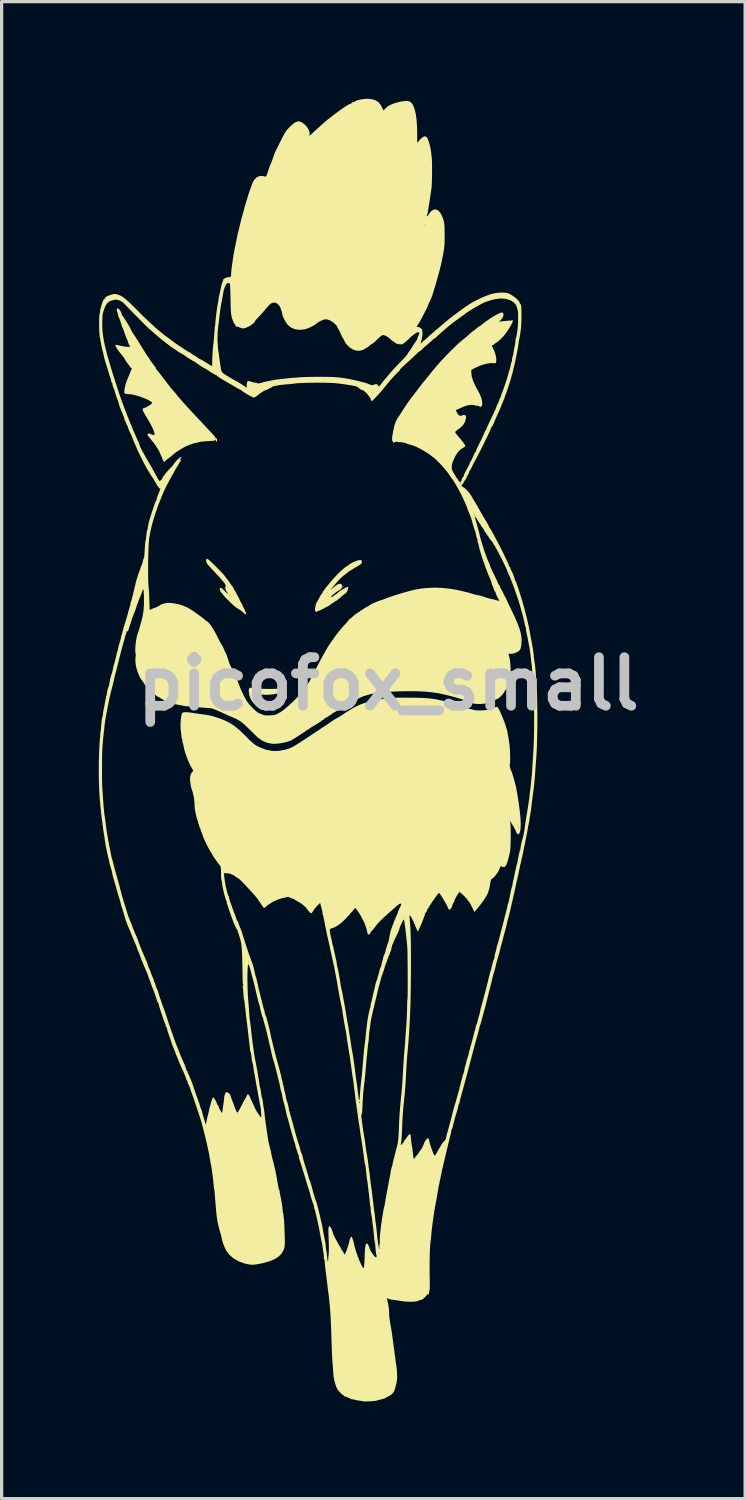
<source format=kicad_pcb>
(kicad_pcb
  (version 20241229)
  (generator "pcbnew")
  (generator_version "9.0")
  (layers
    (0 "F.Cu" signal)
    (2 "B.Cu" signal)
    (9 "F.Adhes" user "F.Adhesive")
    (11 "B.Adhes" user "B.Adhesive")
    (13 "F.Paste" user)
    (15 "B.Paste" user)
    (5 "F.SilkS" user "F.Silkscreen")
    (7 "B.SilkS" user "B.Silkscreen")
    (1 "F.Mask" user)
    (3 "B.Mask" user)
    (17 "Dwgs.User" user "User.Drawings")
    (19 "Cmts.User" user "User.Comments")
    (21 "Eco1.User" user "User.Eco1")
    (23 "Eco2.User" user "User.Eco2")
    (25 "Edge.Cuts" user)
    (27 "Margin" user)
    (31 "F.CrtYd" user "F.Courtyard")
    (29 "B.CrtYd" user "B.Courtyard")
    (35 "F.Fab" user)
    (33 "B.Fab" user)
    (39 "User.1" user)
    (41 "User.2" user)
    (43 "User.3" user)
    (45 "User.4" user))
  (footprint "picofox_small"
    (layer "F.Cu")
    (at 8.946 18.067)
    (property "Reference" "picofox_small" (at 0 0 0) (layer "Dwgs.User") (effects (font (size 1.5 1.5) (thickness 0.3))))
    (attr board_only exclude_from_pos_files exclude_from_bom)
    (fp_poly (pts (xy -5.041 -2.913) (xy -5.051 -2.903) (xy -5.06 -2.913) (xy -5.051 -2.922)) (stroke (width 0) (type solid)) (fill yes) (layer "F.SilkS"))
    (fp_poly (pts (xy -4.153 0.132) (xy -4.124 0.137) (xy -4.06 0.145) (xy -3.97 0.151) (xy -3.863 0.155) (xy -3.749 0.158) (xy -3.635 0.159) (xy -3.532 0.158) (xy -3.449 0.154) (xy -3.394 0.148) (xy -3.388 0.147) (xy -3.336 0.145) (xy -3.305 0.169) (xy -3.29 0.223) (xy -3.289 0.288) (xy -3.313 0.423) (xy -3.373 0.554) (xy -3.466 0.676) (xy -3.56 0.761) (xy -3.627 0.794) (xy -3.717 0.813) (xy -3.815 0.816) (xy -3.907 0.803) (xy -3.953 0.787) (xy -4.023 0.742) (xy -4.1 0.671) (xy -4.177 0.583) (xy -4.244 0.487) (xy -4.251 0.475) (xy -4.293 0.37) (xy -4.298 0.341) (xy -4.189 0.341) (xy -4.175 0.376) (xy -4.143 0.432) (xy -4.137 0.442) (xy -4.055 0.554) (xy -3.966 0.631) (xy -3.89 0.667) (xy -3.85 0.679) (xy -3.832 0.685) (xy -3.814 0.682) (xy -3.768 0.674) (xy -3.725 0.667) (xy -3.617 0.627) (xy -3.517 0.549) (xy -3.425 0.434) (xy -3.419 0.425) (xy -3.391 0.375) (xy -3.384 0.343) (xy -3.396 0.321) (xy -3.435 0.301) (xy -3.46 0.303) (xy -3.555 0.324) (xy -3.666 0.336) (xy -3.784 0.339) (xy -3.897 0.335) (xy -3.997 0.323) (xy -4.073 0.303) (xy -4.098 0.291) (xy -4.134 0.276) (xy -4.164 0.292) (xy -4.171 0.298) (xy -4.187 0.318) (xy -4.189 0.341) (xy -4.298 0.341) (xy -4.31 0.264) (xy -4.314 0.192) (xy -4.306 0.147) (xy -4.281 0.125) (xy -4.232 0.121)) (stroke (width 0) (type solid)) (fill yes) (layer "F.SilkS"))
    (fp_poly (pts (xy -5.58 -3.85) (xy -5.564 -3.842) (xy -5.539 -3.822) (xy -5.493 -3.78) (xy -5.432 -3.722) (xy -5.362 -3.653) (xy -5.288 -3.579) (xy -5.215 -3.504) (xy -5.148 -3.435) (xy -5.094 -3.376) (xy -5.056 -3.333) (xy -5.041 -3.312) (xy -5.041 -3.311) (xy -5.029 -3.289) (xy -4.999 -3.252) (xy -4.992 -3.245) (xy -4.955 -3.199) (xy -4.909 -3.136) (xy -4.88 -3.092) (xy -4.844 -3.038) (xy -4.815 -2.998) (xy -4.801 -2.985) (xy -4.787 -2.962) (xy -4.786 -2.952) (xy -4.773 -2.915) (xy -4.761 -2.899) (xy -4.738 -2.867) (xy -4.708 -2.815) (xy -4.692 -2.785) (xy -4.662 -2.728) (xy -4.637 -2.682) (xy -4.629 -2.667) (xy -4.611 -2.632) (xy -4.587 -2.577) (xy -4.577 -2.555) (xy -4.554 -2.505) (xy -4.533 -2.475) (xy -4.527 -2.471) (xy -4.514 -2.455) (xy -4.511 -2.434) (xy -4.498 -2.388) (xy -4.483 -2.367) (xy -4.465 -2.339) (xy -4.466 -2.327) (xy -4.463 -2.316) (xy -4.454 -2.314) (xy -4.439 -2.304) (xy -4.442 -2.296) (xy -4.439 -2.271) (xy -4.432 -2.265) (xy -4.419 -2.238) (xy -4.421 -2.223) (xy -4.422 -2.205) (xy -4.413 -2.207) (xy -4.396 -2.203) (xy -4.394 -2.19) (xy -4.409 -2.159) (xy -4.423 -2.15) (xy -4.448 -2.151) (xy -4.452 -2.16) (xy -4.468 -2.188) (xy -4.51 -2.228) (xy -4.569 -2.271) (xy -4.614 -2.298) (xy -4.686 -2.343) (xy -4.757 -2.397) (xy -4.835 -2.467) (xy -4.93 -2.56) (xy -4.932 -2.562) (xy -5.009 -2.64) (xy -5.062 -2.696) (xy -5.095 -2.735) (xy -5.096 -2.736) (xy -4.923 -2.736) (xy -4.913 -2.726) (xy -4.903 -2.736) (xy -4.913 -2.746) (xy -4.923 -2.736) (xy -5.096 -2.736) (xy -5.113 -2.761) (xy -5.119 -2.78) (xy -5.119 -2.786) (xy -5.131 -2.798) (xy -5.139 -2.795) (xy -5.156 -2.799) (xy -5.158 -2.813) (xy -5.169 -2.84) (xy -5.178 -2.844) (xy -5.195 -2.855) (xy -5.195 -2.859) (xy -5.199 -2.887) (xy -5.207 -2.91) (xy -5.21 -2.949) (xy -5.196 -2.963) (xy -5.17 -2.963) (xy -5.131 -2.936) (xy -5.076 -2.883) (xy -5.027 -2.834) (xy -4.986 -2.799) (xy -4.962 -2.785) (xy -4.962 -2.785) (xy -4.96 -2.797) (xy -4.981 -2.828) (xy -4.989 -2.837) (xy -5.02 -2.882) (xy -5.031 -2.922) (xy -5.03 -2.926) (xy -5.032 -2.951) (xy -5.047 -2.949) (xy -5.056 -2.949) (xy -5.043 -2.968) (xy -5.03 -2.991) (xy -4.982 -2.991) (xy -4.972 -2.981) (xy -4.962 -2.991) (xy -4.972 -3.001) (xy -4.982 -2.991) (xy -5.03 -2.991) (xy -5.029 -2.994) (xy -5.033 -3.001) (xy -5.036 -3.009) (xy -5.026 -3.017) (xy -5.021 -3.033) (xy -5.036 -3.066) (xy -5.07 -3.116) (xy -5.127 -3.187) (xy -5.207 -3.279) (xy -5.312 -3.394) (xy -5.444 -3.534) (xy -5.465 -3.556) (xy -5.536 -3.633) (xy -5.584 -3.689) (xy -5.612 -3.73) (xy -5.626 -3.765) (xy -5.629 -3.797) (xy -5.627 -3.845) (xy -5.613 -3.861)) (stroke (width 0) (type solid)) (fill yes) (layer "F.SilkS"))
    (fp_poly (pts (xy -0.828 -3.818) (xy -0.829 -3.814) (xy -0.83 -3.789) (xy -0.821 -3.772) (xy -0.816 -3.742) (xy -0.847 -3.703) (xy -0.913 -3.654) (xy -1.016 -3.594) (xy -1.022 -3.591) (xy -1.217 -3.473) (xy -1.389 -3.339) (xy -1.407 -3.322) (xy -1.453 -3.28) (xy -1.486 -3.249) (xy -1.496 -3.24) (xy -1.527 -3.209) (xy -1.575 -3.156) (xy -1.63 -3.094) (xy -1.684 -3.031) (xy -1.728 -2.977) (xy -1.732 -2.972) (xy -1.794 -2.893) (xy -1.712 -2.965) (xy -1.653 -3.013) (xy -1.595 -3.055) (xy -1.569 -3.069) (xy -1.517 -3.087) (xy -1.471 -3.088) (xy -1.442 -3.073) (xy -1.44 -3.048) (xy -1.439 -3.024) (xy -1.431 -3.021) (xy -1.415 -3.005) (xy -1.412 -2.99) (xy -1.422 -2.97) (xy -1.432 -2.972) (xy -1.449 -2.967) (xy -1.451 -2.952) (xy -1.468 -2.92) (xy -1.486 -2.908) (xy -1.542 -2.879) (xy -1.613 -2.832) (xy -1.684 -2.777) (xy -1.741 -2.726) (xy -1.761 -2.703) (xy -1.776 -2.68) (xy -1.76 -2.678) (xy -1.747 -2.681) (xy -1.714 -2.695) (xy -1.706 -2.705) (xy -1.691 -2.721) (xy -1.652 -2.746) (xy -1.638 -2.754) (xy -1.594 -2.781) (xy -1.571 -2.802) (xy -1.569 -2.805) (xy -1.554 -2.822) (xy -1.518 -2.851) (xy -1.471 -2.884) (xy -1.427 -2.912) (xy -1.397 -2.927) (xy -1.393 -2.927) (xy -1.382 -2.932) (xy -1.295 -2.932) (xy -1.285 -2.922) (xy -1.275 -2.932) (xy -1.285 -2.942) (xy -1.295 -2.932) (xy -1.382 -2.932) (xy -1.372 -2.937) (xy -1.353 -2.951) (xy -1.31 -2.978) (xy -1.28 -2.99) (xy -1.249 -2.995) (xy -1.241 -2.977) (xy -1.243 -2.947) (xy -1.255 -2.9) (xy -1.279 -2.848) (xy -1.306 -2.806) (xy -1.329 -2.785) (xy -1.332 -2.785) (xy -1.355 -2.772) (xy -1.402 -2.736) (xy -1.47 -2.679) (xy -1.555 -2.605) (xy -1.556 -2.604) (xy -1.6 -2.57) (xy -1.635 -2.551) (xy -1.642 -2.55) (xy -1.665 -2.539) (xy -1.667 -2.533) (xy -1.683 -2.514) (xy -1.723 -2.492) (xy -1.726 -2.491) (xy -1.766 -2.47) (xy -1.785 -2.451) (xy -1.785 -2.45) (xy -1.801 -2.433) (xy -1.842 -2.408) (xy -1.868 -2.395) (xy -1.934 -2.363) (xy -1.996 -2.33) (xy -2.01 -2.322) (xy -2.079 -2.285) (xy -2.124 -2.264) (xy -2.156 -2.256) (xy -2.167 -2.256) (xy -2.193 -2.245) (xy -2.197 -2.236) (xy -2.209 -2.218) (xy -2.244 -2.229) (xy -2.252 -2.234) (xy -2.269 -2.264) (xy -2.267 -2.324) (xy -2.267 -2.324) (xy -2.25 -2.417) (xy -2.233 -2.481) (xy -2.218 -2.511) (xy -2.204 -2.532) (xy -2.178 -2.578) (xy -2.144 -2.641) (xy -2.138 -2.653) (xy -2.103 -2.716) (xy -2.074 -2.763) (xy -2.056 -2.784) (xy -2.055 -2.785) (xy -2.041 -2.801) (xy -2.04 -2.812) (xy -2.039 -2.815) (xy -1.883 -2.815) (xy -1.873 -2.805) (xy -1.863 -2.815) (xy -1.873 -2.824) (xy -1.883 -2.815) (xy -2.039 -2.815) (xy -2.027 -2.843) (xy -1.997 -2.885) (xy -1.991 -2.891) (xy -1.959 -2.93) (xy -1.942 -2.958) (xy -1.942 -2.961) (xy -1.927 -2.984) (xy -1.926 -2.985) (xy -1.908 -3.002) (xy -1.871 -3.043) (xy -1.824 -3.1) (xy -1.8 -3.128) (xy -1.722 -3.221) (xy -1.637 -3.316) (xy -1.549 -3.407) (xy -1.465 -3.489) (xy -1.389 -3.556) (xy -1.328 -3.604) (xy -1.29 -3.627) (xy -1.259 -3.645) (xy -1.227 -3.672) (xy -1.166 -3.715) (xy -1.082 -3.759) (xy -0.992 -3.796) (xy -0.911 -3.818) (xy -0.897 -3.82) (xy -0.85 -3.822)) (stroke (width 0) (type solid)) (fill yes) (layer "F.SilkS"))
    (fp_poly (pts (xy -8.326 -11.575) (xy -8.29 -11.534) (xy -8.258 -11.48) (xy -8.24 -11.427) (xy -8.238 -11.408) (xy -8.228 -11.378) (xy -8.221 -11.373) (xy -8.203 -11.354) (xy -8.171 -11.309) (xy -8.13 -11.245) (xy -8.083 -11.172) (xy -8.038 -11.097) (xy -7.998 -11.027) (xy -7.969 -10.973) (xy -7.911 -10.86) (xy -7.862 -10.782) (xy -7.849 -10.765) (xy -7.837 -10.749) (xy -7.819 -10.722) (xy -7.792 -10.68) (xy -7.755 -10.621) (xy -7.705 -10.541) (xy -7.64 -10.435) (xy -7.557 -10.302) (xy -7.506 -10.219) (xy -7.467 -10.157) (xy -7.434 -10.11) (xy -7.413 -10.086) (xy -7.411 -10.085) (xy -7.395 -10.062) (xy -7.394 -10.059) (xy -7.383 -10.033) (xy -7.35 -9.982) (xy -7.301 -9.914) (xy -7.239 -9.833) (xy -7.218 -9.807) (xy -7.191 -9.766) (xy -7.179 -9.735) (xy -7.179 -9.735) (xy -7.168 -9.708) (xy -7.164 -9.706) (xy -7.147 -9.688) (xy -7.112 -9.646) (xy -7.064 -9.586) (xy -7.023 -9.532) (xy -6.928 -9.408) (xy -6.854 -9.311) (xy -6.797 -9.237) (xy -6.754 -9.181) (xy -6.721 -9.141) (xy -6.695 -9.11) (xy -6.674 -9.085) (xy -6.661 -9.071) (xy -6.611 -9.015) (xy -6.56 -8.953) (xy -6.554 -8.944) (xy -6.517 -8.896) (xy -6.488 -8.86) (xy -6.482 -8.853) (xy -6.461 -8.83) (xy -6.421 -8.785) (xy -6.368 -8.725) (xy -6.335 -8.688) (xy -6.262 -8.606) (xy -6.182 -8.518) (xy -6.091 -8.42) (xy -5.987 -8.307) (xy -5.863 -8.175) (xy -5.718 -8.02) (xy -5.678 -7.978) (xy -5.573 -7.866) (xy -5.491 -7.779) (xy -5.431 -7.713) (xy -5.388 -7.666) (xy -5.362 -7.633) (xy -5.347 -7.612) (xy -5.343 -7.599) (xy -5.345 -7.591) (xy -5.345 -7.591) (xy -5.341 -7.58) (xy -5.326 -7.583) (xy -5.302 -7.581) (xy -5.296 -7.553) (xy -5.295 -7.513) (xy -5.294 -7.498) (xy -5.308 -7.48) (xy -5.317 -7.476) (xy -5.333 -7.482) (xy -5.329 -7.514) (xy -5.323 -7.545) (xy -5.332 -7.542) (xy -5.341 -7.531) (xy -5.367 -7.514) (xy -5.417 -7.504) (xy -5.498 -7.499) (xy -5.521 -7.499) (xy -5.779 -7.478) (xy -6.021 -7.424) (xy -6.237 -7.342) (xy -6.328 -7.295) (xy -6.425 -7.238) (xy -6.519 -7.178) (xy -6.6 -7.121) (xy -6.658 -7.073) (xy -6.669 -7.062) (xy -6.688 -7.045) (xy -6.73 -7.012) (xy -6.786 -6.97) (xy -6.79 -6.966) (xy -6.846 -6.922) (xy -6.888 -6.886) (xy -6.908 -6.865) (xy -6.908 -6.864) (xy -6.926 -6.856) (xy -6.936 -6.861) (xy -6.953 -6.885) (xy -6.977 -6.936) (xy -7.002 -7.002) (xy -7.085 -7.19) (xy -7.205 -7.382) (xy -7.329 -7.54) (xy -7.388 -7.611) (xy -7.424 -7.658) (xy -7.439 -7.689) (xy -7.439 -7.709) (xy -7.431 -7.718) (xy -7.408 -7.732) (xy -7.377 -7.729) (xy -7.328 -7.707) (xy -7.278 -7.687) (xy -7.241 -7.68) (xy -7.234 -7.681) (xy -7.222 -7.712) (xy -7.234 -7.773) (xy -7.27 -7.864) (xy -7.33 -7.987) (xy -7.415 -8.14) (xy -7.488 -8.263) (xy -7.543 -8.358) (xy -7.578 -8.424) (xy -7.593 -8.469) (xy -7.589 -8.496) (xy -7.568 -8.511) (xy -7.537 -8.518) (xy -7.504 -8.53) (xy -7.454 -8.557) (xy -7.398 -8.591) (xy -7.346 -8.625) (xy -7.309 -8.654) (xy -7.297 -8.669) (xy -7.315 -8.699) (xy -7.365 -8.735) (xy -7.44 -8.775) (xy -7.532 -8.816) (xy -7.634 -8.855) (xy -7.741 -8.89) (xy -7.844 -8.919) (xy -7.937 -8.938) (xy -8.011 -8.944) (xy -8.072 -8.949) (xy -8.117 -8.957) (xy -8.143 -8.966) (xy -8.155 -8.984) (xy -8.157 -9.02) (xy -8.151 -9.085) (xy -8.122 -9.238) (xy -8.072 -9.383) (xy -8.062 -9.405) (xy -8.039 -9.457) (xy -8.011 -9.524) (xy -7.981 -9.598) (xy -7.955 -9.666) (xy -7.934 -9.721) (xy -7.924 -9.751) (xy -7.924 -9.754) (xy -7.936 -9.761) (xy -7.944 -9.758) (xy -7.965 -9.763) (xy -7.977 -9.781) (xy -7.994 -9.816) (xy -8.003 -9.827) (xy -8.022 -9.848) (xy -8.053 -9.89) (xy -8.09 -9.943) (xy -8.125 -9.995) (xy -8.15 -10.036) (xy -8.159 -10.054) (xy -8.171 -10.075) (xy -8.201 -10.115) (xy -8.223 -10.142) (xy -8.318 -10.259) (xy -8.384 -10.35) (xy -8.422 -10.416) (xy -8.432 -10.457) (xy -8.427 -10.468) (xy -8.405 -10.468) (xy -8.357 -10.458) (xy -8.313 -10.447) (xy -8.232 -10.429) (xy -8.139 -10.414) (xy -8.084 -10.409) (xy -8.018 -10.404) (xy -7.984 -10.405) (xy -7.976 -10.414) (xy -7.987 -10.43) (xy -7.988 -10.431) (xy -8.01 -10.47) (xy -8.034 -10.528) (xy -8.042 -10.552) (xy -8.061 -10.61) (xy -8.079 -10.652) (xy -8.084 -10.662) (xy -8.097 -10.69) (xy -8.118 -10.744) (xy -8.143 -10.816) (xy -8.151 -10.838) (xy -8.176 -10.912) (xy -8.199 -10.972) (xy -8.215 -11.009) (xy -8.218 -11.013) (xy -8.235 -11.047) (xy -8.245 -11.086) (xy -8.261 -11.142) (xy -8.276 -11.178) (xy -8.288 -11.209) (xy -8.285 -11.219) (xy -8.285 -11.233) (xy -8.304 -11.266) (xy -8.331 -11.319) (xy -8.344 -11.36) (xy -8.357 -11.417) (xy -8.366 -11.455) (xy -8.384 -11.525) (xy -8.391 -11.566) (xy -8.388 -11.586) (xy -8.373 -11.591) (xy -8.358 -11.592)) (stroke (width 0) (type solid)) (fill yes) (layer "F.SilkS"))
    (fp_poly (pts (xy -0.514 -18.055) (xy -0.395 -18.018) (xy -0.302 -17.955) (xy -0.229 -17.862) (xy -0.204 -17.812) (xy -0.154 -17.703) (xy -0.099 -17.765) (xy -0.019 -17.834) (xy 0.094 -17.894) (xy 0.231 -17.944) (xy 0.385 -17.981) (xy 0.494 -17.996) (xy 0.593 -17.998) (xy 0.667 -17.977) (xy 0.723 -17.928) (xy 0.769 -17.849) (xy 0.812 -17.733) (xy 0.845 -17.59) (xy 0.868 -17.417) (xy 0.883 -17.21) (xy 0.888 -16.969) (xy 0.888 -16.888) (xy 0.888 -16.796) (xy 0.891 -16.739) (xy 0.896 -16.713) (xy 0.905 -16.713) (xy 0.909 -16.719) (xy 0.953 -16.781) (xy 1.006 -16.838) (xy 1.06 -16.883) (xy 1.104 -16.906) (xy 1.114 -16.907) (xy 1.157 -16.899) (xy 1.191 -16.871) (xy 1.22 -16.817) (xy 1.246 -16.739) (xy 1.268 -16.666) (xy 1.284 -16.602) (xy 1.298 -16.539) (xy 1.31 -16.468) (xy 1.322 -16.377) (xy 1.336 -16.257) (xy 1.337 -16.25) (xy 1.342 -16.181) (xy 1.345 -16.084) (xy 1.347 -15.966) (xy 1.347 -15.836) (xy 1.346 -15.702) (xy 1.343 -15.573) (xy 1.339 -15.456) (xy 1.334 -15.359) (xy 1.327 -15.291) (xy 1.326 -15.279) (xy 1.318 -15.23) (xy 1.308 -15.163) (xy 1.303 -15.132) (xy 1.285 -15.003) (xy 1.267 -14.889) (xy 1.253 -14.799) (xy 1.242 -14.74) (xy 1.235 -14.696) (xy 1.226 -14.634) (xy 1.223 -14.613) (xy 1.213 -14.551) (xy 1.199 -14.502) (xy 1.195 -14.491) (xy 1.178 -14.449) (xy 1.182 -14.434) (xy 1.202 -14.444) (xy 1.231 -14.479) (xy 1.245 -14.5) (xy 1.311 -14.589) (xy 1.381 -14.639) (xy 1.453 -14.652) (xy 1.523 -14.627) (xy 1.589 -14.565) (xy 1.646 -14.465) (xy 1.678 -14.389) (xy 1.702 -14.319) (xy 1.718 -14.247) (xy 1.728 -14.164) (xy 1.734 -14.062) (xy 1.735 -13.932) (xy 1.735 -13.877) (xy 1.735 -13.739) (xy 1.733 -13.628) (xy 1.728 -13.533) (xy 1.719 -13.445) (xy 1.706 -13.353) (xy 1.687 -13.248) (xy 1.66 -13.118) (xy 1.647 -13.053) (xy 1.618 -12.925) (xy 1.579 -12.77) (xy 1.534 -12.601) (xy 1.485 -12.428) (xy 1.437 -12.263) (xy 1.42 -12.21) (xy 1.396 -12.132) (xy 1.377 -12.07) (xy 1.366 -12.031) (xy 1.364 -12.023) (xy 1.354 -11.992) (xy 1.335 -11.942) (xy 1.312 -11.886) (xy 1.29 -11.838) (xy 1.276 -11.81) (xy 1.274 -11.808) (xy 1.26 -11.784) (xy 1.242 -11.738) (xy 1.236 -11.719) (xy 1.215 -11.666) (xy 1.179 -11.588) (xy 1.132 -11.493) (xy 1.08 -11.391) (xy 1.026 -11.29) (xy 0.976 -11.199) (xy 0.933 -11.127) (xy 0.92 -11.106) (xy 0.864 -11.023) (xy 0.909 -11.023) (xy 0.951 -11.011) (xy 0.997 -10.982) (xy 1.032 -10.948) (xy 1.042 -10.929) (xy 1.051 -10.776) (xy 1.028 -10.642) (xy 1.021 -10.619) (xy 1.001 -10.553) (xy 0.997 -10.519) (xy 1.01 -10.518) (xy 1.04 -10.552) (xy 1.066 -10.582) (xy 1.082 -10.592) (xy 1.105 -10.604) (xy 1.142 -10.635) (xy 1.154 -10.645) (xy 1.274 -10.757) (xy 1.408 -10.874) (xy 1.491 -10.945) (xy 1.557 -11) (xy 1.638 -11.069) (xy 1.718 -11.137) (xy 1.735 -11.151) (xy 1.809 -11.213) (xy 1.902 -11.288) (xy 2 -11.364) (xy 2.069 -11.416) (xy 2.162 -11.486) (xy 2.236 -11.54) (xy 2.302 -11.587) (xy 2.372 -11.636) (xy 2.458 -11.695) (xy 2.482 -11.711) (xy 2.572 -11.767) (xy 2.685 -11.828) (xy 2.811 -11.89) (xy 2.94 -11.949) (xy 3.061 -11.998) (xy 3.163 -12.034) (xy 3.196 -12.043) (xy 3.334 -12.07) (xy 3.471 -12.082) (xy 3.595 -12.079) (xy 3.687 -12.063) (xy 3.745 -12.039) (xy 3.813 -11.999) (xy 3.883 -11.95) (xy 3.949 -11.897) (xy 4.004 -11.845) (xy 4.04 -11.802) (xy 4.051 -11.771) (xy 4.049 -11.767) (xy 4.052 -11.75) (xy 4.058 -11.749) (xy 4.076 -11.732) (xy 4.094 -11.691) (xy 4.095 -11.685) (xy 4.101 -11.643) (xy 4.105 -11.571) (xy 4.107 -11.477) (xy 4.107 -11.37) (xy 4.106 -11.259) (xy 4.103 -11.152) (xy 4.099 -11.059) (xy 4.094 -10.988) (xy 4.091 -10.964) (xy 4.081 -10.899) (xy 4.071 -10.824) (xy 4.069 -10.807) (xy 4.058 -10.734) (xy 4.044 -10.664) (xy 4.04 -10.65) (xy 4.028 -10.589) (xy 4.016 -10.512) (xy 4.012 -10.479) (xy 4.001 -10.396) (xy 3.986 -10.31) (xy 3.981 -10.283) (xy 3.965 -10.203) (xy 3.948 -10.116) (xy 3.943 -10.091) (xy 3.919 -9.975) (xy 3.889 -9.842) (xy 3.855 -9.704) (xy 3.821 -9.568) (xy 3.788 -9.445) (xy 3.758 -9.343) (xy 3.737 -9.277) (xy 3.716 -9.218) (xy 3.692 -9.143) (xy 3.678 -9.101) (xy 3.654 -9.028) (xy 3.629 -8.961) (xy 3.617 -8.931) (xy 3.598 -8.883) (xy 3.589 -8.849) (xy 3.589 -8.848) (xy 3.581 -8.813) (xy 3.571 -8.792) (xy 3.556 -8.757) (xy 3.531 -8.698) (xy 3.502 -8.627) (xy 3.5 -8.62) (xy 3.466 -8.538) (xy 3.423 -8.437) (xy 3.378 -8.337) (xy 3.364 -8.306) (xy 3.324 -8.218) (xy 3.286 -8.131) (xy 3.256 -8.06) (xy 3.247 -8.037) (xy 3.224 -7.984) (xy 3.203 -7.95) (xy 3.194 -7.944) (xy 3.178 -7.928) (xy 3.177 -7.92) (xy 3.169 -7.892) (xy 3.144 -7.834) (xy 3.107 -7.751) (xy 3.059 -7.65) (xy 3.003 -7.534) (xy 2.942 -7.409) (xy 2.878 -7.281) (xy 2.813 -7.154) (xy 2.751 -7.034) (xy 2.693 -6.925) (xy 2.643 -6.834) (xy 2.633 -6.816) (xy 2.61 -6.774) (xy 2.598 -6.748) (xy 2.598 -6.747) (xy 2.587 -6.717) (xy 2.565 -6.672) (xy 2.539 -6.623) (xy 2.516 -6.586) (xy 2.506 -6.574) (xy 2.493 -6.551) (xy 2.491 -6.532) (xy 2.479 -6.493) (xy 2.452 -6.448) (xy 2.424 -6.405) (xy 2.413 -6.37) (xy 2.413 -6.37) (xy 2.4 -6.337) (xy 2.373 -6.301) (xy 2.345 -6.265) (xy 2.334 -6.241) (xy 2.322 -6.215) (xy 2.295 -6.178) (xy 2.263 -6.135) (xy 2.262 -6.107) (xy 2.295 -6.081) (xy 2.312 -6.072) (xy 2.369 -6.03) (xy 2.436 -5.965) (xy 2.504 -5.885) (xy 2.562 -5.801) (xy 2.589 -5.754) (xy 2.626 -5.687) (xy 2.663 -5.624) (xy 2.679 -5.6) (xy 2.708 -5.555) (xy 2.747 -5.488) (xy 2.79 -5.411) (xy 2.805 -5.384) (xy 2.855 -5.293) (xy 2.916 -5.187) (xy 2.976 -5.085) (xy 2.994 -5.056) (xy 3.038 -4.983) (xy 3.073 -4.922) (xy 3.094 -4.881) (xy 3.099 -4.869) (xy 3.109 -4.843) (xy 3.133 -4.806) (xy 3.164 -4.759) (xy 3.206 -4.685) (xy 3.258 -4.591) (xy 3.317 -4.482) (xy 3.38 -4.361) (xy 3.445 -4.235) (xy 3.509 -4.109) (xy 3.569 -3.987) (xy 3.623 -3.874) (xy 3.669 -3.777) (xy 3.704 -3.699) (xy 3.725 -3.646) (xy 3.73 -3.624) (xy 3.741 -3.609) (xy 3.746 -3.609) (xy 3.763 -3.593) (xy 3.766 -3.574) (xy 3.774 -3.533) (xy 3.782 -3.52) (xy 3.802 -3.487) (xy 3.828 -3.43) (xy 3.857 -3.362) (xy 3.882 -3.294) (xy 3.899 -3.241) (xy 3.903 -3.217) (xy 3.912 -3.183) (xy 3.922 -3.174) (xy 3.941 -3.152) (xy 3.949 -3.128) (xy 3.961 -3.08) (xy 3.968 -3.06) (xy 4.001 -2.972) (xy 4.041 -2.853) (xy 4.085 -2.711) (xy 4.132 -2.554) (xy 4.18 -2.387) (xy 4.225 -2.22) (xy 4.266 -2.06) (xy 4.284 -1.986) (xy 4.316 -1.848) (xy 4.342 -1.725) (xy 4.367 -1.596) (xy 4.376 -1.54) (xy 4.388 -1.474) (xy 4.398 -1.423) (xy 4.402 -1.402) (xy 4.408 -1.373) (xy 4.418 -1.319) (xy 4.424 -1.285) (xy 4.434 -1.227) (xy 4.441 -1.187) (xy 4.443 -1.177) (xy 4.455 -1.116) (xy 4.468 -1.032) (xy 4.48 -0.94) (xy 4.483 -0.912) (xy 4.493 -0.809) (xy 4.502 -0.736) (xy 4.509 -0.681) (xy 4.516 -0.635) (xy 4.52 -0.612) (xy 4.528 -0.557) (xy 4.536 -0.482) (xy 4.542 -0.415) (xy 4.549 -0.326) (xy 4.556 -0.232) (xy 4.561 -0.177) (xy 4.574 0.01) (xy 4.584 0.228) (xy 4.592 0.47) (xy 4.596 0.73) (xy 4.598 1) (xy 4.598 1.272) (xy 4.594 1.54) (xy 4.588 1.796) (xy 4.58 2.033) (xy 4.568 2.243) (xy 4.559 2.363) (xy 4.553 2.44) (xy 4.546 2.53) (xy 4.539 2.623) (xy 4.534 2.706) (xy 4.53 2.768) (xy 4.529 2.785) (xy 4.526 2.825) (xy 4.52 2.892) (xy 4.512 2.977) (xy 4.504 3.067) (xy 4.495 3.153) (xy 4.487 3.223) (xy 4.482 3.266) (xy 4.464 3.395) (xy 4.448 3.521) (xy 4.433 3.635) (xy 4.421 3.731) (xy 4.413 3.803) (xy 4.409 3.843) (xy 4.409 3.844) (xy 4.405 3.88) (xy 4.396 3.938) (xy 4.39 3.972) (xy 4.377 4.046) (xy 4.366 4.116) (xy 4.363 4.139) (xy 4.357 4.183) (xy 4.35 4.225) (xy 4.339 4.281) (xy 4.324 4.354) (xy 4.313 4.412) (xy 4.305 4.463) (xy 4.298 4.505) (xy 4.284 4.579) (xy 4.265 4.675) (xy 4.243 4.788) (xy 4.219 4.908) (xy 4.195 5.029) (xy 4.171 5.143) (xy 4.15 5.242) (xy 4.134 5.319) (xy 4.128 5.346) (xy 4.111 5.418) (xy 4.098 5.481) (xy 4.091 5.513) (xy 4.084 5.549) (xy 4.08 5.561) (xy 4.074 5.577) (xy 4.068 5.607) (xy 4.058 5.66) (xy 4.04 5.743) (xy 4.018 5.847) (xy 3.992 5.964) (xy 3.972 6.051) (xy 3.954 6.136) (xy 3.935 6.219) (xy 3.923 6.276) (xy 3.912 6.33) (xy 3.903 6.373) (xy 3.894 6.414) (xy 3.883 6.461) (xy 3.869 6.522) (xy 3.85 6.605) (xy 3.824 6.718) (xy 3.801 6.816) (xy 3.778 6.918) (xy 3.758 7.005) (xy 3.754 7.022) (xy 3.733 7.109) (xy 3.71 7.199) (xy 3.695 7.252) (xy 3.676 7.319) (xy 3.662 7.376) (xy 3.658 7.399) (xy 3.651 7.437) (xy 3.635 7.501) (xy 3.614 7.582) (xy 3.601 7.63) (xy 3.577 7.716) (xy 3.557 7.792) (xy 3.543 7.847) (xy 3.539 7.865) (xy 3.528 7.908) (xy 3.51 7.975) (xy 3.489 8.05) (xy 3.489 8.051) (xy 3.468 8.127) (xy 3.451 8.194) (xy 3.44 8.237) (xy 3.44 8.238) (xy 3.429 8.287) (xy 3.41 8.352) (xy 3.403 8.375) (xy 3.376 8.467) (xy 3.348 8.567) (xy 3.324 8.661) (xy 3.306 8.737) (xy 3.302 8.758) (xy 3.29 8.81) (xy 3.27 8.88) (xy 3.256 8.924) (xy 3.234 8.996) (xy 3.216 9.061) (xy 3.21 9.091) (xy 3.199 9.142) (xy 3.182 9.214) (xy 3.168 9.268) (xy 3.15 9.335) (xy 3.13 9.415) (xy 3.105 9.514) (xy 3.074 9.638) (xy 3.036 9.793) (xy 3.03 9.817) (xy 3.009 9.901) (xy 2.986 9.989) (xy 2.974 10.033) (xy 2.954 10.103) (xy 2.931 10.188) (xy 2.907 10.277) (xy 2.884 10.36) (xy 2.866 10.428) (xy 2.855 10.47) (xy 2.854 10.474) (xy 2.842 10.514) (xy 2.828 10.552) (xy 2.814 10.592) (xy 2.809 10.611) (xy 2.801 10.65) (xy 2.783 10.724) (xy 2.755 10.829) (xy 2.723 10.945) (xy 2.699 11.031) (xy 2.678 11.106) (xy 2.663 11.159) (xy 2.658 11.18) (xy 2.649 11.214) (xy 2.63 11.286) (xy 2.602 11.394) (xy 2.564 11.537) (xy 2.517 11.714) (xy 2.462 11.925) (xy 2.441 12.004) (xy 2.391 12.191) (xy 2.349 12.347) (xy 2.314 12.476) (xy 2.283 12.586) (xy 2.256 12.683) (xy 2.243 12.729) (xy 2.223 12.801) (xy 2.208 12.867) (xy 2.202 12.896) (xy 2.186 12.959) (xy 2.166 13.006) (xy 2.15 13.046) (xy 2.149 13.067) (xy 2.147 13.089) (xy 2.135 13.138) (xy 2.115 13.206) (xy 2.107 13.231) (xy 2.054 13.408) (xy 2.007 13.587) (xy 1.989 13.669) (xy 1.971 13.725) (xy 1.957 13.757) (xy 1.942 13.791) (xy 1.939 13.803) (xy 1.938 13.826) (xy 1.928 13.878) (xy 1.911 13.95) (xy 1.903 13.985) (xy 1.891 14.03) (xy 1.873 14.106) (xy 1.848 14.206) (xy 1.82 14.323) (xy 1.79 14.45) (xy 1.759 14.579) (xy 1.73 14.704) (xy 1.703 14.816) (xy 1.689 14.877) (xy 1.667 14.97) (xy 1.647 15.061) (xy 1.632 15.135) (xy 1.628 15.152) (xy 1.615 15.22) (xy 1.602 15.28) (xy 1.598 15.299) (xy 1.585 15.359) (xy 1.578 15.397) (xy 1.565 15.457) (xy 1.557 15.495) (xy 1.545 15.553) (xy 1.537 15.601) (xy 1.531 15.643) (xy 1.518 15.716) (xy 1.502 15.811) (xy 1.483 15.918) (xy 1.462 16.03) (xy 1.442 16.138) (xy 1.432 16.191) (xy 1.425 16.233) (xy 1.416 16.285) (xy 1.406 16.353) (xy 1.393 16.442) (xy 1.377 16.558) (xy 1.357 16.704) (xy 1.343 16.809) (xy 1.338 16.852) (xy 1.332 16.92) (xy 1.324 17.001) (xy 1.323 17.015) (xy 1.316 17.094) (xy 1.309 17.161) (xy 1.303 17.204) (xy 1.303 17.209) (xy 1.294 17.278) (xy 1.286 17.38) (xy 1.28 17.509) (xy 1.275 17.659) (xy 1.272 17.824) (xy 1.271 17.998) (xy 1.271 18.174) (xy 1.273 18.348) (xy 1.277 18.496) (xy 1.277 18.585) (xy 1.273 18.672) (xy 1.264 18.75) (xy 1.252 18.814) (xy 1.239 18.857) (xy 1.226 18.872) (xy 1.214 18.858) (xy 1.203 18.834) (xy 1.198 18.847) (xy 1.198 18.852) (xy 1.184 18.879) (xy 1.15 18.919) (xy 1.106 18.963) (xy 1.063 19) (xy 1.03 19.02) (xy 1.022 19.022) (xy 1.001 19.024) (xy 0.957 19.039) (xy 0.885 19.067) (xy 0.84 19.076) (xy 0.766 19.081) (xy 0.676 19.083) (xy 0.58 19.08) (xy 0.488 19.074) (xy 0.412 19.064) (xy 0.412 19.064) (xy 0.332 19.051) (xy 0.249 19.038) (xy 0.235 19.036) (xy 0.133 19.022) (xy 0.064 19.011) (xy 0.021 19.002) (xy -0.002 18.993) (xy -0.011 18.985) (xy -0.03 18.963) (xy -0.039 18.976) (xy -0.036 19.021) (xy -0.023 19.093) (xy -0.017 19.119) (xy 0.001 19.213) (xy 0.015 19.314) (xy 0.02 19.398) (xy 0.021 19.47) (xy 0.027 19.545) (xy 0.037 19.632) (xy 0.053 19.737) (xy 0.076 19.87) (xy 0.09 19.947) (xy 0.097 19.993) (xy 0.107 20.061) (xy 0.116 20.124) (xy 0.134 20.251) (xy 0.152 20.388) (xy 0.171 20.526) (xy 0.188 20.659) (xy 0.204 20.777) (xy 0.217 20.873) (xy 0.225 20.939) (xy 0.226 20.948) (xy 0.234 21.009) (xy 0.242 21.052) (xy 0.245 21.065) (xy 0.249 21.088) (xy 0.254 21.141) (xy 0.26 21.215) (xy 0.264 21.271) (xy 0.269 21.379) (xy 0.266 21.467) (xy 0.255 21.552) (xy 0.236 21.644) (xy 0.206 21.758) (xy 0.176 21.841) (xy 0.141 21.901) (xy 0.094 21.947) (xy 0.032 21.986) (xy 0.01 21.997) (xy -0.04 22.023) (xy -0.073 22.044) (xy -0.078 22.049) (xy -0.101 22.06) (xy -0.146 22.076) (xy -0.2 22.092) (xy -0.246 22.103) (xy -0.26 22.105) (xy -0.286 22.112) (xy -0.333 22.127) (xy -0.35 22.133) (xy -0.392 22.142) (xy -0.458 22.15) (xy -0.539 22.157) (xy -0.623 22.161) (xy -0.702 22.163) (xy -0.765 22.161) (xy -0.802 22.157) (xy -0.807 22.154) (xy -0.829 22.148) (xy -0.877 22.14) (xy -0.922 22.134) (xy -0.988 22.124) (xy -1.041 22.111) (xy -1.061 22.104) (xy -1.093 22.094) (xy -1.104 22.097) (xy -1.127 22.098) (xy -1.15 22.088) (xy -1.209 22.06) (xy -1.271 22.033) (xy -1.323 22.014) (xy -1.351 22.007) (xy -1.372 21.993) (xy -1.373 21.987) (xy -1.388 21.969) (xy -1.395 21.968) (xy -1.421 21.954) (xy -1.46 21.92) (xy -1.475 21.904) (xy -1.517 21.856) (xy -1.553 21.817) (xy -1.56 21.809) (xy -1.588 21.765) (xy -1.618 21.693) (xy -1.647 21.604) (xy -1.672 21.511) (xy -1.69 21.423) (xy -1.697 21.369) (xy -1.703 21.284) (xy -1.71 21.185) (xy -1.716 21.114) (xy -1.726 20.989) (xy -1.734 20.876) (xy -1.741 20.764) (xy -1.746 20.643) (xy -1.751 20.501) (xy -1.755 20.369) (xy -1.765 20.067) (xy -1.775 19.804) (xy -1.786 19.576) (xy -1.797 19.383) (xy -1.81 19.224) (xy -1.815 19.173) (xy -1.823 19.091) (xy -1.83 19.016) (xy -1.835 18.967) (xy -1.842 18.899) (xy -1.851 18.839) (xy -1.86 18.774) (xy -1.872 18.681) (xy -1.885 18.573) (xy -1.895 18.486) (xy -1.903 18.418) (xy -1.911 18.355) (xy -1.912 18.349) (xy -1.919 18.291) (xy -1.928 18.22) (xy -1.93 18.202) (xy -1.939 18.128) (xy -1.95 18.042) (xy -1.954 18.006) (xy -1.962 17.931) (xy -1.967 17.862) (xy -1.967 17.834) (xy -1.972 17.791) (xy -1.984 17.77) (xy -1.986 17.77) (xy -1.997 17.755) (xy -1.995 17.733) (xy -1.993 17.691) (xy -1.998 17.63) (xy -2.003 17.6) (xy -2.017 17.518) (xy -2.029 17.43) (xy -2.032 17.407) (xy -2.042 17.333) (xy -2.055 17.262) (xy -2.06 17.241) (xy -2.071 17.193) (xy -2.086 17.118) (xy -2.104 17.027) (xy -2.117 16.956) (xy -2.159 16.737) (xy -2.206 16.522) (xy -2.238 16.387) (xy -2.252 16.329) (xy -2.262 16.282) (xy -2.263 16.275) (xy -2.274 16.238) (xy -2.281 16.228) (xy -2.292 16.199) (xy -2.295 16.168) (xy -2.302 16.116) (xy -2.312 16.088) (xy -2.33 16.045) (xy -2.353 15.978) (xy -2.379 15.9) (xy -2.401 15.825) (xy -2.417 15.766) (xy -2.42 15.75) (xy -2.434 15.692) (xy -2.448 15.652) (xy -2.462 15.613) (xy -2.483 15.547) (xy -2.509 15.464) (xy -2.529 15.397) (xy -2.568 15.268) (xy -2.607 15.137) (xy -2.646 15.012) (xy -2.681 14.899) (xy -2.711 14.803) (xy -2.734 14.733) (xy -2.748 14.695) (xy -2.762 14.639) (xy -2.766 14.605) (xy -2.771 14.564) (xy -2.779 14.546) (xy -2.796 14.516) (xy -2.797 14.509) (xy -2.806 14.478) (xy -2.823 14.424) (xy -2.841 14.372) (xy -2.861 14.313) (xy -2.872 14.272) (xy -2.873 14.259) (xy -2.874 14.243) (xy -2.887 14.201) (xy -2.895 14.176) (xy -2.916 14.117) (xy -2.93 14.068) (xy -2.933 14.057) (xy -2.944 14.014) (xy -2.961 13.96) (xy -2.961 13.959) (xy -2.973 13.921) (xy -2.992 13.854) (xy -3.016 13.768) (xy -3.042 13.672) (xy -3.068 13.575) (xy -3.092 13.488) (xy -3.108 13.426) (xy -3.119 13.391) (xy -3.125 13.377) (xy -3.138 13.334) (xy -3.146 13.298) (xy -3.162 13.22) (xy -3.183 13.129) (xy -3.205 13.037) (xy -3.225 12.961) (xy -3.236 12.926) (xy -3.272 12.777) (xy -3.284 12.7) (xy -3.293 12.655) (xy -3.31 12.597) (xy -3.312 12.59) (xy -3.33 12.525) (xy -3.343 12.464) (xy -3.343 12.461) (xy -3.351 12.415) (xy -3.367 12.344) (xy -3.386 12.262) (xy -3.393 12.237) (xy -3.415 12.149) (xy -3.436 12.062) (xy -3.453 11.995) (xy -3.455 11.984) (xy -3.47 11.924) (xy -3.483 11.877) (xy -3.486 11.866) (xy -3.499 11.822) (xy -3.504 11.798) (xy -3.513 11.759) (xy -3.531 11.697) (xy -3.549 11.641) (xy -3.571 11.568) (xy -3.59 11.5) (xy -3.598 11.464) (xy -3.608 11.413) (xy -3.624 11.341) (xy -3.636 11.288) (xy -3.656 11.206) (xy -3.678 11.108) (xy -3.698 11.023) (xy -3.731 10.878) (xy -3.76 10.756) (xy -3.79 10.641) (xy -3.823 10.519) (xy -3.847 10.435) (xy -3.861 10.38) (xy -3.869 10.339) (xy -3.87 10.337) (xy -3.88 10.304) (xy -3.886 10.297) (xy -3.896 10.275) (xy -3.911 10.223) (xy -3.93 10.153) (xy -3.95 10.072) (xy -3.968 9.99) (xy -3.973 9.964) (xy -3.986 9.914) (xy -3.995 9.885) (xy -4.004 9.862) (xy -4.013 9.834) (xy -4.024 9.792) (xy -4.039 9.727) (xy -4.05 9.679) (xy -4.06 9.637) (xy -4.075 9.575) (xy -4.081 9.552) (xy -4.096 9.489) (xy -4.108 9.437) (xy -4.11 9.424) (xy -4.121 9.376) (xy -4.139 9.302) (xy -4.161 9.215) (xy -4.185 9.125) (xy -4.206 9.047) (xy -4.222 8.994) (xy -4.237 8.94) (xy -4.246 8.902) (xy -4.247 8.896) (xy -4.253 8.862) (xy -4.268 8.811) (xy -4.286 8.753) (xy -4.305 8.701) (xy -4.32 8.665) (xy -4.327 8.655) (xy -4.337 8.685) (xy -4.345 8.748) (xy -4.35 8.839) (xy -4.354 8.952) (xy -4.355 9.082) (xy -4.354 9.223) (xy -4.351 9.37) (xy -4.346 9.516) (xy -4.339 9.657) (xy -4.33 9.786) (xy -4.326 9.827) (xy -4.32 9.898) (xy -4.313 9.991) (xy -4.306 10.089) (xy -4.304 10.114) (xy -4.298 10.199) (xy -4.292 10.274) (xy -4.287 10.327) (xy -4.286 10.339) (xy -4.271 10.442) (xy -4.261 10.52) (xy -4.253 10.584) (xy -4.247 10.641) (xy -4.234 10.762) (xy -4.219 10.894) (xy -4.203 11.023) (xy -4.189 11.137) (xy -4.178 11.209) (xy -4.166 11.289) (xy -4.156 11.367) (xy -4.151 11.405) (xy -4.143 11.455) (xy -4.13 11.533) (xy -4.112 11.628) (xy -4.092 11.729) (xy -4.092 11.729) (xy -4.072 11.833) (xy -4.054 11.932) (xy -4.039 12.016) (xy -4.031 12.071) (xy -4.022 12.129) (xy -4.015 12.17) (xy -4.011 12.18) (xy -4.006 12.204) (xy -3.998 12.256) (xy -3.991 12.318) (xy -3.982 12.388) (xy -3.971 12.446) (xy -3.962 12.474) (xy -3.952 12.508) (xy -3.942 12.568) (xy -3.934 12.629) (xy -3.925 12.699) (xy -3.914 12.757) (xy -3.905 12.786) (xy -3.894 12.821) (xy -3.882 12.882) (xy -3.874 12.945) (xy -3.866 13.012) (xy -3.859 13.061) (xy -3.854 13.082) (xy -3.849 13.104) (xy -3.841 13.158) (xy -3.83 13.246) (xy -3.816 13.371) (xy -3.814 13.396) (xy -3.804 13.472) (xy -3.791 13.57) (xy -3.773 13.695) (xy -3.757 13.808) (xy -3.75 13.852) (xy -3.74 13.92) (xy -3.728 13.998) (xy -3.728 14.004) (xy -3.714 14.089) (xy -3.698 14.17) (xy -3.685 14.23) (xy -3.685 14.23) (xy -3.67 14.284) (xy -3.66 14.322) (xy -3.659 14.328) (xy -3.65 14.361) (xy -3.641 14.397) (xy -3.627 14.456) (xy -3.621 14.495) (xy -3.609 14.559) (xy -3.586 14.655) (xy -3.553 14.778) (xy -3.55 14.789) (xy -3.534 14.851) (xy -3.522 14.905) (xy -3.521 14.907) (xy -3.511 14.958) (xy -3.496 15.023) (xy -3.493 15.034) (xy -3.478 15.105) (xy -3.464 15.175) (xy -3.463 15.181) (xy -3.452 15.241) (xy -3.439 15.317) (xy -3.431 15.358) (xy -3.418 15.433) (xy -3.407 15.503) (xy -3.402 15.532) (xy -3.389 15.589) (xy -3.372 15.635) (xy -3.372 15.635) (xy -3.36 15.664) (xy -3.361 15.672) (xy -3.362 15.688) (xy -3.355 15.731) (xy -3.35 15.755) (xy -3.336 15.816) (xy -3.326 15.867) (xy -3.324 15.877) (xy -3.315 15.926) (xy -3.305 15.976) (xy -3.292 16.049) (xy -3.28 16.128) (xy -3.271 16.203) (xy -3.266 16.263) (xy -3.266 16.298) (xy -3.267 16.302) (xy -3.263 16.324) (xy -3.26 16.326) (xy -3.249 16.35) (xy -3.241 16.399) (xy -3.239 16.429) (xy -3.235 16.486) (xy -3.23 16.525) (xy -3.227 16.534) (xy -3.224 16.556) (xy -3.221 16.611) (xy -3.217 16.694) (xy -3.212 16.798) (xy -3.208 16.918) (xy -3.207 16.957) (xy -3.202 17.095) (xy -3.2 17.201) (xy -3.2 17.28) (xy -3.202 17.34) (xy -3.208 17.385) (xy -3.216 17.423) (xy -3.228 17.461) (xy -3.234 17.477) (xy -3.294 17.587) (xy -3.383 17.682) (xy -3.504 17.762) (xy -3.659 17.829) (xy -3.849 17.884) (xy -3.913 17.898) (xy -4.035 17.922) (xy -4.131 17.936) (xy -4.21 17.94) (xy -4.284 17.935) (xy -4.364 17.92) (xy -4.443 17.901) (xy -4.622 17.837) (xy -4.78 17.747) (xy -4.91 17.635) (xy -5.011 17.504) (xy -5.07 17.378) (xy -5.079 17.353) (xy -5.087 17.334) (xy -5.113 17.264) (xy -5.129 17.215) (xy -5.139 17.173) (xy -5.147 17.124) (xy -5.148 17.122) (xy -5.156 17.084) (xy -5.174 17.017) (xy -5.197 16.934) (xy -5.217 16.867) (xy -5.249 16.75) (xy -5.274 16.636) (xy -5.295 16.513) (xy -5.312 16.371) (xy -5.324 16.25) (xy -5.34 16.058) (xy -5.353 15.9) (xy -5.362 15.778) (xy -5.365 15.737) (xy -5.369 15.676) (xy -5.376 15.632) (xy -5.38 15.619) (xy -5.386 15.593) (xy -5.393 15.538) (xy -5.4 15.466) (xy -5.402 15.446) (xy -5.41 15.361) (xy -5.418 15.282) (xy -5.424 15.225) (xy -5.425 15.22) (xy -5.435 15.153) (xy -5.443 15.093) (xy -5.457 14.991) (xy -5.467 14.921) (xy -5.475 14.876) (xy -5.482 14.849) (xy -5.482 14.848) (xy -5.49 14.814) (xy -5.5 14.755) (xy -5.51 14.691) (xy -5.539 14.526) (xy -5.579 14.332) (xy -5.628 14.114) (xy -5.686 13.879) (xy -5.727 13.72) (xy -5.747 13.643) (xy -5.764 13.579) (xy -5.774 13.539) (xy -5.776 13.534) (xy -5.785 13.504) (xy -5.804 13.444) (xy -5.831 13.36) (xy -5.864 13.26) (xy -5.901 13.149) (xy -5.939 13.035) (xy -5.976 12.925) (xy -6.01 12.824) (xy -6.038 12.741) (xy -6.059 12.682) (xy -6.067 12.661) (xy -6.095 12.584) (xy -6.114 12.528) (xy -6.122 12.5) (xy -6.122 12.499) (xy -6.129 12.481) (xy -6.148 12.437) (xy -6.168 12.393) (xy -6.192 12.335) (xy -6.205 12.291) (xy -6.206 12.275) (xy -6.21 12.26) (xy -6.216 12.259) (xy -6.236 12.243) (xy -6.237 12.234) (xy -6.245 12.203) (xy -6.264 12.146) (xy -6.292 12.074) (xy -6.324 11.997) (xy -6.355 11.926) (xy -6.375 11.886) (xy -6.398 11.836) (xy -6.43 11.763) (xy -6.465 11.68) (xy -6.477 11.651) (xy -6.509 11.572) (xy -6.537 11.503) (xy -6.556 11.456) (xy -6.561 11.445) (xy -6.575 11.409) (xy -6.579 11.396) (xy -6.588 11.368) (xy -6.607 11.318) (xy -6.632 11.256) (xy -6.657 11.197) (xy -6.663 11.182) (xy -6.685 11.129) (xy -6.698 11.088) (xy -6.699 11.084) (xy -6.706 11.057) (xy -6.708 11.052) (xy -6.714 11.037) (xy -6.718 11.023) (xy -6.727 10.992) (xy -6.747 10.935) (xy -6.773 10.861) (xy -6.785 10.829) (xy -6.812 10.751) (xy -6.833 10.683) (xy -6.844 10.638) (xy -6.845 10.628) (xy -6.855 10.598) (xy -6.867 10.592) (xy -6.881 10.577) (xy -6.878 10.564) (xy -6.879 10.53) (xy -6.885 10.52) (xy -6.897 10.496) (xy -6.918 10.442) (xy -6.946 10.366) (xy -6.977 10.276) (xy -7.01 10.18) (xy -7.041 10.085) (xy -7.068 9.999) (xy -7.088 9.931) (xy -7.099 9.887) (xy -7.1 9.878) (xy -7.108 9.85) (xy -7.116 9.846) (xy -7.129 9.829) (xy -7.147 9.785) (xy -7.157 9.753) (xy -7.184 9.669) (xy -7.22 9.563) (xy -7.262 9.451) (xy -7.304 9.347) (xy -7.309 9.335) (xy -7.329 9.282) (xy -7.342 9.242) (xy -7.343 9.237) (xy -7.354 9.201) (xy -7.374 9.149) (xy -7.379 9.138) (xy -7.403 9.079) (xy -7.421 9.026) (xy -7.423 9.021) (xy -7.431 8.993) (xy -7.441 8.964) (xy -7.457 8.926) (xy -7.481 8.868) (xy -7.512 8.797) (xy -7.539 8.734) (xy -7.562 8.68) (xy -7.57 8.66) (xy -7.59 8.61) (xy -7.606 8.571) (xy -7.631 8.509) (xy -7.654 8.448) (xy -7.672 8.399) (xy -7.679 8.375) (xy -7.687 8.353) (xy -7.707 8.307) (xy -7.724 8.27) (xy -7.748 8.213) (xy -7.764 8.171) (xy -7.767 8.158) (xy -7.774 8.13) (xy -7.792 8.084) (xy -7.795 8.077) (xy -7.823 8.012) (xy -7.852 7.945) (xy -7.852 7.943) (xy -7.879 7.881) (xy -7.905 7.819) (xy -7.925 7.77) (xy -7.934 7.747) (xy -7.938 7.738) (xy -7.946 7.716) (xy -7.962 7.678) (xy -7.988 7.616) (xy -8.027 7.524) (xy -8.032 7.512) (xy -8.071 7.413) (xy -8.109 7.309) (xy -8.142 7.21) (xy -8.165 7.13) (xy -8.172 7.102) (xy -8.187 7.049) (xy -8.2 7.019) (xy -8.211 6.99) (xy -8.207 6.983) (xy -8.205 6.971) (xy -8.213 6.958) (xy -8.228 6.926) (xy -8.246 6.87) (xy -8.257 6.826) (xy -8.278 6.74) (xy -8.305 6.648) (xy -8.317 6.61) (xy -8.343 6.526) (xy -8.37 6.433) (xy -8.384 6.384) (xy -8.411 6.287) (xy -8.441 6.179) (xy -8.471 6.074) (xy -8.498 5.984) (xy -8.513 5.932) (xy -8.527 5.878) (xy -8.532 5.838) (xy -8.538 5.802) (xy -8.554 5.743) (xy -8.57 5.692) (xy -8.592 5.62) (xy -8.61 5.554) (xy -8.618 5.521) (xy -8.628 5.471) (xy -8.644 5.4) (xy -8.66 5.335) (xy -8.677 5.263) (xy -8.69 5.202) (xy -8.697 5.168) (xy -8.706 5.118) (xy -8.714 5.08) (xy -8.725 5.032) (xy -8.737 4.968) (xy -8.751 4.88) (xy -8.767 4.763) (xy -8.778 4.688) (xy -8.789 4.623) (xy -8.796 4.586) (xy -8.803 4.539) (xy -8.812 4.474) (xy -8.815 4.443) (xy -8.824 4.372) (xy -8.833 4.308) (xy -8.836 4.288) (xy -8.845 4.233) (xy -8.853 4.163) (xy -8.856 4.141) (xy -8.861 4.088) (xy -8.866 4.055) (xy -8.867 4.05) (xy -8.871 4.033) (xy -8.875 3.991) (xy -8.875 3.982) (xy -8.88 3.921) (xy -8.888 3.845) (xy -8.892 3.805) (xy -8.915 3.57) (xy -8.931 3.305) (xy -8.942 3.02) (xy -8.946 2.723) (xy -8.945 2.607) (xy -8.845 2.607) (xy -8.845 2.756) (xy -8.845 2.896) (xy -8.843 3.02) (xy -8.841 3.121) (xy -8.838 3.191) (xy -8.838 3.197) (xy -8.831 3.29) (xy -8.824 3.4) (xy -8.817 3.507) (xy -8.816 3.521) (xy -8.803 3.704) (xy -8.791 3.855) (xy -8.778 3.979) (xy -8.764 4.085) (xy -8.758 4.121) (xy -8.737 4.266) (xy -8.718 4.423) (xy -8.709 4.496) (xy -8.7 4.559) (xy -8.695 4.59) (xy -8.687 4.631) (xy -8.676 4.699) (xy -8.662 4.781) (xy -8.658 4.805) (xy -8.641 4.905) (xy -8.621 5.012) (xy -8.602 5.104) (xy -8.601 5.109) (xy -8.584 5.188) (xy -8.569 5.259) (xy -8.561 5.306) (xy -8.548 5.367) (xy -8.534 5.413) (xy -8.519 5.461) (xy -8.501 5.528) (xy -8.491 5.57) (xy -8.474 5.644) (xy -8.449 5.735) (xy -8.424 5.827) (xy -8.422 5.835) (xy -8.382 5.971) (xy -8.348 6.094) (xy -8.319 6.197) (xy -8.299 6.275) (xy -8.288 6.322) (xy -8.288 6.325) (xy -8.275 6.373) (xy -8.26 6.419) (xy -8.247 6.457) (xy -8.247 6.473) (xy -8.247 6.473) (xy -8.247 6.489) (xy -8.235 6.53) (xy -8.227 6.554) (xy -8.207 6.615) (xy -8.192 6.666) (xy -8.189 6.676) (xy -8.178 6.717) (xy -8.159 6.779) (xy -8.14 6.835) (xy -8.117 6.904) (xy -8.099 6.962) (xy -8.091 6.992) (xy -8.084 7.024) (xy -8.081 7.032) (xy -8.075 7.047) (xy -8.071 7.061) (xy -8.052 7.125) (xy -8.021 7.211) (xy -7.983 7.305) (xy -7.975 7.324) (xy -7.952 7.38) (xy -7.936 7.42) (xy -7.932 7.432) (xy -7.924 7.456) (xy -7.907 7.5) (xy -7.906 7.502) (xy -7.881 7.564) (xy -7.856 7.629) (xy -7.856 7.63) (xy -7.833 7.686) (xy -7.802 7.759) (xy -7.779 7.81) (xy -7.752 7.871) (xy -7.734 7.917) (xy -7.728 7.937) (xy -7.721 7.961) (xy -7.702 8.012) (xy -7.676 8.082) (xy -7.645 8.161) (xy -7.612 8.24) (xy -7.593 8.287) (xy -7.559 8.366) (xy -7.524 8.446) (xy -7.484 8.538) (xy -7.458 8.6) (xy -7.439 8.649) (xy -7.434 8.672) (xy -7.426 8.703) (xy -7.406 8.756) (xy -7.379 8.817) (xy -7.354 8.87) (xy -7.338 8.908) (xy -7.336 8.923) (xy -7.328 8.951) (xy -7.308 9.001) (xy -7.287 9.05) (xy -7.26 9.112) (xy -7.242 9.162) (xy -7.238 9.185) (xy -7.228 9.22) (xy -7.223 9.227) (xy -7.208 9.252) (xy -7.207 9.254) (xy -7.199 9.288) (xy -7.182 9.34) (xy -7.162 9.394) (xy -7.144 9.435) (xy -7.138 9.445) (xy -7.122 9.479) (xy -7.112 9.513) (xy -7.101 9.555) (xy -7.08 9.622) (xy -7.052 9.707) (xy -7.022 9.797) (xy -6.992 9.884) (xy -6.966 9.956) (xy -6.947 10.005) (xy -6.944 10.013) (xy -6.932 10.044) (xy -6.91 10.106) (xy -6.881 10.19) (xy -6.848 10.291) (xy -6.824 10.366) (xy -6.789 10.475) (xy -6.755 10.575) (xy -6.727 10.658) (xy -6.706 10.717) (xy -6.698 10.739) (xy -6.676 10.798) (xy -6.652 10.866) (xy -6.649 10.876) (xy -6.628 10.94) (xy -6.595 11.03) (xy -6.554 11.137) (xy -6.508 11.254) (xy -6.461 11.373) (xy -6.416 11.484) (xy -6.376 11.579) (xy -6.345 11.65) (xy -6.332 11.676) (xy -6.311 11.722) (xy -6.287 11.784) (xy -6.263 11.849) (xy -6.244 11.905) (xy -6.234 11.942) (xy -6.233 11.95) (xy -6.222 11.964) (xy -6.214 11.964) (xy -6.201 11.972) (xy -6.204 11.977) (xy -6.206 12.001) (xy -6.198 12.013) (xy -6.18 12.045) (xy -6.153 12.105) (xy -6.12 12.184) (xy -6.084 12.275) (xy -6.049 12.367) (xy -6.019 12.454) (xy -6.006 12.495) (xy -5.979 12.576) (xy -5.946 12.674) (xy -5.911 12.771) (xy -5.904 12.788) (xy -5.876 12.864) (xy -5.853 12.927) (xy -5.839 12.967) (xy -5.837 12.975) (xy -5.828 13.006) (xy -5.816 13.053) (xy -5.8 13.101) (xy -5.786 13.132) (xy -5.772 13.163) (xy -5.757 13.213) (xy -5.755 13.22) (xy -5.745 13.263) (xy -5.738 13.293) (xy -5.73 13.322) (xy -5.717 13.364) (xy -5.698 13.426) (xy -5.678 13.492) (xy -5.663 13.545) (xy -5.656 13.57) (xy -5.645 13.603) (xy -5.633 13.601) (xy -5.629 13.571) (xy -5.624 13.53) (xy -5.61 13.464) (xy -5.592 13.387) (xy -5.589 13.377) (xy -5.568 13.297) (xy -5.562 13.269) (xy -4.668 13.269) (xy -4.658 13.279) (xy -4.648 13.269) (xy -4.658 13.259) (xy -4.668 13.269) (xy -5.562 13.269) (xy -5.551 13.226) (xy -5.541 13.176) (xy -5.541 13.173) (xy -5.53 13.118) (xy -5.512 13.05) (xy -5.505 13.025) (xy -5.495 12.994) (xy -5.413 12.994) (xy -5.404 13.004) (xy -5.394 12.994) (xy -5.404 12.984) (xy -5.413 12.994) (xy -5.495 12.994) (xy -5.482 12.948) (xy -5.459 12.868) (xy -5.454 12.851) (xy -5.435 12.799) (xy -5.415 12.775) (xy -5.408 12.774) (xy -5.387 12.794) (xy -5.359 12.836) (xy -5.329 12.889) (xy -5.304 12.94) (xy -5.291 12.979) (xy -5.291 12.993) (xy -5.287 13.003) (xy -5.279 13.004) (xy -5.258 13.016) (xy -5.257 13.021) (xy -5.249 13.05) (xy -5.23 13.097) (xy -5.205 13.151) (xy -5.178 13.203) (xy -5.156 13.239) (xy -5.144 13.251) (xy -5.144 13.251) (xy -5.133 13.225) (xy -5.128 13.196) (xy -5.119 13.131) (xy -5.105 13.036) (xy -5.089 12.926) (xy -5.08 12.855) (xy -5.074 12.785) (xy -5.068 12.734) (xy -5.057 12.701) (xy -5.055 12.698) (xy -5.043 12.668) (xy -5.041 12.648) (xy -5.028 12.619) (xy -4.997 12.613) (xy -4.957 12.626) (xy -4.917 12.654) (xy -4.887 12.693) (xy -4.877 12.72) (xy -4.865 12.764) (xy -4.844 12.82) (xy -4.841 12.827) (xy -4.82 12.88) (xy -4.792 12.954) (xy -4.762 13.035) (xy -4.759 13.043) (xy -4.725 13.135) (xy -4.7 13.194) (xy -4.681 13.226) (xy -4.665 13.236) (xy -4.653 13.233) (xy -4.637 13.211) (xy -4.609 13.162) (xy -4.572 13.093) (xy -4.54 13.029) (xy -4.5 12.95) (xy -4.466 12.885) (xy -4.441 12.842) (xy -4.431 12.827) (xy -4.416 12.805) (xy -4.394 12.76) (xy -4.387 12.744) (xy -4.364 12.698) (xy -4.343 12.672) (xy -4.339 12.671) (xy -4.321 12.686) (xy -4.296 12.723) (xy -4.274 12.765) (xy -4.266 12.788) (xy -4.257 12.809) (xy -4.235 12.857) (xy -4.204 12.924) (xy -4.182 12.972) (xy -4.147 13.046) (xy -4.119 13.106) (xy -4.102 13.143) (xy -4.099 13.152) (xy -4.089 13.172) (xy -4.063 13.213) (xy -4.028 13.265) (xy -3.991 13.319) (xy -3.958 13.365) (xy -3.936 13.392) (xy -3.932 13.396) (xy -3.929 13.379) (xy -3.929 13.332) (xy -3.932 13.268) (xy -3.936 13.197) (xy -3.943 13.13) (xy -3.95 13.076) (xy -3.952 13.063) (xy -3.964 13.005) (xy -3.975 12.95) (xy -3.987 12.887) (xy -4.002 12.805) (xy -4.021 12.7) (xy -4.037 12.608) (xy -4.053 12.525) (xy -4.064 12.463) (xy -4.07 12.435) (xy -4.08 12.383) (xy -4.09 12.318) (xy -4.092 12.308) (xy -4.101 12.247) (xy -4.116 12.166) (xy -4.13 12.092) (xy -4.146 12.002) (xy -4.161 11.91) (xy -4.17 11.847) (xy -4.18 11.781) (xy -4.192 11.728) (xy -4.199 11.708) (xy -4.208 11.674) (xy -4.219 11.614) (xy -4.227 11.542) (xy -4.236 11.469) (xy -4.247 11.408) (xy -4.257 11.374) (xy -4.272 11.327) (xy -4.274 11.306) (xy -4.277 11.263) (xy -4.283 11.202) (xy -4.286 11.18) (xy -4.306 11.018) (xy -4.323 10.877) (xy -4.324 10.866) (xy -4.334 10.778) (xy -4.344 10.686) (xy -4.354 10.602) (xy -4.362 10.536) (xy -4.366 10.503) (xy -4.372 10.46) (xy -4.379 10.398) (xy -4.382 10.376) (xy -4.388 10.323) (xy -4.393 10.292) (xy -4.394 10.287) (xy -4.397 10.27) (xy -4.402 10.226) (xy -4.404 10.199) (xy -4.41 10.126) (xy -4.419 10.04) (xy -4.424 10.003) (xy -4.433 9.931) (xy -4.44 9.867) (xy -4.442 9.841) (xy -4.448 9.8) (xy -4.452 9.782) (xy -4.46 9.756) (xy -4.469 9.695) (xy -4.476 9.603) (xy -4.481 9.537) (xy -4.487 9.461) (xy -4.494 9.396) (xy -4.501 9.356) (xy -4.502 9.355) (xy -4.502 9.323) (xy -4.488 9.316) (xy -4.474 9.31) (xy -4.482 9.302) (xy -4.491 9.277) (xy -4.499 9.221) (xy -4.503 9.142) (xy -4.505 9.081) (xy -4.508 8.838) (xy -4.512 8.63) (xy -4.513 8.62) (xy -4.335 8.62) (xy -4.325 8.63) (xy -4.315 8.62) (xy -4.325 8.611) (xy -4.335 8.62) (xy -4.513 8.62) (xy -4.517 8.455) (xy -4.523 8.309) (xy -4.53 8.189) (xy -4.538 8.092) (xy -4.548 8.013) (xy -4.56 7.951) (xy -4.57 7.914) (xy -4.591 7.842) (xy -4.609 7.781) (xy -4.619 7.745) (xy -4.619 7.744) (xy -4.634 7.7) (xy -4.648 7.67) (xy -4.66 7.639) (xy -4.656 7.63) (xy -4.656 7.617) (xy -4.671 7.595) (xy -4.688 7.573) (xy -4.705 7.544) (xy -4.725 7.501) (xy -4.755 7.434) (xy -4.772 7.394) (xy -4.794 7.341) (xy -4.822 7.265) (xy -4.854 7.178) (xy -4.886 7.087) (xy -4.915 7.003) (xy -4.938 6.935) (xy -4.951 6.891) (xy -4.952 6.885) (xy -4.968 6.837) (xy -4.982 6.806) (xy -4.995 6.769) (xy -4.993 6.752) (xy -4.993 6.729) (xy -4.998 6.72) (xy -5.016 6.682) (xy -5.038 6.616) (xy -5.063 6.53) (xy -5.087 6.435) (xy -5.109 6.339) (xy -5.125 6.253) (xy -5.132 6.204) (xy -5.141 6.135) (xy -5.151 6.076) (xy -5.158 6.051) (xy -5.164 6.014) (xy -5.169 5.95) (xy -5.17 5.869) (xy -5.17 5.849) (xy -5.081 5.849) (xy -5.072 5.94) (xy -5.06 6.044) (xy -5.043 6.157) (xy -5.024 6.261) (xy -5.014 6.306) (xy -5.003 6.347) (xy -4.988 6.409) (xy -4.978 6.448) (xy -4.962 6.505) (xy -4.946 6.542) (xy -4.938 6.551) (xy -4.926 6.568) (xy -4.923 6.595) (xy -4.916 6.638) (xy -4.899 6.701) (xy -4.882 6.747) (xy -4.853 6.826) (xy -4.824 6.907) (xy -4.812 6.943) (xy -4.788 7.011) (xy -4.763 7.075) (xy -4.756 7.09) (xy -4.734 7.148) (xy -4.711 7.217) (xy -4.706 7.233) (xy -4.688 7.283) (xy -4.672 7.313) (xy -4.667 7.316) (xy -4.653 7.333) (xy -4.639 7.37) (xy -4.621 7.429) (xy -4.6 7.483) (xy -4.578 7.536) (xy -4.553 7.598) (xy -4.53 7.659) (xy -4.513 7.707) (xy -4.507 7.728) (xy -4.501 7.754) (xy -4.5 7.757) (xy -4.492 7.782) (xy -4.475 7.837) (xy -4.45 7.916) (xy -4.42 8.01) (xy -4.404 8.061) (xy -4.365 8.18) (xy -4.323 8.303) (xy -4.283 8.418) (xy -4.249 8.511) (xy -4.243 8.525) (xy -4.196 8.652) (xy -4.163 8.761) (xy -4.138 8.87) (xy -4.126 8.934) (xy -4.113 8.991) (xy -4.1 9.032) (xy -4.087 9.071) (xy -4.07 9.136) (xy -4.051 9.214) (xy -4.032 9.294) (xy -4.018 9.363) (xy -4.011 9.405) (xy -4.005 9.437) (xy -4.002 9.444) (xy -3.995 9.46) (xy -3.992 9.474) (xy -3.977 9.537) (xy -3.961 9.605) (xy -3.94 9.688) (xy -3.922 9.758) (xy -3.902 9.838) (xy -3.884 9.909) (xy -3.872 9.957) (xy -3.871 9.964) (xy -3.858 10.014) (xy -3.849 10.042) (xy -3.835 10.088) (xy -3.832 10.101) (xy -3.812 10.189) (xy -3.796 10.243) (xy -3.786 10.258) (xy -3.777 10.28) (xy -3.762 10.331) (xy -3.741 10.405) (xy -3.718 10.493) (xy -3.694 10.587) (xy -3.672 10.679) (xy -3.653 10.761) (xy -3.64 10.825) (xy -3.636 10.851) (xy -3.623 10.917) (xy -3.606 10.984) (xy -3.591 11.042) (xy -3.572 11.118) (xy -3.561 11.17) (xy -3.546 11.232) (xy -3.523 11.323) (xy -3.495 11.433) (xy -3.463 11.555) (xy -3.429 11.679) (xy -3.397 11.797) (xy -3.372 11.886) (xy -3.357 11.941) (xy -3.346 11.984) (xy -3.345 11.987) (xy -3.335 12.026) (xy -3.32 12.082) (xy -3.317 12.093) (xy -3.306 12.143) (xy -3.304 12.174) (xy -3.305 12.177) (xy -3.303 12.198) (xy -3.296 12.209) (xy -3.281 12.242) (xy -3.27 12.295) (xy -3.27 12.301) (xy -3.262 12.352) (xy -3.252 12.386) (xy -3.251 12.388) (xy -3.241 12.418) (xy -3.23 12.47) (xy -3.227 12.492) (xy -3.215 12.555) (xy -3.202 12.608) (xy -3.198 12.619) (xy -3.186 12.663) (xy -3.173 12.727) (xy -3.169 12.757) (xy -3.157 12.82) (xy -3.143 12.87) (xy -3.137 12.884) (xy -3.122 12.921) (xy -3.106 12.979) (xy -3.09 13.047) (xy -3.078 13.112) (xy -3.071 13.162) (xy -3.072 13.185) (xy -3.067 13.199) (xy -3.06 13.2) (xy -3.046 13.211) (xy -3.048 13.217) (xy -3.048 13.243) (xy -3.035 13.293) (xy -3.022 13.335) (xy -3.003 13.39) (xy -2.992 13.426) (xy -2.992 13.436) (xy -2.992 13.451) (xy -2.981 13.485) (xy -2.962 13.541) (xy -2.952 13.578) (xy -2.933 13.656) (xy -2.906 13.757) (xy -2.874 13.872) (xy -2.841 13.99) (xy -2.808 14.102) (xy -2.778 14.197) (xy -2.755 14.267) (xy -2.751 14.279) (xy -2.736 14.322) (xy -2.726 14.363) (xy -2.715 14.416) (xy -2.703 14.465) (xy -2.69 14.493) (xy -2.688 14.495) (xy -2.673 14.519) (xy -2.662 14.554) (xy -2.633 14.674) (xy -2.598 14.801) (xy -2.562 14.918) (xy -2.539 14.985) (xy -2.468 15.222) (xy -2.46 15.258) (xy -2.447 15.304) (xy -2.436 15.327) (xy -2.422 15.353) (xy -2.421 15.358) (xy -2.415 15.38) (xy -2.4 15.429) (xy -2.383 15.485) (xy -2.363 15.55) (xy -2.35 15.6) (xy -2.345 15.622) (xy -2.338 15.651) (xy -2.324 15.704) (xy -2.309 15.755) (xy -2.29 15.816) (xy -2.278 15.861) (xy -2.275 15.878) (xy -2.268 15.9) (xy -2.249 15.941) (xy -2.236 15.974) (xy -2.22 16.02) (xy -2.202 16.085) (xy -2.178 16.176) (xy -2.148 16.299) (xy -2.146 16.309) (xy -2.133 16.361) (xy -2.124 16.397) (xy -2.113 16.442) (xy -2.108 16.466) (xy -2.099 16.506) (xy -2.085 16.568) (xy -2.072 16.623) (xy -2.055 16.697) (xy -2.04 16.765) (xy -2.034 16.799) (xy -2.015 16.916) (xy -1.994 17.028) (xy -1.969 17.155) (xy -1.962 17.189) (xy -1.948 17.267) (xy -1.937 17.356) (xy -1.934 17.395) (xy -1.929 17.455) (xy -1.924 17.495) (xy -1.921 17.505) (xy -1.917 17.514) (xy -1.912 17.543) (xy -1.905 17.598) (xy -1.895 17.686) (xy -1.893 17.711) (xy -1.883 17.792) (xy -1.874 17.836) (xy -1.867 17.844) (xy -1.862 17.814) (xy -1.861 17.788) (xy -1.857 17.725) (xy -1.851 17.672) (xy -1.844 17.601) (xy -1.841 17.5) (xy -1.84 17.375) (xy -1.843 17.235) (xy -1.848 17.089) (xy -1.85 17.054) (xy -1.855 16.93) (xy -1.855 16.841) (xy -1.848 16.785) (xy -1.834 16.758) (xy -1.814 16.757) (xy -1.797 16.768) (xy -1.776 16.798) (xy -1.751 16.851) (xy -1.727 16.912) (xy -1.71 16.966) (xy -1.706 16.99) (xy -1.696 17.017) (xy -1.671 17.068) (xy -1.634 17.137) (xy -1.592 17.215) (xy -1.547 17.294) (xy -1.519 17.341) (xy -1.484 17.401) (xy -1.46 17.449) (xy -1.451 17.474) (xy -1.439 17.495) (xy -1.434 17.496) (xy -1.416 17.512) (xy -1.394 17.551) (xy -1.392 17.555) (xy -1.371 17.599) (xy -1.353 17.623) (xy -1.352 17.624) (xy -1.341 17.61) (xy -1.321 17.568) (xy -1.297 17.505) (xy -1.27 17.43) (xy -1.244 17.351) (xy -1.223 17.276) (xy -1.208 17.215) (xy -1.206 17.204) (xy -1.19 17.145) (xy -1.168 17.098) (xy -1.149 17.076) (xy -1.135 17.079) (xy -1.118 17.113) (xy -1.11 17.131) (xy -1.086 17.2) (xy -1.069 17.272) (xy -1.068 17.275) (xy -1.057 17.332) (xy -1.046 17.374) (xy -1.045 17.378) (xy -1.03 17.42) (xy -1.019 17.464) (xy -1.01 17.503) (xy -0.992 17.564) (xy -0.97 17.616) (xy -0.954 17.654) (xy -0.954 17.672) (xy -0.955 17.672) (xy -0.956 17.683) (xy -0.945 17.696) (xy -0.924 17.73) (xy -0.922 17.744) (xy -0.914 17.772) (xy -0.892 17.825) (xy -0.861 17.893) (xy -0.85 17.918) (xy -0.814 17.99) (xy -0.791 18.031) (xy -0.776 18.045) (xy -0.766 18.037) (xy -0.759 18.022) (xy -0.752 17.987) (xy -0.746 17.921) (xy -0.74 17.831) (xy -0.736 17.727) (xy -0.734 17.672) (xy -0.729 17.527) (xy -0.72 17.419) (xy -0.708 17.343) (xy -0.691 17.298) (xy -0.669 17.28) (xy -0.664 17.28) (xy -0.645 17.296) (xy -0.62 17.336) (xy -0.597 17.386) (xy -0.583 17.431) (xy -0.583 17.434) (xy -0.567 17.475) (xy -0.534 17.536) (xy -0.491 17.602) (xy -0.445 17.664) (xy -0.425 17.687) (xy -0.39 17.713) (xy -0.369 17.706) (xy -0.366 17.669) (xy -0.374 17.635) (xy -0.384 17.59) (xy -0.384 17.584) (xy -0.294 17.584) (xy -0.284 17.594) (xy -0.275 17.584) (xy -0.284 17.574) (xy -0.294 17.584) (xy -0.384 17.584) (xy -0.393 17.521) (xy -0.399 17.441) (xy -0.399 17.437) (xy -0.405 17.361) (xy -0.411 17.299) (xy -0.418 17.262) (xy -0.418 17.26) (xy -0.426 17.225) (xy -0.435 17.166) (xy -0.439 17.123) (xy -0.452 16.992) (xy -0.462 16.894) (xy -0.469 16.822) (xy -0.475 16.771) (xy -0.48 16.733) (xy -0.482 16.721) (xy -0.49 16.665) (xy -0.498 16.593) (xy -0.502 16.564) (xy -0.512 16.482) (xy -0.527 16.397) (xy -0.532 16.374) (xy -0.543 16.309) (xy -0.548 16.253) (xy -0.548 16.237) (xy -0.549 16.188) (xy -0.554 16.162) (xy -0.562 16.128) (xy -0.571 16.068) (xy -0.577 16.005) (xy -0.585 15.926) (xy -0.593 15.851) (xy -0.597 15.809) (xy -0.605 15.748) (xy -0.614 15.672) (xy -0.618 15.632) (xy -0.627 15.559) (xy -0.635 15.492) (xy -0.638 15.466) (xy -0.646 15.403) (xy -0.656 15.338) (xy -0.671 15.241) (xy -0.685 15.122) (xy -0.698 14.985) (xy -0.706 14.917) (xy -0.714 14.864) (xy -0.721 14.84) (xy -0.732 14.807) (xy -0.737 14.781) (xy -0.743 14.728) (xy -0.754 14.65) (xy -0.765 14.562) (xy -0.774 14.499) (xy -0.783 14.436) (xy -0.792 14.363) (xy -0.794 14.352) (xy -0.809 14.246) (xy -0.822 14.154) (xy -0.834 14.086) (xy -0.836 14.073) (xy -0.848 14.003) (xy -0.864 13.9) (xy -0.873 13.833) (xy -0.889 13.715) (xy -0.902 13.629) (xy -0.912 13.574) (xy -0.919 13.532) (xy -0.929 13.462) (xy -0.942 13.376) (xy -0.948 13.327) (xy -0.837 13.327) (xy -0.836 13.381) (xy -0.833 13.401) (xy -0.823 13.474) (xy -0.814 13.543) (xy -0.813 13.553) (xy -0.796 13.685) (xy -0.778 13.81) (xy -0.761 13.917) (xy -0.747 13.997) (xy -0.745 14.004) (xy -0.732 14.078) (xy -0.72 14.164) (xy -0.715 14.2) (xy -0.707 14.271) (xy -0.7 14.333) (xy -0.697 14.357) (xy -0.689 14.414) (xy -0.68 14.465) (xy -0.668 14.528) (xy -0.657 14.593) (xy -0.647 14.655) (xy -0.638 14.71) (xy -0.638 14.71) (xy -0.631 14.758) (xy -0.622 14.826) (xy -0.618 14.867) (xy -0.609 14.941) (xy -0.599 15.007) (xy -0.595 15.034) (xy -0.585 15.094) (xy -0.577 15.164) (xy -0.577 15.171) (xy -0.57 15.244) (xy -0.562 15.314) (xy -0.561 15.318) (xy -0.553 15.381) (xy -0.543 15.457) (xy -0.539 15.485) (xy -0.53 15.556) (xy -0.52 15.622) (xy -0.517 15.642) (xy -0.509 15.701) (xy -0.497 15.797) (xy -0.481 15.931) (xy -0.462 16.103) (xy -0.462 16.103) (xy -0.451 16.191) (xy -0.438 16.285) (xy -0.433 16.319) (xy -0.423 16.392) (xy -0.416 16.458) (xy -0.414 16.485) (xy -0.409 16.539) (xy -0.4 16.611) (xy -0.393 16.652) (xy -0.381 16.731) (xy -0.37 16.826) (xy -0.363 16.897) (xy -0.35 17.031) (xy -0.336 17.156) (xy -0.322 17.266) (xy -0.307 17.356) (xy -0.295 17.42) (xy -0.284 17.453) (xy -0.28 17.456) (xy -0.276 17.44) (xy -0.281 17.4) (xy -0.281 17.398) (xy -0.285 17.355) (xy -0.279 17.332) (xy -0.272 17.309) (xy -0.268 17.259) (xy -0.268 17.208) (xy -0.268 17.148) (xy -0.265 17.078) (xy -0.257 16.99) (xy -0.245 16.877) (xy -0.228 16.734) (xy -0.225 16.711) (xy -0.207 16.579) (xy -0.194 16.485) (xy -0.183 16.429) (xy -0.183 16.427) (xy -0.175 16.386) (xy -0.164 16.323) (xy -0.158 16.277) (xy -0.147 16.213) (xy -0.137 16.166) (xy -0.131 16.149) (xy -0.122 16.12) (xy -0.112 16.068) (xy -0.108 16.044) (xy -0.098 15.974) (xy -0.088 15.91) (xy -0.085 15.897) (xy -0.075 15.84) (xy -0.068 15.799) (xy -0.059 15.751) (xy -0.049 15.701) (xy -0.039 15.653) (xy -0.026 15.581) (xy -0.011 15.499) (xy -0.009 15.485) (xy 0.008 15.397) (xy 0.024 15.311) (xy 0.038 15.245) (xy 0.039 15.24) (xy 0.055 15.162) (xy 0.068 15.08) (xy 0.07 15.065) (xy 0.082 14.999) (xy 0.097 14.94) (xy 0.101 14.928) (xy 0.12 14.87) (xy 0.128 14.828) (xy 0.136 14.786) (xy 0.153 14.715) (xy 0.176 14.623) (xy 0.202 14.52) (xy 0.23 14.414) (xy 0.257 14.314) (xy 0.261 14.299) (xy 0.278 14.231) (xy 0.292 14.157) (xy 0.302 14.07) (xy 0.311 13.963) (xy 0.318 13.83) (xy 0.324 13.681) (xy 0.329 13.558) (xy 0.333 13.458) (xy 0.339 13.367) (xy 0.345 13.272) (xy 0.353 13.163) (xy 0.363 13.043) (xy 0.37 12.963) (xy 0.376 12.897) (xy 0.383 12.829) (xy 0.391 12.746) (xy 0.4 12.671) (xy 0.407 12.593) (xy 0.416 12.487) (xy 0.425 12.364) (xy 0.434 12.237) (xy 0.441 12.115) (xy 0.442 12.092) (xy 0.455 11.862) (xy 0.468 11.662) (xy 0.479 11.493) (xy 0.49 11.357) (xy 0.499 11.259) (xy 0.501 11.249) (xy 0.506 11.191) (xy 0.512 11.11) (xy 0.518 11.021) (xy 0.519 11.003) (xy 0.524 10.911) (xy 0.531 10.82) (xy 0.537 10.747) (xy 0.538 10.739) (xy 0.547 10.631) (xy 0.556 10.497) (xy 0.564 10.348) (xy 0.57 10.196) (xy 0.575 10.054) (xy 0.577 9.941) (xy 0.578 9.856) (xy 0.581 9.79) (xy 0.584 9.748) (xy 0.588 9.738) (xy 0.59 9.721) (xy 0.592 9.669) (xy 0.593 9.588) (xy 0.594 9.483) (xy 0.594 9.358) (xy 0.595 9.219) (xy 0.594 9.07) (xy 0.594 8.917) (xy 0.593 8.764) (xy 0.592 8.616) (xy 0.59 8.479) (xy 0.589 8.357) (xy 0.587 8.255) (xy 0.584 8.178) (xy 0.582 8.131) (xy 0.582 8.13) (xy 0.56 7.901) (xy 0.538 7.697) (xy 0.521 7.561) (xy 0.513 7.506) (xy 0.504 7.434) (xy 0.5 7.404) (xy 0.491 7.341) (xy 0.482 7.292) (xy 0.478 7.278) (xy 0.468 7.283) (xy 0.447 7.316) (xy 0.42 7.367) (xy 0.391 7.428) (xy 0.364 7.489) (xy 0.343 7.543) (xy 0.334 7.579) (xy 0.333 7.583) (xy 0.325 7.611) (xy 0.303 7.663) (xy 0.272 7.73) (xy 0.264 7.747) (xy 0.215 7.847) (xy 0.178 7.927) (xy 0.155 7.983) (xy 0.148 8.002) (xy 0.138 8.025) (xy 0.121 8.056) (xy 0.108 8.089) (xy 0.111 8.101) (xy 0.113 8.111) (xy 0.104 8.123) (xy 0.089 8.156) (xy 0.091 8.17) (xy 0.09 8.205) (xy 0.076 8.241) (xy 0.054 8.29) (xy 0.045 8.322) (xy 0.03 8.364) (xy 0.008 8.405) (xy -0.01 8.439) (xy -0.009 8.454) (xy -0.008 8.454) (xy -0.005 8.464) (xy -0.016 8.477) (xy -0.037 8.515) (xy -0.039 8.531) (xy -0.048 8.569) (xy -0.069 8.618) (xy -0.093 8.671) (xy -0.106 8.716) (xy -0.118 8.764) (xy -0.139 8.833) (xy -0.164 8.907) (xy -0.187 8.971) (xy -0.196 8.993) (xy -0.213 9.041) (xy -0.227 9.091) (xy -0.239 9.135) (xy -0.245 9.16) (xy -0.245 9.16) (xy -0.252 9.184) (xy -0.263 9.228) (xy -0.263 9.228) (xy -0.277 9.28) (xy -0.289 9.317) (xy -0.302 9.363) (xy -0.305 9.375) (xy -0.311 9.403) (xy -0.324 9.462) (xy -0.344 9.547) (xy -0.369 9.651) (xy -0.397 9.768) (xy -0.402 9.787) (xy -0.431 9.906) (xy -0.456 10.012) (xy -0.477 10.101) (xy -0.492 10.164) (xy -0.5 10.197) (xy -0.501 10.199) (xy -0.508 10.235) (xy -0.521 10.292) (xy -0.529 10.327) (xy -0.544 10.405) (xy -0.557 10.495) (xy -0.562 10.542) (xy -0.571 10.62) (xy -0.581 10.693) (xy -0.587 10.729) (xy -0.595 10.786) (xy -0.603 10.863) (xy -0.606 10.924) (xy -0.61 10.991) (xy -0.614 11.041) (xy -0.618 11.062) (xy -0.624 11.087) (xy -0.631 11.137) (xy -0.636 11.181) (xy -0.646 11.285) (xy -0.657 11.403) (xy -0.669 11.525) (xy -0.68 11.641) (xy -0.689 11.739) (xy -0.695 11.811) (xy -0.695 11.817) (xy -0.713 12.026) (xy -0.731 12.204) (xy -0.746 12.337) (xy -0.764 12.487) (xy -0.777 12.612) (xy -0.786 12.726) (xy -0.793 12.845) (xy -0.798 12.935) (xy -0.803 13.057) (xy -0.807 13.145) (xy -0.811 13.206) (xy -0.815 13.245) (xy -0.82 13.27) (xy -0.826 13.286) (xy -0.83 13.293) (xy -0.837 13.327) (xy -0.948 13.327) (xy -0.954 13.284) (xy -0.966 13.198) (xy -0.972 13.146) (xy -0.981 13.079) (xy -0.99 13.014) (xy -1.004 12.918) (xy -0.915 12.918) (xy -0.912 12.926) (xy -0.894 12.944) (xy -0.891 12.945) (xy -0.883 12.93) (xy -0.883 12.926) (xy -0.898 12.907) (xy -0.903 12.906) (xy -0.915 12.918) (xy -1.004 12.918) (xy -1.005 12.915) (xy -1.015 12.843) (xy -1.022 12.789) (xy -1.027 12.741) (xy -1.03 12.71) (xy -1.038 12.64) (xy -1.047 12.576) (xy -1.049 12.563) (xy -1.057 12.507) (xy -1.065 12.435) (xy -1.068 12.406) (xy -1.084 12.274) (xy -1.1 12.17) (xy -1.106 12.14) (xy -1.116 12.087) (xy -1.125 12.021) (xy -1.126 12.013) (xy -1.141 11.892) (xy -1.157 11.773) (xy -1.17 11.69) (xy -1.18 11.619) (xy -1.188 11.553) (xy -1.197 11.49) (xy -1.207 11.435) (xy -1.217 11.38) (xy -1.227 11.317) (xy -1.227 11.317) (xy -1.236 11.255) (xy -1.249 11.18) (xy -1.254 11.151) (xy -1.268 11.067) (xy -1.281 10.978) (xy -1.284 10.954) (xy -1.296 10.849) (xy -1.308 10.769) (xy -1.322 10.7) (xy -1.322 10.696) (xy -1.34 10.608) (xy -1.361 10.49) (xy -1.385 10.35) (xy -1.409 10.198) (xy -1.423 10.101) (xy -1.433 10.038) (xy -1.443 9.986) (xy -1.446 9.974) (xy -1.459 9.915) (xy -1.476 9.829) (xy -1.496 9.727) (xy -1.517 9.618) (xy -1.536 9.515) (xy -1.552 9.429) (xy -1.561 9.375) (xy -1.579 9.261) (xy -1.594 9.174) (xy -1.599 9.15) (xy -1.608 9.108) (xy -1.621 9.04) (xy -1.636 8.958) (xy -1.652 8.874) (xy -1.665 8.801) (xy -1.674 8.749) (xy -1.676 8.738) (xy -1.682 8.706) (xy -1.686 8.699) (xy -1.692 8.682) (xy -1.697 8.66) (xy -1.707 8.608) (xy -1.719 8.546) (xy -1.731 8.491) (xy -1.737 8.463) (xy -1.747 8.424) (xy -1.761 8.361) (xy -1.778 8.286) (xy -1.794 8.211) (xy -1.808 8.149) (xy -1.815 8.112) (xy -1.815 8.11) (xy -1.822 8.076) (xy -1.836 8.013) (xy -1.855 7.931) (xy -1.873 7.855) (xy -1.894 7.762) (xy -1.912 7.677) (xy -1.926 7.612) (xy -1.928 7.598) (xy -1.812 7.598) (xy -1.812 7.602) (xy -1.805 7.672) (xy -1.792 7.752) (xy -1.777 7.825) (xy -1.766 7.865) (xy -1.751 7.919) (xy -1.74 7.983) (xy -1.739 7.986) (xy -1.73 8.039) (xy -1.719 8.076) (xy -1.718 8.078) (xy -1.705 8.113) (xy -1.697 8.154) (xy -1.678 8.256) (xy -1.659 8.333) (xy -1.649 8.374) (xy -1.638 8.43) (xy -1.638 8.432) (xy -1.628 8.481) (xy -1.619 8.511) (xy -1.618 8.512) (xy -1.612 8.538) (xy -1.603 8.589) (xy -1.598 8.631) (xy -1.59 8.692) (xy -1.582 8.737) (xy -1.577 8.75) (xy -1.568 8.779) (xy -1.555 8.838) (xy -1.538 8.92) (xy -1.521 9.016) (xy -1.503 9.118) (xy -1.488 9.218) (xy -1.478 9.287) (xy -1.466 9.355) (xy -1.449 9.435) (xy -1.442 9.464) (xy -1.427 9.526) (xy -1.417 9.575) (xy -1.415 9.591) (xy -1.411 9.625) (xy -1.4 9.683) (xy -1.387 9.748) (xy -1.373 9.816) (xy -1.356 9.911) (xy -1.337 10.022) (xy -1.318 10.135) (xy -1.316 10.15) (xy -1.299 10.258) (xy -1.282 10.36) (xy -1.267 10.446) (xy -1.256 10.505) (xy -1.254 10.513) (xy -1.24 10.585) (xy -1.228 10.655) (xy -1.226 10.67) (xy -1.217 10.739) (xy -1.206 10.811) (xy -1.205 10.812) (xy -1.195 10.878) (xy -1.185 10.936) (xy -1.185 10.94) (xy -1.175 11.002) (xy -1.167 11.052) (xy -1.158 11.112) (xy -1.148 11.182) (xy -1.147 11.19) (xy -1.137 11.254) (xy -1.127 11.311) (xy -1.126 11.317) (xy -1.111 11.396) (xy -1.093 11.505) (xy -1.074 11.634) (xy -1.054 11.774) (xy -1.035 11.916) (xy -1.018 12.051) (xy -1.008 12.131) (xy -1 12.194) (xy -0.992 12.246) (xy -0.99 12.252) (xy -0.984 12.291) (xy -0.975 12.356) (xy -0.965 12.437) (xy -0.961 12.468) (xy -0.951 12.559) (xy -0.94 12.647) (xy -0.931 12.717) (xy -0.93 12.729) (xy -0.922 12.788) (xy -0.917 12.832) (xy -0.916 12.841) (xy -0.907 12.858) (xy -0.902 12.857) (xy -0.893 12.834) (xy -0.887 12.786) (xy -0.886 12.765) (xy -0.881 12.686) (xy -0.873 12.581) (xy -0.863 12.462) (xy -0.851 12.343) (xy -0.839 12.235) (xy -0.833 12.187) (xy -0.824 12.105) (xy -0.815 12.017) (xy -0.813 11.994) (xy -0.807 11.913) (xy -0.799 11.823) (xy -0.795 11.788) (xy -0.788 11.704) (xy -0.78 11.609) (xy -0.776 11.558) (xy -0.76 11.371) (xy -0.743 11.211) (xy -0.726 11.082) (xy -0.717 11.011) (xy -0.71 10.954) (xy -0.708 10.925) (xy -0.705 10.886) (xy -0.698 10.819) (xy -0.689 10.731) (xy -0.678 10.634) (xy -0.666 10.536) (xy -0.655 10.447) (xy -0.645 10.377) (xy -0.639 10.337) (xy -0.617 10.223) (xy -0.6 10.14) (xy -0.587 10.082) (xy -0.576 10.042) (xy -0.565 10.011) (xy -0.561 10.001) (xy -0.552 9.965) (xy -0.553 9.952) (xy -0.552 9.924) (xy -0.541 9.874) (xy -0.536 9.856) (xy -0.521 9.798) (xy -0.502 9.718) (xy -0.483 9.631) (xy -0.48 9.621) (xy -0.463 9.544) (xy -0.448 9.479) (xy -0.438 9.439) (xy -0.436 9.434) (xy -0.425 9.396) (xy -0.423 9.385) (xy -0.409 9.314) (xy -0.392 9.242) (xy -0.374 9.186) (xy -0.368 9.171) (xy -0.353 9.134) (xy -0.334 9.071) (xy -0.313 8.997) (xy -0.312 8.995) (xy -0.287 8.895) (xy -0.269 8.827) (xy -0.255 8.783) (xy -0.245 8.757) (xy -0.237 8.741) (xy -0.234 8.738) (xy -0.222 8.707) (xy -0.21 8.655) (xy -0.208 8.643) (xy -0.198 8.59) (xy -0.189 8.556) (xy -0.187 8.553) (xy -0.178 8.525) (xy -0.167 8.478) (xy -0.167 8.474) (xy -0.149 8.408) (xy -0.126 8.353) (xy -0.107 8.313) (xy -0.1 8.292) (xy -0.1 8.292) (xy -0.096 8.27) (xy -0.084 8.223) (xy -0.067 8.162) (xy -0.048 8.099) (xy -0.03 8.045) (xy -0.018 8.012) (xy 0.003 7.955) (xy 0.021 7.873) (xy 0.029 7.826) (xy 0.045 7.733) (xy 0.063 7.653) (xy 0.089 7.57) (xy 0.12 7.485) (xy 0.154 7.395) (xy 0.178 7.33) (xy 0.2 7.278) (xy 0.222 7.225) (xy 0.229 7.208) (xy 0.471 7.208) (xy 0.481 7.218) (xy 0.49 7.208) (xy 0.481 7.198) (xy 0.471 7.208) (xy 0.229 7.208) (xy 0.25 7.161) (xy 0.253 7.154) (xy 0.277 7.098) (xy 0.291 7.056) (xy 0.294 7.043) (xy 0.303 7.017) (xy 0.325 6.967) (xy 0.35 6.916) (xy 0.378 6.858) (xy 0.395 6.815) (xy 0.396 6.797) (xy 0.362 6.787) (xy 0.315 6.811) (xy 0.303 6.821) (xy 0.273 6.847) (xy 0.222 6.893) (xy 0.155 6.951) (xy 0.088 7.009) (xy -0.049 7.131) (xy -0.16 7.232) (xy -0.249 7.317) (xy -0.319 7.391) (xy -0.375 7.457) (xy -0.402 7.493) (xy -0.45 7.556) (xy -0.497 7.612) (xy -0.527 7.645) (xy -0.555 7.674) (xy -0.561 7.688) (xy -0.559 7.689) (xy -0.557 7.701) (xy -0.569 7.718) (xy -0.604 7.746) (xy -0.632 7.735) (xy -0.651 7.687) (xy -0.656 7.662) (xy -0.684 7.543) (xy -0.693 7.519) (xy -0.582 7.519) (xy -0.579 7.53) (xy -0.569 7.532) (xy -0.553 7.525) (xy -0.556 7.519) (xy -0.579 7.516) (xy -0.582 7.519) (xy -0.693 7.519) (xy -0.734 7.406) (xy -0.802 7.26) (xy -0.882 7.117) (xy -0.946 7.02) (xy -0.989 6.961) (xy -1.017 6.93) (xy -1.034 6.924) (xy -1.047 6.938) (xy -1.074 6.978) (xy -1.107 7.015) (xy -1.142 7.053) (xy -1.189 7.108) (xy -1.226 7.151) (xy -1.345 7.28) (xy -1.465 7.39) (xy -1.582 7.474) (xy -1.69 7.531) (xy -1.753 7.551) (xy -1.799 7.568) (xy -1.812 7.598) (xy -1.928 7.598) (xy -1.931 7.581) (xy -1.938 7.54) (xy -1.942 7.522) (xy -1.942 7.522) (xy -1.949 7.503) (xy -1.96 7.446) (xy -1.97 7.383) (xy -1.982 7.313) (xy -1.998 7.248) (xy -2 7.241) (xy -2.009 7.199) (xy -2.008 7.179) (xy -2.007 7.179) (xy -2.008 7.167) (xy -2.02 7.15) (xy -2.035 7.119) (xy -2.034 7.106) (xy -2.034 7.081) (xy -2.043 7.028) (xy -2.059 6.957) (xy -2.067 6.929) (xy -2.11 6.767) (xy -2.192 6.848) (xy -2.248 6.908) (xy -2.297 6.972) (xy -2.318 7.004) (xy -2.355 7.061) (xy -2.387 7.085) (xy -2.42 7.073) (xy -2.46 7.027) (xy -2.482 6.996) (xy -2.568 6.891) (xy -2.68 6.795) (xy -2.803 6.719) (xy -2.805 6.718) (xy -2.857 6.69) (xy -2.896 6.665) (xy -2.9 6.662) (xy -2.938 6.641) (xy -2.953 6.637) (xy -2.988 6.626) (xy -3.037 6.605) (xy -3.042 6.602) (xy -3.087 6.584) (xy -3.118 6.58) (xy -3.12 6.581) (xy -3.147 6.59) (xy -3.199 6.602) (xy -3.249 6.612) (xy -3.321 6.631) (xy -3.408 6.661) (xy -3.496 6.698) (xy -3.574 6.736) (xy -3.631 6.77) (xy -3.645 6.781) (xy -3.674 6.802) (xy -3.684 6.806) (xy -3.706 6.818) (xy -3.744 6.849) (xy -3.763 6.865) (xy -3.805 6.901) (xy -3.836 6.921) (xy -3.843 6.924) (xy -3.86 6.908) (xy -3.891 6.867) (xy -3.932 6.808) (xy -3.949 6.782) (xy -3.99 6.718) (xy -4.026 6.665) (xy -4.063 6.615) (xy -4.107 6.562) (xy -4.163 6.498) (xy -4.237 6.415) (xy -4.247 6.404) (xy 2.177 6.404) (xy 2.187 6.414) (xy 2.197 6.404) (xy 2.187 6.394) (xy 2.177 6.404) (xy -4.247 6.404) (xy -4.282 6.367) (xy -4.389 6.25) (xy -4.481 6.153) (xy -4.556 6.078) (xy -4.61 6.028) (xy -4.642 6.004) (xy -4.648 6.002) (xy -4.675 5.99) (xy -4.691 5.977) (xy -4.786 5.907) (xy -4.896 5.864) (xy -4.977 5.852) (xy -5.081 5.849) (xy -5.17 5.849) (xy -5.17 5.835) (xy -5.172 5.735) (xy -5.18 5.665) (xy -5.192 5.629) (xy -5.232 5.578) (xy -5.28 5.513) (xy -5.33 5.444) (xy -5.375 5.379) (xy -5.41 5.328) (xy -5.428 5.298) (xy -5.429 5.296) (xy -5.445 5.264) (xy -5.476 5.212) (xy -5.504 5.166) (xy -5.545 5.097) (xy -5.591 5.01) (xy -5.638 4.915) (xy -5.682 4.822) (xy -5.716 4.741) (xy -5.738 4.682) (xy -5.739 4.675) (xy -5.76 4.615) (xy -5.779 4.571) (xy -5.799 4.523) (xy -5.806 4.488) (xy -5.816 4.452) (xy -5.825 4.443) (xy -5.841 4.415) (xy -5.845 4.384) (xy -5.853 4.342) (xy -5.866 4.324) (xy -5.88 4.297) (xy -5.878 4.289) (xy -5.88 4.256) (xy -5.894 4.217) (xy -5.914 4.165) (xy -5.936 4.082) (xy -5.959 3.977) (xy -5.977 3.884) (xy -5.982 3.841) (xy -5.987 3.772) (xy -5.99 3.697) (xy -5.904 3.697) (xy -5.894 3.707) (xy -5.884 3.697) (xy -5.894 3.687) (xy -5.904 3.697) (xy -5.99 3.697) (xy -5.991 3.691) (xy -5.991 3.675) (xy -6.007 3.516) (xy -6.045 3.349) (xy -6.082 3.236) (xy -6.098 3.176) (xy -6.113 3.09) (xy -6.125 2.992) (xy -6.128 2.952) (xy -6.124 2.869) (xy -6.102 2.79) (xy -6.068 2.732) (xy -6.058 2.722) (xy -6.036 2.7) (xy -6.031 2.68) (xy -6.046 2.647) (xy -6.066 2.615) (xy -6.125 2.508) (xy -6.184 2.38) (xy -6.238 2.242) (xy -6.283 2.108) (xy -6.314 1.988) (xy -6.324 1.932) (xy -6.338 1.868) (xy -6.354 1.816) (xy -6.367 1.767) (xy -6.366 1.733) (xy -6.368 1.703) (xy -6.374 1.697) (xy -6.389 1.67) (xy -6.39 1.652) (xy -6.392 1.613) (xy -6.399 1.554) (xy -6.404 1.52) (xy -6.42 1.368) (xy -6.42 1.207) (xy -6.407 1.053) (xy -6.385 0.939) (xy -6.367 0.904) (xy -6.331 0.883) (xy -6.272 0.876) (xy -6.185 0.88) (xy -6.081 0.894) (xy -5.989 0.908) (xy -5.876 0.924) (xy -5.757 0.941) (xy -5.68 0.951) (xy -5.521 0.978) (xy -5.374 1.015) (xy -5.216 1.068) (xy -5.214 1.068) (xy -5.069 1.126) (xy -4.943 1.186) (xy -4.828 1.253) (xy -4.716 1.333) (xy -4.6 1.431) (xy -4.472 1.553) (xy -4.413 1.612) (xy -4.317 1.708) (xy -4.241 1.781) (xy -4.18 1.836) (xy -4.127 1.877) (xy -4.076 1.91) (xy -4.02 1.94) (xy -3.981 1.96) (xy -3.784 2.035) (xy -3.59 2.073) (xy -3.394 2.072) (xy -3.212 2.04) (xy -3.147 2.023) (xy -3.088 2.005) (xy -3.031 1.983) (xy -2.971 1.955) (xy -2.903 1.918) (xy -2.822 1.869) (xy -2.724 1.807) (xy -2.602 1.727) (xy -2.455 1.629) (xy -2.352 1.56) (xy -2.244 1.489) (xy -2.144 1.423) (xy -2.063 1.369) (xy -2.05 1.36) (xy -1.965 1.304) (xy -1.877 1.245) (xy -1.802 1.193) (xy -1.785 1.181) (xy -1.712 1.132) (xy -1.637 1.085) (xy -1.589 1.059) (xy -1.538 1.03) (xy -1.464 0.985) (xy -1.379 0.93) (xy -1.294 0.873) (xy -1.091 0.747) (xy -0.888 0.647) (xy -0.676 0.57) (xy -0.446 0.513) (xy -0.188 0.472) (xy -0.167 0.47) (xy -0.082 0.459) (xy -0.012 0.449) (xy 0.034 0.441) (xy 0.047 0.437) (xy 0.07 0.434) (xy 0.128 0.432) (xy 0.214 0.43) (xy 0.324 0.429) (xy 0.453 0.428) (xy 0.595 0.429) (xy 0.616 0.429) (xy 0.806 0.43) (xy 0.972 0.434) (xy 1.118 0.44) (xy 1.251 0.45) (xy 1.377 0.465) (xy 1.502 0.486) (xy 1.632 0.513) (xy 1.773 0.549) (xy 1.932 0.594) (xy 2.113 0.649) (xy 2.324 0.715) (xy 2.397 0.738) (xy 2.51 0.774) (xy 2.598 0.798) (xy 2.67 0.813) (xy 2.737 0.821) (xy 2.809 0.824) (xy 2.843 0.824) (xy 2.988 0.815) (xy 3.127 0.79) (xy 3.247 0.751) (xy 3.3 0.725) (xy 3.335 0.71) (xy 3.362 0.715) (xy 3.388 0.746) (xy 3.418 0.799) (xy 3.447 0.86) (xy 3.483 0.94) (xy 3.521 1.03) (xy 3.558 1.12) (xy 3.589 1.2) (xy 3.61 1.26) (xy 3.617 1.286) (xy 3.63 1.332) (xy 3.647 1.38) (xy 3.665 1.443) (xy 3.685 1.544) (xy 3.708 1.683) (xy 3.718 1.746) (xy 3.726 1.8) (xy 3.736 1.863) (xy 3.736 1.863) (xy 3.743 1.928) (xy 3.75 2.015) (xy 3.754 2.113) (xy 3.757 2.216) (xy 3.758 2.312) (xy 3.757 2.394) (xy 3.753 2.452) (xy 3.749 2.473) (xy 3.744 2.541) (xy 3.768 2.631) (xy 3.788 2.677) (xy 3.814 2.744) (xy 3.845 2.838) (xy 3.878 2.949) (xy 3.91 3.067) (xy 3.938 3.18) (xy 3.958 3.278) (xy 3.961 3.299) (xy 3.973 3.373) (xy 3.984 3.437) (xy 3.99 3.472) (xy 4.002 3.55) (xy 4.015 3.629) (xy 4.025 3.697) (xy 4.031 3.742) (xy 4.031 3.747) (xy 4.036 3.784) (xy 4.044 3.841) (xy 4.047 3.864) (xy 4.068 4.038) (xy 4.081 4.197) (xy 4.085 4.338) (xy 4.08 4.458) (xy 4.068 4.551) (xy 4.047 4.616) (xy 4.019 4.646) (xy 4.007 4.648) (xy 3.977 4.633) (xy 3.953 4.598) (xy 3.951 4.59) (xy 3.937 4.554) (xy 3.909 4.496) (xy 3.873 4.429) (xy 3.87 4.423) (xy 4.001 4.423) (xy 4.011 4.433) (xy 4.021 4.423) (xy 4.011 4.413) (xy 4.001 4.423) (xy 3.87 4.423) (xy 3.848 4.384) (xy 3.982 4.384) (xy 3.991 4.394) (xy 4.001 4.384) (xy 3.991 4.374) (xy 3.982 4.384) (xy 3.848 4.384) (xy 3.835 4.362) (xy 3.805 4.315) (xy 3.746 4.227) (xy 3.761 4.295) (xy 3.768 4.35) (xy 3.773 4.436) (xy 3.775 4.543) (xy 3.776 4.665) (xy 3.775 4.792) (xy 3.772 4.916) (xy 3.768 5.029) (xy 3.762 5.123) (xy 3.754 5.19) (xy 3.751 5.207) (xy 3.734 5.272) (xy 3.721 5.327) (xy 3.717 5.345) (xy 3.683 5.477) (xy 3.649 5.572) (xy 3.613 5.632) (xy 3.573 5.66) (xy 3.528 5.657) (xy 3.512 5.649) (xy 3.475 5.632) (xy 3.457 5.64) (xy 3.444 5.679) (xy 3.443 5.683) (xy 3.42 5.742) (xy 3.378 5.815) (xy 3.328 5.89) (xy 3.275 5.956) (xy 3.229 6.001) (xy 3.219 6.007) (xy 3.193 6.024) (xy 3.175 6.042) (xy 3.162 6.07) (xy 3.151 6.116) (xy 3.138 6.187) (xy 3.126 6.267) (xy 3.114 6.326) (xy 3.099 6.373) (xy 3.096 6.379) (xy 3.086 6.407) (xy 3.089 6.414) (xy 3.087 6.429) (xy 3.069 6.468) (xy 3.041 6.522) (xy 3.006 6.583) (xy 2.971 6.64) (xy 2.941 6.686) (xy 2.923 6.708) (xy 2.905 6.731) (xy 2.893 6.749) (xy 2.871 6.781) (xy 2.834 6.829) (xy 2.789 6.886) (xy 2.742 6.944) (xy 2.699 6.995) (xy 2.669 7.03) (xy 2.656 7.041) (xy 2.645 7.025) (xy 2.622 6.981) (xy 2.592 6.919) (xy 2.582 6.899) (xy 2.545 6.825) (xy 2.508 6.761) (xy 2.477 6.718) (xy 2.474 6.714) (xy 2.444 6.68) (xy 2.432 6.659) (xy 2.432 6.659) (xy 2.419 6.639) (xy 2.384 6.602) (xy 2.338 6.555) (xy 2.287 6.507) (xy 2.24 6.465) (xy 2.207 6.439) (xy 2.196 6.433) (xy 2.178 6.449) (xy 2.148 6.489) (xy 2.113 6.544) (xy 2.079 6.602) (xy 2.053 6.653) (xy 2.04 6.688) (xy 2.04 6.691) (xy 2.029 6.726) (xy 2.006 6.767) (xy 1.983 6.804) (xy 1.977 6.826) (xy 1.977 6.826) (xy 1.973 6.848) (xy 1.957 6.892) (xy 1.949 6.91) (xy 1.917 6.962) (xy 1.884 6.976) (xy 1.853 6.95) (xy 1.826 6.894) (xy 1.797 6.828) (xy 1.758 6.756) (xy 1.742 6.731) (xy 1.711 6.682) (xy 1.691 6.646) (xy 1.687 6.637) (xy 1.676 6.616) (xy 1.649 6.575) (xy 1.624 6.539) (xy 1.562 6.452) (xy 1.516 6.506) (xy 1.479 6.553) (xy 1.433 6.617) (xy 1.382 6.69) (xy 1.332 6.764) (xy 1.287 6.832) (xy 1.254 6.886) (xy 1.237 6.918) (xy 1.236 6.923) (xy 1.221 6.943) (xy 1.216 6.943) (xy 1.2 6.96) (xy 1.196 6.981) (xy 1.183 7.024) (xy 1.162 7.053) (xy 1.138 7.082) (xy 1.134 7.094) (xy 1.13 7.115) (xy 1.114 7.164) (xy 1.088 7.234) (xy 1.056 7.317) (xy 1.02 7.405) (xy 0.983 7.49) (xy 0.964 7.532) (xy 0.906 7.659) (xy 0.882 7.6) (xy 0.856 7.54) (xy 0.832 7.49) (xy 0.817 7.45) (xy 0.818 7.427) (xy 0.815 7.415) (xy 0.804 7.414) (xy 0.787 7.408) (xy 0.79 7.402) (xy 0.787 7.381) (xy 0.769 7.337) (xy 0.742 7.281) (xy 0.712 7.223) (xy 0.683 7.175) (xy 0.663 7.149) (xy 0.653 7.153) (xy 0.65 7.192) (xy 0.656 7.266) (xy 0.665 7.37) (xy 0.673 7.472) (xy 0.679 7.577) (xy 0.684 7.689) (xy 0.688 7.813) (xy 0.691 7.955) (xy 0.693 8.12) (xy 0.694 8.311) (xy 0.694 8.535) (xy 0.694 8.64) (xy 0.693 9.068) (xy 0.688 9.461) (xy 0.681 9.826) (xy 0.67 10.165) (xy 0.655 10.486) (xy 0.637 10.791) (xy 0.615 11.087) (xy 0.59 11.376) (xy 0.579 11.49) (xy 0.57 11.614) (xy 0.561 11.755) (xy 0.551 11.92) (xy 0.541 12.115) (xy 0.539 12.161) (xy 0.528 12.34) (xy 0.513 12.541) (xy 0.494 12.745) (xy 0.481 12.877) (xy 0.462 13.051) (xy 0.448 13.212) (xy 0.437 13.375) (xy 0.429 13.553) (xy 0.422 13.724) (xy 0.415 13.898) (xy 0.406 14.036) (xy 0.396 14.143) (xy 0.382 14.221) (xy 0.38 14.23) (xy 0.381 14.246) (xy 0.401 14.233) (xy 0.431 14.201) (xy 0.439 14.191) (xy 0.608 14.191) (xy 0.618 14.2) (xy 0.628 14.191) (xy 0.618 14.181) (xy 0.608 14.191) (xy 0.439 14.191) (xy 0.467 14.155) (xy 0.488 14.118) (xy 0.49 14.108) (xy 0.5 14.085) (xy 0.505 14.083) (xy 0.524 14.068) (xy 0.553 14.029) (xy 0.569 14.005) (xy 0.61 13.948) (xy 0.648 13.915) (xy 0.676 13.91) (xy 0.679 13.912) (xy 0.684 13.934) (xy 0.69 13.983) (xy 0.694 14.035) (xy 0.701 14.113) (xy 0.71 14.186) (xy 0.715 14.22) (xy 0.728 14.29) (xy 0.737 14.345) (xy 0.744 14.401) (xy 0.751 14.473) (xy 0.756 14.519) (xy 0.764 14.591) (xy 0.775 14.644) (xy 0.785 14.67) (xy 0.787 14.671) (xy 0.804 14.659) (xy 0.804 14.656) (xy 0.816 14.635) (xy 0.847 14.595) (xy 0.873 14.565) (xy 0.911 14.519) (xy 0.936 14.486) (xy 0.941 14.475) (xy 0.953 14.453) (xy 0.976 14.424) (xy 1.033 14.343) (xy 1.081 14.241) (xy 1.096 14.2) (xy 1.119 14.148) (xy 1.152 14.096) (xy 1.186 14.054) (xy 1.216 14.031) (xy 1.231 14.032) (xy 1.243 14.058) (xy 1.258 14.109) (xy 1.267 14.148) (xy 1.285 14.217) (xy 1.311 14.3) (xy 1.34 14.385) (xy 1.371 14.464) (xy 1.397 14.526) (xy 1.417 14.562) (xy 1.419 14.563) (xy 1.436 14.564) (xy 1.463 14.533) (xy 1.501 14.468) (xy 1.507 14.457) (xy 1.541 14.393) (xy 1.569 14.344) (xy 1.586 14.319) (xy 1.587 14.318) (xy 1.602 14.296) (xy 1.627 14.252) (xy 1.637 14.232) (xy 1.672 14.178) (xy 1.709 14.136) (xy 1.719 14.128) (xy 1.752 14.09) (xy 1.775 14.034) (xy 1.776 14.028) (xy 1.787 13.978) (xy 1.794 13.948) (xy 1.794 13.945) (xy 1.834 13.804) (xy 1.873 13.661) (xy 1.915 13.506) (xy 1.961 13.329) (xy 1.99 13.218) (xy 2.015 13.123) (xy 2.037 13.043) (xy 2.054 12.983) (xy 2.065 12.953) (xy 2.065 12.951) (xy 2.078 12.919) (xy 2.086 12.885) (xy 2.096 12.845) (xy 2.113 12.779) (xy 2.136 12.699) (xy 2.144 12.671) (xy 2.17 12.578) (xy 2.195 12.485) (xy 2.214 12.408) (xy 2.217 12.396) (xy 2.233 12.326) (xy 2.249 12.265) (xy 2.256 12.239) (xy 2.271 12.19) (xy 2.287 12.129) (xy 2.3 12.077) (xy 2.303 12.063) (xy 2.314 12.039) (xy 2.319 12.031) (xy 2.33 11.999) (xy 2.341 11.946) (xy 2.343 11.931) (xy 2.355 11.865) (xy 2.37 11.806) (xy 2.373 11.799) (xy 2.391 11.739) (xy 2.403 11.686) (xy 2.416 11.633) (xy 2.436 11.562) (xy 2.453 11.511) (xy 2.473 11.443) (xy 2.487 11.386) (xy 2.491 11.358) (xy 2.5 11.32) (xy 2.511 11.307) (xy 2.523 11.285) (xy 2.521 11.278) (xy 2.52 11.25) (xy 2.532 11.206) (xy 2.549 11.156) (xy 2.559 11.121) (xy 2.568 11.087) (xy 2.583 11.029) (xy 2.598 10.974) (xy 2.617 10.9) (xy 2.634 10.833) (xy 2.641 10.797) (xy 2.654 10.745) (xy 2.667 10.709) (xy 2.68 10.671) (xy 2.693 10.615) (xy 2.696 10.601) (xy 2.709 10.547) (xy 2.723 10.508) (xy 2.726 10.503) (xy 2.742 10.471) (xy 2.743 10.464) (xy 2.748 10.433) (xy 2.761 10.379) (xy 2.777 10.317) (xy 2.792 10.263) (xy 2.8 10.238) (xy 2.811 10.21) (xy 2.818 10.185) (xy 2.825 10.148) (xy 2.832 10.111) (xy 2.844 10.052) (xy 2.853 10.012) (xy 2.862 9.983) (xy 2.877 9.929) (xy 2.9 9.846) (xy 2.928 9.743) (xy 2.959 9.628) (xy 2.99 9.511) (xy 3.019 9.399) (xy 3.044 9.303) (xy 3.062 9.23) (xy 3.069 9.199) (xy 3.1 9.067) (xy 3.13 8.951) (xy 3.156 8.859) (xy 3.166 8.831) (xy 3.182 8.782) (xy 3.188 8.752) (xy 3.187 8.748) (xy 3.187 8.732) (xy 3.197 8.698) (xy 3.215 8.641) (xy 3.227 8.585) (xy 3.241 8.536) (xy 3.257 8.504) (xy 3.257 8.504) (xy 3.271 8.471) (xy 3.276 8.431) (xy 3.283 8.372) (xy 3.297 8.322) (xy 3.315 8.268) (xy 3.325 8.228) (xy 3.338 8.158) (xy 3.352 8.099) (xy 3.363 8.063) (xy 3.364 8.06) (xy 3.372 8.037) (xy 3.388 7.984) (xy 3.409 7.906) (xy 3.433 7.813) (xy 3.441 7.784) (xy 3.469 7.676) (xy 3.497 7.569) (xy 3.521 7.477) (xy 3.539 7.409) (xy 3.54 7.404) (xy 3.559 7.333) (xy 3.574 7.27) (xy 3.581 7.238) (xy 3.593 7.187) (xy 3.602 7.159) (xy 3.617 7.114) (xy 3.62 7.1) (xy 3.638 7.019) (xy 3.665 6.916) (xy 3.675 6.871) (xy 3.677 6.846) (xy 3.675 6.845) (xy 3.676 6.831) (xy 3.686 6.809) (xy 3.705 6.76) (xy 3.714 6.726) (xy 3.745 6.574) (xy 3.769 6.457) (xy 3.787 6.372) (xy 3.8 6.317) (xy 3.809 6.287) (xy 3.812 6.282) (xy 3.821 6.251) (xy 3.831 6.198) (xy 3.835 6.167) (xy 3.844 6.109) (xy 3.853 6.067) (xy 3.857 6.057) (xy 3.867 6.027) (xy 3.876 5.987) (xy 3.889 5.915) (xy 3.906 5.829) (xy 3.925 5.741) (xy 3.943 5.663) (xy 3.957 5.606) (xy 3.962 5.59) (xy 3.972 5.549) (xy 3.987 5.482) (xy 4.003 5.398) (xy 4.012 5.355) (xy 4.027 5.272) (xy 4.043 5.204) (xy 4.055 5.16) (xy 4.06 5.149) (xy 4.074 5.112) (xy 4.075 5.1) (xy 4.082 5.042) (xy 4.097 4.962) (xy 4.116 4.877) (xy 4.136 4.802) (xy 4.144 4.776) (xy 4.16 4.719) (xy 4.178 4.638) (xy 4.193 4.55) (xy 4.196 4.531) (xy 4.208 4.444) (xy 4.22 4.364) (xy 4.228 4.305) (xy 4.23 4.295) (xy 4.236 4.252) (xy 4.248 4.179) (xy 4.263 4.085) (xy 4.28 3.977) (xy 4.289 3.923) (xy 4.307 3.813) (xy 4.323 3.714) (xy 4.335 3.631) (xy 4.343 3.576) (xy 4.345 3.56) (xy 4.355 3.467) (xy 4.366 3.37) (xy 4.376 3.287) (xy 4.382 3.246) (xy 4.389 3.195) (xy 4.397 3.122) (xy 4.403 3.06) (xy 4.41 2.983) (xy 4.418 2.913) (xy 4.423 2.873) (xy 4.427 2.83) (xy 4.432 2.759) (xy 4.439 2.669) (xy 4.443 2.589) (xy 4.449 2.489) (xy 4.455 2.393) (xy 4.46 2.316) (xy 4.463 2.275) (xy 4.479 2.031) (xy 4.49 1.761) (xy 4.497 1.47) (xy 4.499 1.167) (xy 4.498 0.859) (xy 4.492 0.552) (xy 4.482 0.254) (xy 4.468 -0.029) (xy 4.451 -0.289) (xy 4.43 -0.519) (xy 4.423 -0.579) (xy 4.416 -0.634) (xy 4.408 -0.706) (xy 4.405 -0.736) (xy 4.386 -0.893) (xy 4.365 -1.051) (xy 4.363 -1.069) (xy 4.354 -1.122) (xy 4.34 -1.194) (xy 4.332 -1.236) (xy 4.318 -1.303) (xy 4.308 -1.36) (xy 4.304 -1.383) (xy 4.297 -1.421) (xy 4.284 -1.484) (xy 4.268 -1.557) (xy 4.253 -1.625) (xy 4.245 -1.677) (xy 4.245 -1.702) (xy 4.245 -1.702) (xy 4.245 -1.725) (xy 4.236 -1.747) (xy 4.22 -1.791) (xy 4.208 -1.847) (xy 4.202 -1.893) (xy 4.197 -1.917) (xy 4.196 -1.917) (xy 4.189 -1.937) (xy 4.166 -2.037) (xy 4.146 -2.12) (xy 4.13 -2.177) (xy 4.124 -2.197) (xy 4.113 -2.228) (xy 4.11 -2.236) (xy 4.1 -2.279) (xy 4.084 -2.339) (xy 4.066 -2.401) (xy 4.051 -2.451) (xy 4.045 -2.471) (xy 4.032 -2.509) (xy 4.03 -2.52) (xy 4.021 -2.556) (xy 4.016 -2.569) (xy 4.004 -2.602) (xy 3.985 -2.66) (xy 3.962 -2.726) (xy 3.918 -2.854) (xy 3.875 -2.974) (xy 3.837 -3.079) (xy 3.806 -3.158) (xy 3.793 -3.19) (xy 3.775 -3.234) (xy 3.766 -3.26) (xy 3.766 -3.261) (xy 3.758 -3.283) (xy 3.739 -3.329) (xy 3.713 -3.386) (xy 3.686 -3.447) (xy 3.666 -3.492) (xy 3.659 -3.511) (xy 3.647 -3.545) (xy 3.619 -3.607) (xy 3.58 -3.69) (xy 3.532 -3.787) (xy 3.479 -3.892) (xy 3.425 -3.998) (xy 3.372 -4.097) (xy 3.325 -4.185) (xy 3.286 -4.253) (xy 3.26 -4.295) (xy 3.256 -4.3) (xy 3.233 -4.334) (xy 3.226 -4.35) (xy 3.214 -4.373) (xy 3.184 -4.411) (xy 3.174 -4.421) (xy 3.132 -4.473) (xy 3.099 -4.524) (xy 3.096 -4.529) (xy 3.067 -4.577) (xy 3.025 -4.633) (xy 3.016 -4.644) (xy 2.982 -4.689) (xy 2.963 -4.725) (xy 2.961 -4.733) (xy 2.949 -4.761) (xy 2.918 -4.804) (xy 2.903 -4.823) (xy 2.867 -4.869) (xy 2.846 -4.906) (xy 2.844 -4.916) (xy 2.833 -4.94) (xy 2.824 -4.943) (xy 2.807 -4.959) (xy 2.805 -4.972) (xy 2.794 -4.998) (xy 2.786 -5.002) (xy 2.767 -5.018) (xy 2.754 -5.049) (xy 2.73 -5.1) (xy 2.703 -5.132) (xy 2.676 -5.155) (xy 2.67 -5.147) (xy 2.677 -5.118) (xy 2.689 -5.068) (xy 2.695 -5.04) (xy 2.708 -4.995) (xy 2.712 -4.982) (xy 2.726 -4.94) (xy 2.747 -4.868) (xy 2.772 -4.775) (xy 2.799 -4.669) (xy 2.823 -4.57) (xy 2.857 -4.44) (xy 2.899 -4.297) (xy 2.945 -4.151) (xy 2.993 -4.01) (xy 3.041 -3.882) (xy 3.084 -3.776) (xy 3.12 -3.702) (xy 3.135 -3.662) (xy 3.138 -3.645) (xy 3.147 -3.62) (xy 3.169 -3.566) (xy 3.204 -3.492) (xy 3.246 -3.403) (xy 3.266 -3.363) (xy 3.311 -3.27) (xy 3.349 -3.189) (xy 3.377 -3.126) (xy 3.392 -3.089) (xy 3.393 -3.082) (xy 3.407 -3.061) (xy 3.413 -3.06) (xy 3.43 -3.044) (xy 3.432 -3.03) (xy 3.442 -2.997) (xy 3.468 -2.946) (xy 3.484 -2.919) (xy 3.514 -2.867) (xy 3.534 -2.827) (xy 3.538 -2.816) (xy 3.549 -2.787) (xy 3.574 -2.739) (xy 3.595 -2.703) (xy 3.625 -2.649) (xy 3.644 -2.61) (xy 3.648 -2.598) (xy 3.656 -2.577) (xy 3.679 -2.526) (xy 3.715 -2.451) (xy 3.759 -2.358) (xy 3.811 -2.251) (xy 3.822 -2.229) (xy 3.915 -2.032) (xy 3.988 -1.862) (xy 4.043 -1.714) (xy 4.081 -1.583) (xy 4.103 -1.464) (xy 4.111 -1.349) (xy 4.106 -1.235) (xy 4.099 -1.171) (xy 4.082 -1.09) (xy 4.055 -1.038) (xy 4.037 -1.02) (xy 3.969 -0.976) (xy 3.888 -0.943) (xy 3.809 -0.926) (xy 3.767 -0.926) (xy 3.725 -0.931) (xy 3.707 -0.93) (xy 3.707 -0.93) (xy 3.711 -0.91) (xy 3.723 -0.863) (xy 3.737 -0.809) (xy 3.753 -0.722) (xy 3.764 -0.611) (xy 3.771 -0.488) (xy 3.772 -0.368) (xy 3.767 -0.264) (xy 3.762 -0.219) (xy 3.74 -0.113) (xy 3.71 -0.012) (xy 3.686 0.049) (xy 3.666 0.098) (xy 3.649 0.142) (xy 3.63 0.181) (xy 3.612 0.196) (xy 3.594 0.213) (xy 3.582 0.242) (xy 3.56 0.284) (xy 3.516 0.338) (xy 3.462 0.393) (xy 3.408 0.439) (xy 3.365 0.464) (xy 3.365 0.464) (xy 3.323 0.482) (xy 3.268 0.512) (xy 3.25 0.523) (xy 3.153 0.568) (xy 3.031 0.601) (xy 2.897 0.62) (xy 2.762 0.624) (xy 2.64 0.611) (xy 2.584 0.597) (xy 2.523 0.576) (xy 2.477 0.557) (xy 2.462 0.548) (xy 2.425 0.53) (xy 2.358 0.505) (xy 2.265 0.475) (xy 2.154 0.443) (xy 2.032 0.408) (xy 1.905 0.374) (xy 1.78 0.343) (xy 1.664 0.316) (xy 1.564 0.295) (xy 1.485 0.282) (xy 1.481 0.281) (xy 1.416 0.273) (xy 1.36 0.265) (xy 1.353 0.264) (xy 1.198 0.247) (xy 1.013 0.235) (xy 0.806 0.229) (xy 0.584 0.228) (xy 0.358 0.232) (xy 0.135 0.241) (xy -0.077 0.255) (xy -0.269 0.273) (xy -0.422 0.294) (xy -0.496 0.307) (xy -0.556 0.32) (xy -0.623 0.339) (xy -0.662 0.351) (xy -0.708 0.364) (xy -0.735 0.372) (xy -0.736 0.372) (xy -0.777 0.385) (xy -0.842 0.413) (xy -0.923 0.449) (xy -1.009 0.49) (xy -1.09 0.532) (xy -1.156 0.568) (xy -1.167 0.575) (xy -1.199 0.594) (xy -1.256 0.629) (xy -1.33 0.673) (xy -1.402 0.716) (xy -1.483 0.765) (xy -1.553 0.808) (xy -1.604 0.842) (xy -1.628 0.858) (xy -1.661 0.878) (xy -1.675 0.881) (xy -1.702 0.893) (xy -1.704 0.896) (xy -1.729 0.917) (xy -1.776 0.951) (xy -1.835 0.991) (xy -1.896 1.028) (xy -1.946 1.056) (xy -1.947 1.057) (xy -1.985 1.081) (xy -2.001 1.101) (xy -2.001 1.101) (xy -2.017 1.116) (xy -2.03 1.118) (xy -2.056 1.126) (xy -2.059 1.134) (xy -2.071 1.148) (xy -2.108 1.175) (xy -2.172 1.216) (xy -2.266 1.273) (xy -2.38 1.341) (xy -2.423 1.369) (xy -2.447 1.392) (xy -2.448 1.395) (xy -2.471 1.411) (xy -2.479 1.412) (xy -2.511 1.424) (xy -2.541 1.447) (xy -2.572 1.47) (xy -2.628 1.508) (xy -2.7 1.557) (xy -2.782 1.609) (xy -2.863 1.661) (xy -2.936 1.706) (xy -2.993 1.74) (xy -3.001 1.745) (xy -3.055 1.768) (xy -3.118 1.788) (xy -3.118 1.789) (xy -3.177 1.803) (xy -3.224 1.815) (xy -3.226 1.815) (xy -3.265 1.823) (xy -3.329 1.834) (xy -3.403 1.847) (xy -3.573 1.854) (xy -3.738 1.824) (xy -3.895 1.757) (xy -4.042 1.654) (xy -4.109 1.59) (xy -4.175 1.522) (xy -4.242 1.456) (xy -4.297 1.403) (xy -4.304 1.396) (xy -4.363 1.341) (xy -4.421 1.285) (xy -4.441 1.265) (xy -4.564 1.162) (xy -4.696 1.085) (xy -4.756 1.06) (xy -4.824 1.032) (xy -4.914 0.992) (xy -5.012 0.948) (xy -5.079 0.916) (xy -5.187 0.867) (xy -5.289 0.823) (xy -5.379 0.787) (xy -5.451 0.762) (xy -5.497 0.75) (xy -5.508 0.749) (xy -5.532 0.749) (xy -5.586 0.746) (xy -5.661 0.741) (xy -5.75 0.734) (xy -5.843 0.727) (xy -5.932 0.719) (xy -5.982 0.714) (xy -6.038 0.709) (xy -6.115 0.703) (xy -6.188 0.697) (xy -6.263 0.689) (xy -6.325 0.681) (xy -6.362 0.674) (xy -6.413 0.661) (xy -6.44 0.656) (xy -6.54 0.639) (xy -6.616 0.623) (xy -6.682 0.603) (xy -6.708 0.595) (xy -6.785 0.566) (xy -6.865 0.532) (xy -6.941 0.498) (xy -7.005 0.466) (xy -7.047 0.441) (xy -7.061 0.428) (xy -7.075 0.416) (xy -7.079 0.417) (xy -7.108 0.408) (xy -7.158 0.375) (xy -7.221 0.324) (xy -7.293 0.261) (xy -7.367 0.191) (xy -7.438 0.12) (xy -7.499 0.053) (xy -7.544 -0.003) (xy -7.568 -0.044) (xy -7.569 -0.045) (xy -7.585 -0.075) (xy -7.589 -0.078) (xy -7.613 -0.107) (xy -7.645 -0.152) (xy -7.675 -0.2) (xy -7.692 -0.235) (xy -7.693 -0.239) (xy -7.705 -0.27) (xy -7.708 -0.275) (xy -7.721 -0.3) (xy -7.74 -0.351) (xy -7.762 -0.415) (xy -7.781 -0.481) (xy -7.795 -0.537) (xy -7.797 -0.543) (xy -7.806 -0.605) (xy -7.812 -0.677) (xy -7.815 -0.746) (xy -7.814 -0.803) (xy -7.809 -0.838) (xy -7.805 -0.843) (xy -7.799 -0.86) (xy -7.805 -0.898) (xy -7.817 -0.975) (xy -7.818 -1.079) (xy -7.811 -1.199) (xy -7.796 -1.325) (xy -7.773 -1.446) (xy -7.746 -1.55) (xy -7.728 -1.599) (xy -7.709 -1.651) (xy -7.702 -1.677) (xy -7.692 -1.712) (xy -7.675 -1.775) (xy -7.653 -1.854) (xy -7.639 -1.903) (xy -7.616 -1.985) (xy -7.599 -2.056) (xy -7.588 -2.104) (xy -7.586 -2.118) (xy -7.582 -2.155) (xy -7.572 -2.211) (xy -7.567 -2.236) (xy -7.56 -2.287) (xy -7.555 -2.361) (xy -7.552 -2.452) (xy -7.551 -2.552) (xy -7.551 -2.653) (xy -7.553 -2.748) (xy -7.557 -2.829) (xy -7.563 -2.889) (xy -7.57 -2.92) (xy -7.573 -2.922) (xy -7.585 -2.906) (xy -7.602 -2.863) (xy -7.609 -2.841) (xy -7.632 -2.774) (xy -7.663 -2.696) (xy -7.681 -2.656) (xy -7.707 -2.594) (xy -7.724 -2.544) (xy -7.728 -2.523) (xy -7.738 -2.49) (xy -7.745 -2.483) (xy -7.76 -2.458) (xy -7.774 -2.412) (xy -7.775 -2.408) (xy -7.791 -2.349) (xy -7.821 -2.261) (xy -7.864 -2.152) (xy -7.91 -2.04) (xy -7.926 -1.996) (xy -7.933 -1.971) (xy -7.942 -1.932) (xy -7.96 -1.874) (xy -7.981 -1.816) (xy -7.982 -1.814) (xy -7.997 -1.771) (xy -8.016 -1.71) (xy -8.021 -1.69) (xy -8.04 -1.636) (xy -8.061 -1.615) (xy -8.073 -1.616) (xy -8.093 -1.618) (xy -8.092 -1.61) (xy -8.092 -1.582) (xy -8.105 -1.536) (xy -8.11 -1.524) (xy -8.133 -1.458) (xy -8.149 -1.393) (xy -8.15 -1.392) (xy -8.16 -1.343) (xy -8.17 -1.313) (xy -8.17 -1.313) (xy -8.178 -1.29) (xy -8.193 -1.237) (xy -8.214 -1.161) (xy -8.238 -1.07) (xy -8.264 -0.971) (xy -8.29 -0.873) (xy -8.313 -0.781) (xy -8.332 -0.705) (xy -8.337 -0.686) (xy -8.368 -0.557) (xy -8.398 -0.439) (xy -8.423 -0.343) (xy -8.434 -0.304) (xy -8.453 -0.232) (xy -8.47 -0.153) (xy -8.473 -0.137) (xy -8.487 -0.075) (xy -8.507 0.009) (xy -8.53 0.097) (xy -8.533 0.108) (xy -8.567 0.241) (xy -8.603 0.393) (xy -8.637 0.548) (xy -8.664 0.687) (xy -8.67 0.716) (xy -8.683 0.784) (xy -8.695 0.844) (xy -8.699 0.863) (xy -8.708 0.91) (xy -8.721 0.981) (xy -8.735 1.067) (xy -8.749 1.155) (xy -8.761 1.235) (xy -8.769 1.296) (xy -8.771 1.324) (xy -8.774 1.363) (xy -8.781 1.427) (xy -8.789 1.491) (xy -8.814 1.711) (xy -8.833 1.949) (xy -8.836 2.001) (xy -8.839 2.079) (xy -8.842 2.186) (xy -8.844 2.315) (xy -8.845 2.458) (xy -8.845 2.607) (xy -8.945 2.607) (xy -8.944 2.424) (xy -8.936 2.132) (xy -8.922 1.855) (xy -8.913 1.726) (xy -8.903 1.613) (xy -8.897 1.533) (xy -8.892 1.482) (xy -8.889 1.453) (xy -8.886 1.442) (xy -8.886 1.442) (xy -8.882 1.424) (xy -8.878 1.38) (xy -8.876 1.353) (xy -8.867 1.25) (xy -8.857 1.156) (xy -8.847 1.08) (xy -8.838 1.03) (xy -8.833 1.015) (xy -8.824 0.985) (xy -8.817 0.935) (xy -8.816 0.925) (xy -8.808 0.86) (xy -8.794 0.784) (xy -8.788 0.76) (xy -8.773 0.689) (xy -8.761 0.622) (xy -8.758 0.603) (xy -8.748 0.541) (xy -8.737 0.49) (xy -8.725 0.436) (xy -8.719 0.402) (xy -8.713 0.37) (xy -8.709 0.363) (xy -8.703 0.346) (xy -8.699 0.322) (xy -8.688 0.247) (xy -8.674 0.177) (xy -8.659 0.125) (xy -8.65 0.108) (xy -8.636 0.076) (xy -8.625 0.025) (xy -8.624 0.02) (xy -8.617 -0.026) (xy -8.611 -0.048) (xy -8.611 -0.049) (xy -8.607 -0.066) (xy -8.6 -0.107) (xy -8.6 -0.111) (xy -8.588 -0.168) (xy -8.569 -0.239) (xy -8.56 -0.265) (xy -8.534 -0.348) (xy -8.516 -0.417) (xy -8.501 -0.497) (xy -8.5 -0.5) (xy -8.487 -0.558) (xy -8.468 -0.626) (xy -8.464 -0.637) (xy -8.445 -0.702) (xy -8.425 -0.783) (xy -8.413 -0.834) (xy -8.397 -0.907) (xy -8.387 -0.951) (xy -8.381 -0.974) (xy -8.377 -0.986) (xy -8.375 -0.991) (xy -8.366 -1.017) (xy -8.365 -1.02) (xy -8.357 -1.043) (xy -8.357 -1.044) (xy -8.352 -1.065) (xy -8.346 -1.105) (xy -8.336 -1.153) (xy -8.317 -1.222) (xy -8.298 -1.286) (xy -8.277 -1.355) (xy -8.262 -1.414) (xy -8.257 -1.447) (xy -8.251 -1.485) (xy -8.244 -1.498) (xy -8.23 -1.527) (xy -8.226 -1.545) (xy -8.218 -1.588) (xy -8.208 -1.63) (xy -8.2 -1.655) (xy -8.199 -1.657) (xy -8.194 -1.674) (xy -8.187 -1.706) (xy -8.175 -1.757) (xy -8.166 -1.785) (xy -8.153 -1.816) (xy -8.15 -1.824) (xy -8.144 -1.847) (xy -8.129 -1.895) (xy -8.117 -1.932) (xy -8.096 -1.999) (xy -8.071 -2.086) (xy -8.046 -2.178) (xy -8.041 -2.197) (xy -8.02 -2.274) (xy -8.001 -2.337) (xy -7.989 -2.376) (xy -7.986 -2.382) (xy -7.977 -2.413) (xy -7.969 -2.464) (xy -7.968 -2.47) (xy -7.958 -2.523) (xy -7.943 -2.56) (xy -7.942 -2.562) (xy -7.927 -2.592) (xy -7.926 -2.602) (xy -7.924 -2.634) (xy -7.92 -2.648) (xy -7.911 -2.68) (xy -7.895 -2.74) (xy -7.876 -2.817) (xy -7.856 -2.9) (xy -7.837 -2.98) (xy -7.822 -3.046) (xy -7.814 -3.079) (xy -7.802 -3.131) (xy -7.781 -3.205) (xy -7.756 -3.288) (xy -7.729 -3.371) (xy -7.705 -3.442) (xy -7.687 -3.491) (xy -7.682 -3.501) (xy -7.662 -3.553) (xy -7.654 -3.589) (xy -7.64 -3.632) (xy -7.624 -3.652) (xy -7.613 -3.666) (xy -7.619 -3.667) (xy -7.624 -3.678) (xy -7.614 -3.691) (xy -7.595 -3.729) (xy -7.591 -3.761) (xy -7.581 -3.817) (xy -7.568 -3.851) (xy -7.556 -3.875) (xy -7.548 -3.904) (xy -7.541 -3.944) (xy -7.535 -4.003) (xy -7.53 -4.088) (xy -7.523 -4.203) (xy -7.518 -4.287) (xy -7.512 -4.356) (xy -7.505 -4.402) (xy -7.502 -4.414) (xy -7.494 -4.442) (xy -7.485 -4.497) (xy -7.48 -4.545) (xy -7.472 -4.627) (xy -7.465 -4.681) (xy -7.457 -4.718) (xy -7.447 -4.747) (xy -7.438 -4.783) (xy -7.428 -4.841) (xy -7.425 -4.864) (xy -7.407 -4.959) (xy -7.372 -5.089) (xy -7.321 -5.254) (xy -7.274 -5.394) (xy -7.248 -5.47) (xy -7.226 -5.533) (xy -7.214 -5.573) (xy -7.211 -5.58) (xy -7.199 -5.611) (xy -7.179 -5.649) (xy -7.161 -5.687) (xy -7.156 -5.708) (xy -7.152 -5.739) (xy -7.131 -5.799) (xy -7.1 -5.874) (xy -7.064 -5.962) (xy -7.048 -6.015) (xy -7.051 -6.035) (xy -7.06 -6.032) (xy -7.083 -6.035) (xy -7.094 -6.059) (xy -7.11 -6.092) (xy -7.122 -6.1) (xy -7.139 -6.115) (xy -7.139 -6.121) (xy -7.151 -6.149) (xy -7.178 -6.192) (xy -7.188 -6.206) (xy -7.216 -6.249) (xy -7.226 -6.278) (xy -7.224 -6.283) (xy -7.226 -6.295) (xy -7.234 -6.296) (xy -7.255 -6.312) (xy -7.257 -6.325) (xy -7.265 -6.352) (xy -7.272 -6.355) (xy -7.288 -6.371) (xy -7.317 -6.412) (xy -7.344 -6.458) (xy -7.377 -6.514) (xy -7.403 -6.556) (xy -7.415 -6.571) (xy -7.43 -6.592) (xy -7.458 -6.642) (xy -7.497 -6.713) (xy -7.543 -6.8) (xy -7.592 -6.896) (xy -7.641 -6.994) (xy -7.687 -7.087) (xy -7.726 -7.168) (xy -7.755 -7.231) (xy -7.759 -7.24) (xy -7.791 -7.316) (xy -7.822 -7.388) (xy -7.842 -7.434) (xy -7.862 -7.48) (xy -7.874 -7.509) (xy -7.875 -7.512) (xy -7.884 -7.535) (xy -7.901 -7.578) (xy -7.903 -7.581) (xy -7.919 -7.624) (xy -7.927 -7.649) (xy -7.927 -7.649) (xy -7.936 -7.671) (xy -7.957 -7.714) (xy -7.964 -7.728) (xy -8.01 -7.822) (xy -8.044 -7.909) (xy -8.055 -7.953) (xy -8.072 -7.992) (xy -8.086 -8.006) (xy -8.1 -8.02) (xy -8.096 -8.022) (xy -8.095 -8.037) (xy -8.11 -8.075) (xy -8.12 -8.095) (xy -8.145 -8.146) (xy -8.158 -8.185) (xy -8.159 -8.192) (xy -8.166 -8.226) (xy -8.182 -8.271) (xy -8.199 -8.313) (xy -8.208 -8.336) (xy -8.217 -8.358) (xy -8.236 -8.403) (xy -8.246 -8.424) (xy -8.268 -8.477) (xy -8.282 -8.515) (xy -8.284 -8.522) (xy -8.298 -8.557) (xy -8.301 -8.563) (xy -8.314 -8.596) (xy -8.326 -8.647) (xy -8.326 -8.649) (xy -8.343 -8.712) (xy -8.364 -8.765) (xy -8.384 -8.812) (xy -8.407 -8.881) (xy -8.423 -8.934) (xy -8.444 -9.004) (xy -8.462 -9.062) (xy -8.472 -9.091) (xy -8.491 -9.139) (xy -8.51 -9.186) (xy -8.523 -9.231) (xy -8.521 -9.259) (xy -8.523 -9.276) (xy -8.529 -9.277) (xy -8.545 -9.294) (xy -8.558 -9.335) (xy -8.558 -9.336) (xy -8.571 -9.395) (xy -8.585 -9.443) (xy -8.607 -9.499) (xy -8.624 -9.545) (xy -8.63 -9.574) (xy -8.636 -9.6) (xy -8.652 -9.654) (xy -8.675 -9.729) (xy -8.698 -9.803) (xy -8.729 -9.9) (xy -8.757 -9.994) (xy -8.778 -10.072) (xy -8.787 -10.111) (xy -8.8 -10.171) (xy -8.81 -10.216) (xy -8.814 -10.229) (xy -8.835 -10.306) (xy -8.859 -10.417) (xy -8.886 -10.559) (xy -8.916 -10.727) (xy -8.918 -10.739) (xy -8.924 -10.798) (xy -8.929 -10.882) (xy -8.933 -10.983) (xy -8.934 -11.037) (xy -8.839 -11.037) (xy -8.832 -10.902) (xy -8.816 -10.76) (xy -8.791 -10.607) (xy -8.756 -10.438) (xy -8.71 -10.25) (xy -8.652 -10.038) (xy -8.581 -9.798) (xy -8.508 -9.562) (xy -8.443 -9.358) (xy -8.383 -9.171) (xy -8.329 -9.005) (xy -8.282 -8.863) (xy -8.243 -8.751) (xy -8.217 -8.679) (xy -8.143 -8.485) (xy -8.07 -8.296) (xy -7.999 -8.118) (xy -7.934 -7.957) (xy -7.877 -7.818) (xy -7.829 -7.709) (xy -7.816 -7.679) (xy -7.765 -7.565) (xy -7.722 -7.467) (xy -7.691 -7.39) (xy -7.673 -7.34) (xy -7.671 -7.331) (xy -7.658 -7.301) (xy -7.63 -7.243) (xy -7.589 -7.167) (xy -7.54 -7.077) (xy -7.487 -6.983) (xy -7.433 -6.89) (xy -7.401 -6.835) (xy -7.349 -6.749) (xy -7.301 -6.666) (xy -7.263 -6.598) (xy -7.243 -6.561) (xy -7.197 -6.472) (xy -7.153 -6.39) (xy -7.115 -6.323) (xy -7.088 -6.279) (xy -7.079 -6.268) (xy -7.057 -6.268) (xy -7.024 -6.289) (xy -6.995 -6.319) (xy -6.983 -6.346) (xy -6.97 -6.375) (xy -6.937 -6.424) (xy -6.89 -6.486) (xy -6.835 -6.553) (xy -6.777 -6.616) (xy -6.76 -6.634) (xy -6.708 -6.687) (xy -6.668 -6.732) (xy -6.648 -6.759) (xy -6.647 -6.761) (xy -6.631 -6.786) (xy -6.596 -6.831) (xy -6.549 -6.887) (xy -6.544 -6.893) (xy -6.505 -6.934) (xy -6.473 -6.934) (xy -6.463 -6.924) (xy -6.453 -6.934) (xy -6.463 -6.943) (xy -6.473 -6.934) (xy -6.505 -6.934) (xy -6.483 -6.956) (xy -6.436 -6.993) (xy -6.405 -7.003) (xy -6.394 -6.983) (xy -6.409 -6.964) (xy -6.414 -6.963) (xy -6.431 -6.947) (xy -6.433 -6.932) (xy -6.423 -6.912) (xy -6.409 -6.917) (xy -6.394 -6.922) (xy -6.407 -6.903) (xy -6.428 -6.871) (xy -6.46 -6.817) (xy -6.483 -6.777) (xy -6.515 -6.721) (xy -6.539 -6.682) (xy -6.549 -6.669) (xy -6.564 -6.647) (xy -6.589 -6.602) (xy -6.605 -6.571) (xy -6.639 -6.505) (xy -6.683 -6.426) (xy -6.718 -6.365) (xy -6.75 -6.308) (xy -6.789 -6.235) (xy -6.831 -6.156) (xy -6.871 -6.078) (xy -6.904 -6.011) (xy -6.926 -5.962) (xy -6.934 -5.943) (xy -6.942 -5.921) (xy -6.963 -5.876) (xy -6.979 -5.841) (xy -7.003 -5.787) (xy -7.019 -5.748) (xy -7.022 -5.737) (xy -7.029 -5.714) (xy -7.049 -5.667) (xy -7.068 -5.623) (xy -7.096 -5.556) (xy -7.119 -5.495) (xy -7.127 -5.468) (xy -7.145 -5.408) (xy -7.162 -5.36) (xy -7.179 -5.318) (xy -7.188 -5.296) (xy -7.194 -5.274) (xy -7.21 -5.223) (xy -7.232 -5.151) (xy -7.251 -5.09) (xy -7.305 -4.903) (xy -7.345 -4.732) (xy -7.366 -4.618) (xy -7.376 -4.561) (xy -7.384 -4.521) (xy -7.393 -4.459) (xy -7.401 -4.364) (xy -7.408 -4.242) (xy -7.413 -4.099) (xy -7.418 -3.942) (xy -7.421 -3.778) (xy -7.422 -3.611) (xy -7.422 -3.449) (xy -7.421 -3.298) (xy -7.418 -3.164) (xy -7.413 -3.053) (xy -7.406 -2.972) (xy -7.404 -2.962) (xy -7.4 -2.91) (xy -7.394 -2.827) (xy -7.389 -2.721) (xy -7.384 -2.6) (xy -7.38 -2.471) (xy -7.376 -2.343) (xy -7.375 -2.309) (xy -7.372 -2.289) (xy -7.358 -2.286) (xy -7.322 -2.302) (xy -7.301 -2.312) (xy -7.253 -2.335) (xy -7.221 -2.346) (xy -7.216 -2.347) (xy -7.192 -2.353) (xy -7.148 -2.373) (xy -7.099 -2.399) (xy -7.058 -2.423) (xy -7.04 -2.438) (xy -7.016 -2.451) (xy -6.966 -2.469) (xy -6.919 -2.482) (xy -6.853 -2.496) (xy -6.783 -2.5) (xy -6.7 -2.494) (xy -6.596 -2.479) (xy -6.502 -2.462) (xy -6.422 -2.44) (xy -6.325 -2.406) (xy -6.231 -2.366) (xy -6.159 -2.329) (xy -6.101 -2.292) (xy -6.028 -2.244) (xy -5.948 -2.188) (xy -5.866 -2.129) (xy -5.789 -2.073) (xy -5.723 -2.023) (xy -5.675 -1.985) (xy -5.65 -1.962) (xy -5.649 -1.959) (xy -5.634 -1.943) (xy -5.627 -1.942) (xy -5.59 -1.925) (xy -5.541 -1.876) (xy -5.482 -1.8) (xy -5.417 -1.701) (xy -5.35 -1.583) (xy -5.304 -1.496) (xy -5.257 -1.402) (xy -5.215 -1.321) (xy -5.183 -1.259) (xy -5.163 -1.223) (xy -5.158 -1.216) (xy -5.138 -1.187) (xy -5.111 -1.139) (xy -5.085 -1.084) (xy -5.064 -1.034) (xy -5.054 -1) (xy -5.054 -0.993) (xy -5.053 -0.981) (xy -5.046 -0.981) (xy -5.03 -0.964) (xy -5.008 -0.919) (xy -4.993 -0.878) (xy -4.973 -0.815) (xy -4.955 -0.764) (xy -4.949 -0.745) (xy -4.934 -0.7) (xy -4.931 -0.687) (xy -4.928 -0.674) (xy -4.924 -0.66) (xy -4.915 -0.638) (xy -4.899 -0.603) (xy -4.875 -0.551) (xy -4.838 -0.475) (xy -4.788 -0.37) (xy -4.775 -0.343) (xy -4.727 -0.24) (xy -4.681 -0.135) (xy -4.641 -0.041) (xy -4.614 0.029) (xy -4.585 0.106) (xy -4.546 0.197) (xy -4.502 0.293) (xy -4.456 0.386) (xy -4.414 0.467) (xy -4.38 0.526) (xy -4.362 0.551) (xy -4.34 0.58) (xy -4.335 0.592) (xy -4.322 0.61) (xy -4.287 0.649) (xy -4.236 0.703) (xy -4.19 0.751) (xy -4.104 0.833) (xy -4.036 0.887) (xy -3.981 0.917) (xy -3.969 0.921) (xy -3.912 0.939) (xy -3.869 0.958) (xy -3.864 0.961) (xy -3.831 0.97) (xy -3.769 0.975) (xy -3.689 0.975) (xy -3.665 0.975) (xy -3.578 0.97) (xy -3.514 0.96) (xy -3.458 0.942) (xy -3.394 0.909) (xy -3.348 0.884) (xy -3.275 0.835) (xy -3.183 0.762) (xy -3.078 0.671) (xy -2.966 0.568) (xy -2.856 0.46) (xy -2.752 0.352) (xy -2.661 0.25) (xy -2.645 0.23) (xy -2.601 0.177) (xy -2.566 0.137) (xy -2.55 0.118) (xy -2.535 0.094) (xy -2.515 0.053) (xy -2.491 0.006) (xy -2.471 -0.025) (xy -2.454 -0.052) (xy -2.424 -0.105) (xy -2.386 -0.177) (xy -2.351 -0.245) (xy -2.239 -0.464) (xy -2.142 -0.65) (xy -2.058 -0.809) (xy -1.985 -0.942) (xy -1.921 -1.055) (xy -1.864 -1.149) (xy -1.813 -1.23) (xy -1.764 -1.299) (xy -1.755 -1.311) (xy -1.712 -1.37) (xy -1.676 -1.421) (xy -1.657 -1.449) (xy -1.632 -1.485) (xy -1.596 -1.533) (xy -1.589 -1.542) (xy -1.541 -1.601) (xy -1.493 -1.661) (xy -1.491 -1.665) (xy -1.454 -1.709) (xy -1.4 -1.771) (xy -1.34 -1.837) (xy -1.329 -1.849) (xy -1.277 -1.906) (xy -1.238 -1.953) (xy -1.218 -1.981) (xy -1.216 -1.986) (xy -1.202 -2.001) (xy -1.2 -2.001) (xy -1.178 -2.013) (xy -1.137 -2.045) (xy -1.09 -2.087) (xy -1.032 -2.137) (xy -0.977 -2.179) (xy -0.944 -2.199) (xy -0.904 -2.222) (xy -0.883 -2.236) (xy -0.853 -2.26) (xy -0.804 -2.293) (xy -0.746 -2.33) (xy -0.691 -2.363) (xy -0.649 -2.386) (xy -0.631 -2.393) (xy -0.609 -2.404) (xy -0.608 -2.409) (xy -0.591 -2.424) (xy -0.547 -2.449) (xy -0.485 -2.48) (xy -0.414 -2.512) (xy -0.343 -2.543) (xy -0.281 -2.566) (xy -0.238 -2.579) (xy -0.199 -2.59) (xy -0.143 -2.611) (xy -0.126 -2.618) (xy -0.037 -2.653) (xy 0.078 -2.693) (xy 0.212 -2.737) (xy 0.355 -2.781) (xy 0.498 -2.823) (xy 0.633 -2.861) (xy 0.751 -2.891) (xy 0.843 -2.911) (xy 0.863 -2.915) (xy 0.92 -2.925) (xy 0.954 -2.932) (xy 1.013 -2.942) (xy 1.1 -2.951) (xy 1.203 -2.959) (xy 1.31 -2.965) (xy 1.41 -2.969) (xy 1.432 -2.969) (xy 1.649 -2.962) (xy 1.88 -2.938) (xy 2.104 -2.902) (xy 2.177 -2.886) (xy 2.313 -2.854) (xy 2.416 -2.829) (xy 2.493 -2.81) (xy 2.549 -2.794) (xy 2.592 -2.78) (xy 2.609 -2.774) (xy 2.677 -2.753) (xy 2.75 -2.739) (xy 2.756 -2.739) (xy 2.814 -2.727) (xy 2.892 -2.706) (xy 2.973 -2.679) (xy 2.977 -2.678) (xy 3.056 -2.651) (xy 3.129 -2.63) (xy 3.181 -2.619) (xy 3.184 -2.618) (xy 3.244 -2.606) (xy 3.314 -2.586) (xy 3.329 -2.581) (xy 3.38 -2.568) (xy 3.416 -2.568) (xy 3.431 -2.578) (xy 3.416 -2.597) (xy 3.412 -2.6) (xy 3.392 -2.625) (xy 3.365 -2.673) (xy 3.338 -2.731) (xy 3.317 -2.785) (xy 3.309 -2.819) (xy 3.299 -2.842) (xy 3.293 -2.844) (xy 3.279 -2.861) (xy 3.261 -2.903) (xy 3.256 -2.918) (xy 3.232 -2.985) (xy 3.207 -3.05) (xy 3.205 -3.053) (xy 3.186 -3.102) (xy 3.178 -3.138) (xy 3.177 -3.139) (xy 3.17 -3.169) (xy 3.149 -3.222) (xy 3.128 -3.268) (xy 3.09 -3.355) (xy 3.046 -3.467) (xy 2.998 -3.595) (xy 2.95 -3.732) (xy 2.903 -3.869) (xy 2.861 -4) (xy 2.827 -4.115) (xy 2.802 -4.209) (xy 2.791 -4.26) (xy 2.778 -4.317) (xy 2.762 -4.361) (xy 2.751 -4.394) (xy 2.753 -4.407) (xy 2.754 -4.431) (xy 2.741 -4.474) (xy 2.738 -4.481) (xy 2.717 -4.543) (xy 2.7 -4.615) (xy 2.697 -4.631) (xy 2.685 -4.688) (xy 2.672 -4.729) (xy 2.668 -4.737) (xy 2.657 -4.764) (xy 2.639 -4.819) (xy 2.618 -4.892) (xy 2.609 -4.923) (xy 2.572 -5.055) (xy 2.536 -5.165) (xy 2.526 -5.191) (xy 2.654 -5.191) (xy 2.657 -5.179) (xy 2.667 -5.178) (xy 2.684 -5.185) (xy 2.681 -5.191) (xy 2.657 -5.193) (xy 2.654 -5.191) (xy 2.526 -5.191) (xy 2.512 -5.227) (xy 2.648 -5.227) (xy 2.658 -5.217) (xy 2.667 -5.227) (xy 2.658 -5.237) (xy 2.648 -5.227) (xy 2.512 -5.227) (xy 2.496 -5.269) (xy 2.469 -5.33) (xy 2.447 -5.383) (xy 2.434 -5.422) (xy 2.432 -5.431) (xy 2.424 -5.455) (xy 2.403 -5.506) (xy 2.373 -5.575) (xy 2.337 -5.655) (xy 2.299 -5.737) (xy 2.263 -5.813) (xy 2.233 -5.875) (xy 2.213 -5.913) (xy 2.212 -5.914) (xy 2.189 -5.954) (xy 2.158 -6.012) (xy 2.142 -6.041) (xy 2.089 -6.137) (xy 2.057 -6.191) (xy 2.203 -6.191) (xy 2.206 -6.18) (xy 2.216 -6.178) (xy 2.233 -6.186) (xy 2.229 -6.191) (xy 2.206 -6.194) (xy 2.203 -6.191) (xy 2.057 -6.191) (xy 2.039 -6.222) (xy 1.997 -6.288) (xy 1.967 -6.329) (xy 1.96 -6.335) (xy 1.943 -6.356) (xy 1.914 -6.4) (xy 1.892 -6.433) (xy 1.83 -6.522) (xy 1.747 -6.626) (xy 1.651 -6.736) (xy 1.552 -6.841) (xy 1.457 -6.933) (xy 1.411 -6.974) (xy 1.281 -7.073) (xy 1.14 -7.167) (xy 0.997 -7.25) (xy 0.861 -7.318) (xy 0.74 -7.364) (xy 0.706 -7.374) (xy 0.643 -7.391) (xy 0.591 -7.409) (xy 0.579 -7.414) (xy 0.511 -7.439) (xy 0.439 -7.456) (xy 0.378 -7.462) (xy 0.356 -7.46) (xy 0.309 -7.461) (xy 0.277 -7.472) (xy 0.244 -7.484) (xy 0.235 -7.472) (xy 0.223 -7.46) (xy 0.215 -7.464) (xy 0.185 -7.463) (xy 0.162 -7.45) (xy 0.142 -7.438) (xy 0.143 -7.447) (xy 0.145 -7.471) (xy 0.138 -7.476) (xy 0.118 -7.502) (xy 0.111 -7.558) (xy 0.116 -7.635) (xy 0.122 -7.668) (xy 0.134 -7.734) (xy 0.144 -7.792) (xy 0.146 -7.806) (xy 0.152 -7.843) (xy 0.156 -7.855) (xy 0.161 -7.865) (xy 0.169 -7.898) (xy 0.181 -7.963) (xy 0.183 -7.973) (xy 0.196 -8.016) (xy 0.218 -8.073) (xy 0.245 -8.134) (xy 0.271 -8.186) (xy 0.29 -8.216) (xy 0.293 -8.218) (xy 0.312 -8.241) (xy 0.339 -8.283) (xy 0.341 -8.287) (xy 0.372 -8.339) (xy 0.418 -8.412) (xy 0.472 -8.495) (xy 0.529 -8.581) (xy 0.582 -8.659) (xy 0.582 -8.66) (xy 2.785 -8.66) (xy 2.795 -8.65) (xy 2.805 -8.66) (xy 2.795 -8.669) (xy 2.785 -8.66) (xy 0.582 -8.66) (xy 0.625 -8.722) (xy 0.652 -8.758) (xy 0.669 -8.779) (xy 0.705 -8.827) (xy 0.756 -8.894) (xy 0.818 -8.976) (xy 0.866 -9.039) (xy 0.934 -9.129) (xy 0.996 -9.21) (xy 1.047 -9.276) (xy 1.083 -9.321) (xy 1.096 -9.336) (xy 1.124 -9.368) (xy 1.166 -9.421) (xy 1.215 -9.482) (xy 1.216 -9.483) (xy 1.364 -9.668) (xy 1.501 -9.831) (xy 1.637 -9.984) (xy 1.781 -10.136) (xy 1.873 -10.229) (xy 1.961 -10.316) (xy 2.042 -10.396) (xy 2.112 -10.463) (xy 2.165 -10.514) (xy 2.195 -10.541) (xy 2.197 -10.543) (xy 2.293 -10.621) (xy 2.391 -10.703) (xy 2.479 -10.779) (xy 2.538 -10.832) (xy 2.585 -10.872) (xy 2.619 -10.899) (xy 2.631 -10.905) (xy 2.651 -10.917) (xy 2.689 -10.949) (xy 2.718 -10.974) (xy 2.764 -11.013) (xy 2.799 -11.038) (xy 2.811 -11.043) (xy 2.838 -11.056) (xy 2.861 -11.077) (xy 2.895 -11.107) (xy 2.948 -11.147) (xy 2.991 -11.178) (xy 3.064 -11.228) (xy 3.141 -11.281) (xy 3.177 -11.306) (xy 3.263 -11.36) (xy 3.356 -11.41) (xy 3.441 -11.449) (xy 3.486 -11.464) (xy 3.524 -11.465) (xy 3.546 -11.435) (xy 3.548 -11.431) (xy 3.551 -11.366) (xy 3.519 -11.295) (xy 3.466 -11.235) (xy 3.409 -11.183) (xy 3.465 -11.191) (xy 3.511 -11.196) (xy 3.582 -11.203) (xy 3.665 -11.21) (xy 3.685 -11.212) (xy 3.849 -11.225) (xy 3.834 -11.179) (xy 3.807 -11.116) (xy 3.761 -11.033) (xy 3.704 -10.94) (xy 3.641 -10.848) (xy 3.579 -10.765) (xy 3.525 -10.703) (xy 3.523 -10.701) (xy 3.447 -10.628) (xy 3.385 -10.573) (xy 3.342 -10.54) (xy 3.324 -10.533) (xy 3.305 -10.52) (xy 3.276 -10.493) (xy 3.237 -10.464) (xy 3.208 -10.454) (xy 3.192 -10.448) (xy 3.197 -10.425) (xy 3.216 -10.39) (xy 3.263 -10.293) (xy 3.301 -10.184) (xy 3.325 -10.078) (xy 3.331 -9.99) (xy 3.325 -9.933) (xy 3.314 -9.906) (xy 3.293 -9.9) (xy 3.285 -9.901) (xy 3.161 -9.905) (xy 3.017 -9.883) (xy 2.864 -9.838) (xy 2.71 -9.772) (xy 2.704 -9.769) (xy 2.56 -9.696) (xy 2.559 -9.599) (xy 2.573 -9.49) (xy 2.614 -9.357) (xy 2.681 -9.204) (xy 2.774 -9.033) (xy 2.777 -9.029) (xy 2.827 -8.93) (xy 2.865 -8.832) (xy 2.889 -8.739) (xy 2.898 -8.659) (xy 2.891 -8.597) (xy 2.867 -8.56) (xy 2.841 -8.552) (xy 2.814 -8.558) (xy 2.812 -8.566) (xy 2.802 -8.578) (xy 2.769 -8.583) (xy 2.707 -8.591) (xy 2.667 -8.6) (xy 2.574 -8.615) (xy 2.477 -8.608) (xy 2.366 -8.576) (xy 2.275 -8.538) (xy 2.206 -8.507) (xy 2.148 -8.481) (xy 2.112 -8.467) (xy 2.112 -8.467) (xy 2.086 -8.45) (xy 2.084 -8.439) (xy 2.127 -8.355) (xy 2.163 -8.303) (xy 2.198 -8.279) (xy 2.241 -8.277) (xy 2.297 -8.294) (xy 2.303 -8.296) (xy 2.342 -8.305) (xy 2.354 -8.297) (xy 2.368 -8.286) (xy 2.38 -8.288) (xy 2.395 -8.286) (xy 2.399 -8.259) (xy 2.394 -8.204) (xy 2.362 -8.083) (xy 2.298 -7.98) (xy 2.2 -7.89) (xy 2.176 -7.874) (xy 2.119 -7.833) (xy 2.077 -7.798) (xy 2.06 -7.776) (xy 2.06 -7.775) (xy 2.071 -7.746) (xy 2.1 -7.707) (xy 2.1 -7.706) (xy 2.139 -7.661) (xy 2.186 -7.606) (xy 2.199 -7.591) (xy 2.269 -7.506) (xy 2.324 -7.433) (xy 2.36 -7.378) (xy 2.373 -7.346) (xy 2.373 -7.346) (xy 2.357 -7.323) (xy 2.317 -7.294) (xy 2.3 -7.285) (xy 2.215 -7.228) (xy 2.14 -7.147) (xy 2.069 -7.036) (xy 2.051 -7.002) (xy 1.992 -6.872) (xy 1.959 -6.764) (xy 1.953 -6.67) (xy 1.973 -6.585) (xy 2.013 -6.511) (xy 2.048 -6.455) (xy 2.072 -6.413) (xy 2.079 -6.394) (xy 2.094 -6.372) (xy 2.095 -6.371) (xy 2.114 -6.352) (xy 2.143 -6.311) (xy 2.155 -6.291) (xy 2.186 -6.246) (xy 2.212 -6.22) (xy 2.219 -6.218) (xy 2.229 -6.23) (xy 2.226 -6.237) (xy 2.228 -6.255) (xy 2.235 -6.257) (xy 2.254 -6.273) (xy 2.256 -6.284) (xy 2.264 -6.322) (xy 2.283 -6.363) (xy 2.306 -6.393) (xy 2.324 -6.399) (xy 2.324 -6.399) (xy 2.331 -6.398) (xy 2.326 -6.409) (xy 2.329 -6.436) (xy 2.349 -6.489) (xy 2.384 -6.56) (xy 2.403 -6.595) (xy 2.444 -6.67) (xy 2.477 -6.734) (xy 2.498 -6.779) (xy 2.502 -6.792) (xy 2.517 -6.832) (xy 2.545 -6.88) (xy 2.575 -6.931) (xy 2.605 -6.999) (xy 2.617 -7.027) (xy 2.642 -7.087) (xy 2.668 -7.134) (xy 2.679 -7.148) (xy 2.702 -7.182) (xy 2.707 -7.199) (xy 2.715 -7.228) (xy 2.737 -7.279) (xy 2.764 -7.333) (xy 2.815 -7.435) (xy 2.865 -7.536) (xy 2.909 -7.63) (xy 2.946 -7.711) (xy 2.972 -7.772) (xy 2.985 -7.806) (xy 2.985 -7.811) (xy 2.996 -7.825) (xy 3.001 -7.826) (xy 3.019 -7.842) (xy 3.021 -7.852) (xy 3.029 -7.881) (xy 3.05 -7.935) (xy 3.082 -8.005) (xy 3.1 -8.043) (xy 3.182 -8.214) (xy 3.247 -8.351) (xy 3.295 -8.456) (xy 3.327 -8.532) (xy 3.343 -8.579) (xy 3.345 -8.587) (xy 3.36 -8.622) (xy 3.379 -8.656) (xy 3.404 -8.707) (xy 3.422 -8.763) (xy 3.436 -8.809) (xy 3.453 -8.836) (xy 3.454 -8.837) (xy 3.47 -8.864) (xy 3.472 -8.877) (xy 3.479 -8.911) (xy 3.498 -8.964) (xy 3.509 -8.988) (xy 3.529 -9.04) (xy 3.558 -9.118) (xy 3.59 -9.21) (xy 3.623 -9.309) (xy 3.653 -9.403) (xy 3.678 -9.484) (xy 3.695 -9.542) (xy 3.698 -9.558) (xy 3.712 -9.611) (xy 3.725 -9.65) (xy 3.748 -9.723) (xy 3.77 -9.81) (xy 3.777 -9.846) (xy 3.79 -9.907) (xy 3.804 -9.944) (xy 3.812 -9.959) (xy 3.819 -9.992) (xy 3.816 -10.001) (xy 3.814 -10.031) (xy 3.826 -10.075) (xy 3.844 -10.134) (xy 3.854 -10.18) (xy 3.87 -10.28) (xy 3.889 -10.384) (xy 3.897 -10.425) (xy 3.913 -10.503) (xy 3.921 -10.557) (xy 3.923 -10.602) (xy 3.923 -10.608) (xy 3.929 -10.654) (xy 3.937 -10.677) (xy 3.953 -10.717) (xy 3.956 -10.729) (xy 3.97 -10.831) (xy 3.985 -10.941) (xy 3.994 -11.023) (xy 3.999 -11.09) (xy 4.003 -11.175) (xy 4.004 -11.267) (xy 4.004 -11.358) (xy 4.003 -11.436) (xy 3.999 -11.492) (xy 3.995 -11.513) (xy 3.985 -11.552) (xy 3.974 -11.607) (xy 3.973 -11.612) (xy 3.939 -11.701) (xy 3.87 -11.778) (xy 3.768 -11.842) (xy 3.736 -11.855) (xy 3.598 -11.893) (xy 3.445 -11.899) (xy 3.273 -11.874) (xy 3.148 -11.84) (xy 3.063 -11.813) (xy 3.003 -11.793) (xy 2.956 -11.775) (xy 2.911 -11.753) (xy 2.855 -11.723) (xy 2.815 -11.701) (xy 2.639 -11.601) (xy 2.5 -11.517) (xy 2.397 -11.448) (xy 2.341 -11.405) (xy 2.316 -11.386) (xy 2.267 -11.35) (xy 2.203 -11.304) (xy 2.166 -11.278) (xy 2.033 -11.181) (xy 1.919 -11.093) (xy 1.811 -11.004) (xy 1.77 -10.968) (xy 1.706 -10.912) (xy 1.639 -10.854) (xy 1.613 -10.832) (xy 1.556 -10.78) (xy 1.501 -10.729) (xy 1.486 -10.714) (xy 1.452 -10.683) (xy 1.433 -10.672) (xy 1.432 -10.674) (xy 1.42 -10.67) (xy 1.389 -10.645) (xy 1.368 -10.625) (xy 1.322 -10.581) (xy 1.257 -10.524) (xy 1.188 -10.465) (xy 1.177 -10.456) (xy 1.115 -10.402) (xy 1.062 -10.354) (xy 1.028 -10.32) (xy 1.024 -10.314) (xy 0.995 -10.285) (xy 0.978 -10.278) (xy 0.953 -10.265) (xy 0.913 -10.232) (xy 0.894 -10.214) (xy 0.85 -10.171) (xy 0.78 -10.105) (xy 0.688 -10.019) (xy 0.576 -9.915) (xy 0.449 -9.798) (xy 0.407 -9.76) (xy 0.372 -9.723) (xy 0.354 -9.695) (xy 0.353 -9.691) (xy 0.339 -9.664) (xy 0.328 -9.656) (xy 0.303 -9.634) (xy 0.258 -9.589) (xy 0.2 -9.529) (xy 0.137 -9.46) (xy 0.074 -9.39) (xy 0.017 -9.326) (xy -0.026 -9.274) (xy -0.039 -9.257) (xy -0.081 -9.203) (xy -0.122 -9.154) (xy -0.127 -9.148) (xy -0.168 -9.1) (xy -0.195 -9.063) (xy -0.221 -9.033) (xy -0.266 -8.982) (xy -0.325 -8.918) (xy -0.369 -8.872) (xy -0.514 -8.721) (xy -0.562 -8.821) (xy -0.596 -8.876) (xy -0.646 -8.938) (xy -0.702 -8.997) (xy -0.756 -9.045) (xy -0.8 -9.071) (xy -0.809 -9.074) (xy -0.84 -9.079) (xy -0.865 -9.093) (xy -0.895 -9.118) (xy -0.941 -9.155) (xy -0.974 -9.176) (xy -1.013 -9.189) (xy -1.085 -9.205) (xy -1.185 -9.223) (xy -1.307 -9.242) (xy -1.445 -9.261) (xy -1.589 -9.279) (xy -1.672 -9.286) (xy -1.782 -9.292) (xy -1.912 -9.296) (xy -2.056 -9.298) (xy -2.206 -9.299) (xy -2.358 -9.298) (xy -2.504 -9.295) (xy -2.639 -9.291) (xy -2.755 -9.286) (xy -2.847 -9.28) (xy -2.909 -9.272) (xy -2.921 -9.269) (xy -2.954 -9.264) (xy -3.015 -9.258) (xy -3.093 -9.251) (xy -3.128 -9.249) (xy -3.224 -9.241) (xy -3.32 -9.23) (xy -3.398 -9.218) (xy -3.413 -9.216) (xy -3.476 -9.203) (xy -3.525 -9.194) (xy -3.543 -9.191) (xy -3.578 -9.176) (xy -3.592 -9.167) (xy -3.625 -9.146) (xy -3.677 -9.12) (xy -3.734 -9.092) (xy -3.783 -9.071) (xy -3.812 -9.062) (xy -3.813 -9.062) (xy -3.837 -9.051) (xy -3.882 -9.023) (xy -3.939 -8.985) (xy -3.997 -8.943) (xy -4.046 -8.905) (xy -4.056 -8.896) (xy -4.102 -8.862) (xy -4.144 -8.841) (xy -4.172 -8.836) (xy -4.178 -8.843) (xy -4.193 -8.858) (xy -4.204 -8.859) (xy -4.231 -8.869) (xy -4.281 -8.895) (xy -4.344 -8.931) (xy -4.412 -8.971) (xy -4.474 -9.011) (xy -4.522 -9.044) (xy -4.546 -9.064) (xy -4.547 -9.066) (xy -4.569 -9.081) (xy -4.571 -9.081) (xy -4.596 -9.091) (xy -4.643 -9.116) (xy -4.705 -9.152) (xy -4.716 -9.159) (xy -4.794 -9.206) (xy -4.875 -9.253) (xy -4.937 -9.287) (xy -5.001 -9.323) (xy -5.06 -9.357) (xy -5.083 -9.371) (xy -5.132 -9.402) (xy -5.194 -9.44) (xy -5.215 -9.453) (xy -5.262 -9.484) (xy -5.291 -9.509) (xy -5.296 -9.516) (xy -5.312 -9.531) (xy -5.323 -9.532) (xy -5.35 -9.543) (xy -5.401 -9.571) (xy -5.467 -9.612) (xy -5.51 -9.64) (xy -5.579 -9.686) (xy -5.636 -9.722) (xy -5.674 -9.744) (xy -5.683 -9.748) (xy -5.706 -9.758) (xy -5.752 -9.785) (xy -5.81 -9.822) (xy -5.871 -9.863) (xy -5.926 -9.901) (xy -5.964 -9.93) (xy -5.968 -9.933) (xy -5.994 -9.953) (xy -6.002 -9.954) (xy -6.017 -9.959) (xy -6.055 -9.981) (xy -6.109 -10.014) (xy -6.17 -10.053) (xy -6.23 -10.092) (xy -6.279 -10.127) (xy -6.296 -10.14) (xy -6.338 -10.168) (xy -6.369 -10.179) (xy -6.37 -10.179) (xy -6.392 -10.194) (xy -6.394 -10.202) (xy -6.402 -10.216) (xy -6.407 -10.213) (xy -6.428 -10.216) (xy -6.468 -10.239) (xy -6.49 -10.256) (xy -6.544 -10.296) (xy -6.593 -10.328) (xy -6.605 -10.334) (xy -6.652 -10.364) (xy -6.723 -10.414) (xy -6.81 -10.48) (xy -6.907 -10.555) (xy -7.008 -10.636) (xy -7.106 -10.716) (xy -7.195 -10.792) (xy -7.268 -10.856) (xy -7.293 -10.881) (xy -7.335 -10.919) (xy -7.364 -10.941) (xy -7.371 -10.945) (xy -7.386 -10.958) (xy -7.425 -10.995) (xy -7.483 -11.052) (xy -7.556 -11.124) (xy -7.639 -11.207) (xy -7.728 -11.297) (xy -7.82 -11.39) (xy -7.909 -11.481) (xy -7.993 -11.566) (xy -8.066 -11.641) (xy -8.124 -11.702) (xy -8.163 -11.744) (xy -8.164 -11.745) (xy -8.216 -11.789) (xy -8.284 -11.828) (xy -8.307 -11.838) (xy -8.365 -11.857) (xy -8.414 -11.862) (xy -8.473 -11.855) (xy -8.508 -11.847) (xy -8.584 -11.825) (xy -8.645 -11.791) (xy -8.695 -11.742) (xy -8.738 -11.67) (xy -8.779 -11.571) (xy -8.821 -11.439) (xy -8.823 -11.435) (xy -8.827 -11.405) (xy -8.831 -11.344) (xy -8.835 -11.262) (xy -8.838 -11.17) (xy -8.839 -11.037) (xy -8.934 -11.037) (xy -8.934 -11.09) (xy -8.935 -11.194) (xy -8.933 -11.287) (xy -8.929 -11.358) (xy -8.924 -11.396) (xy -8.911 -11.466) (xy -8.902 -11.533) (xy -8.894 -11.587) (xy -8.88 -11.624) (xy -8.879 -11.626) (xy -8.868 -11.647) (xy -8.871 -11.651) (xy -8.871 -11.667) (xy -8.859 -11.707) (xy -8.853 -11.724) (xy -8.832 -11.781) (xy -8.815 -11.826) (xy -8.813 -11.832) (xy -8.797 -11.861) (xy -8.788 -11.866) (xy -8.77 -11.882) (xy -8.752 -11.913) (xy -8.726 -11.946) (xy -8.673 -11.976) (xy -8.598 -12.005) (xy -8.523 -12.028) (xy -8.469 -12.038) (xy -8.423 -12.036) (xy -8.379 -12.026) (xy -8.325 -12.009) (xy -8.273 -11.987) (xy -8.219 -11.955) (xy -8.158 -11.912) (xy -8.088 -11.855) (xy -8.005 -11.78) (xy -7.906 -11.685) (xy -7.788 -11.568) (xy -7.646 -11.424) (xy -7.645 -11.423) (xy -7.566 -11.345) (xy -7.482 -11.263) (xy -7.405 -11.191) (xy -7.372 -11.16) (xy -7.307 -11.103) (xy -7.248 -11.048) (xy -7.204 -11.008) (xy -7.199 -11.003) (xy -7.156 -10.964) (xy -7.096 -10.914) (xy -7.051 -10.877) (xy -6.999 -10.834) (xy -6.959 -10.802) (xy -6.943 -10.787) (xy -6.922 -10.77) (xy -6.882 -10.74) (xy -6.865 -10.728) (xy -6.817 -10.695) (xy -6.783 -10.67) (xy -6.777 -10.665) (xy -6.75 -10.645) (xy -6.705 -10.611) (xy -6.679 -10.592) (xy -6.629 -10.554) (xy -6.591 -10.526) (xy -6.58 -10.518) (xy -6.555 -10.501) (xy -6.507 -10.468) (xy -6.446 -10.428) (xy -6.443 -10.426) (xy -6.369 -10.377) (xy -6.295 -10.328) (xy -6.244 -10.294) (xy -6.193 -10.262) (xy -6.156 -10.242) (xy -6.145 -10.238) (xy -6.119 -10.226) (xy -6.082 -10.197) (xy -6.08 -10.194) (xy -6.048 -10.167) (xy -6.032 -10.158) (xy -6.032 -10.159) (xy -6.018 -10.155) (xy -5.983 -10.136) (xy -5.941 -10.109) (xy -5.903 -10.08) (xy -5.888 -10.067) (xy -5.857 -10.046) (xy -5.845 -10.042) (xy -5.822 -10.032) (xy -5.774 -10.006) (xy -5.707 -9.967) (xy -5.639 -9.925) (xy -5.564 -9.878) (xy -5.502 -9.84) (xy -5.461 -9.815) (xy -5.447 -9.807) (xy -5.445 -9.825) (xy -5.443 -9.873) (xy -5.442 -9.941) (xy -5.442 -9.959) (xy -5.44 -10.049) (xy -5.435 -10.153) (xy -5.429 -10.262) (xy -5.421 -10.364) (xy -5.413 -10.449) (xy -5.405 -10.506) (xy -5.405 -10.508) (xy -5.4 -10.546) (xy -5.395 -10.593) (xy -5.28 -10.593) (xy -5.262 -10.342) (xy -5.248 -10.248) (xy -5.239 -10.191) (xy -5.23 -10.12) (xy -5.228 -10.101) (xy -5.216 -10.007) (xy -5.198 -9.886) (xy -5.176 -9.749) (xy -5.168 -9.699) (xy -5.156 -9.652) (xy -5.133 -9.617) (xy -5.09 -9.581) (xy -5.047 -9.552) (xy -4.982 -9.511) (xy -4.932 -9.48) (xy -4.888 -9.453) (xy -4.838 -9.424) (xy -4.771 -9.387) (xy -4.707 -9.351) (xy -4.624 -9.303) (xy -4.544 -9.255) (xy -4.481 -9.214) (xy -4.462 -9.201) (xy -4.416 -9.167) (xy -4.386 -9.146) (xy -4.379 -9.142) (xy -4.376 -9.156) (xy -4.377 -9.174) (xy -4.377 -9.249) (xy -4.366 -9.311) (xy -4.356 -9.334) (xy -4.34 -9.348) (xy -4.311 -9.348) (xy -4.259 -9.334) (xy -4.245 -9.329) (xy -4.178 -9.31) (xy -4.116 -9.298) (xy -4.096 -9.297) (xy -4.056 -9.292) (xy -4.04 -9.279) (xy -4.024 -9.274) (xy -3.981 -9.281) (xy -3.948 -9.29) (xy -3.816 -9.326) (xy -3.727 -9.344) (xy -3.692 -9.351) (xy -3.634 -9.363) (xy -3.589 -9.372) (xy -3.506 -9.387) (xy -3.418 -9.4) (xy -3.383 -9.404) (xy -3.299 -9.413) (xy -3.21 -9.423) (xy -3.187 -9.426) (xy -3.113 -9.435) (xy -3.042 -9.442) (xy -3.021 -9.444) (xy -2.972 -9.447) (xy -2.897 -9.453) (xy -2.805 -9.46) (xy -2.736 -9.466) (xy -2.644 -9.471) (xy -2.524 -9.475) (xy -2.387 -9.478) (xy -2.238 -9.48) (xy -2.087 -9.48) (xy -1.941 -9.479) (xy -1.807 -9.477) (xy -1.694 -9.473) (xy -1.61 -9.468) (xy -1.589 -9.466) (xy -1.509 -9.457) (xy -1.431 -9.447) (xy -1.4 -9.444) (xy -1.333 -9.434) (xy -1.243 -9.418) (xy -1.146 -9.399) (xy -1.055 -9.38) (xy -1 -9.367) (xy -0.943 -9.353) (xy -0.908 -9.345) (xy -0.854 -9.33) (xy -0.814 -9.317) (xy -0.778 -9.306) (xy -0.765 -9.308) (xy -0.752 -9.31) (xy -0.74 -9.304) (xy -0.698 -9.286) (xy -0.687 -9.284) (xy -0.652 -9.273) (xy -0.599 -9.253) (xy -0.584 -9.246) (xy -0.528 -9.226) (xy -0.486 -9.226) (xy -0.46 -9.235) (xy -0.391 -9.256) (xy -0.344 -9.247) (xy -0.324 -9.219) (xy -0.311 -9.19) (xy -0.294 -9.185) (xy -0.268 -9.206) (xy -0.227 -9.257) (xy -0.216 -9.273) (xy -0.168 -9.335) (xy -0.121 -9.393) (xy -0.098 -9.419) (xy -0.051 -9.473) (xy -0.002 -9.531) (xy 0 -9.534) (xy 0.076 -9.624) (xy 0.173 -9.731) (xy 0.281 -9.847) (xy 0.391 -9.96) (xy 0.413 -9.982) (xy 0.478 -10.049) (xy 0.534 -10.112) (xy 0.573 -10.162) (xy 0.588 -10.184) (xy 0.62 -10.238) (xy 0.65 -10.277) (xy 0.677 -10.309) (xy 0.686 -10.327) (xy 0.697 -10.346) (xy 0.723 -10.389) (xy 0.759 -10.446) (xy 0.8 -10.508) (xy 0.839 -10.566) (xy 0.871 -10.611) (xy 0.878 -10.621) (xy 0.893 -10.656) (xy 0.899 -10.68) (xy 0.914 -10.725) (xy 0.938 -10.773) (xy 0.957 -10.816) (xy 0.951 -10.844) (xy 0.946 -10.85) (xy 0.912 -10.858) (xy 0.857 -10.837) (xy 0.785 -10.79) (xy 0.701 -10.72) (xy 0.625 -10.648) (xy 0.568 -10.592) (xy 0.521 -10.551) (xy 0.49 -10.529) (xy 0.483 -10.527) (xy 0.471 -10.525) (xy 0.471 -10.518) (xy 0.454 -10.495) (xy 0.411 -10.484) (xy 0.353 -10.484) (xy 0.291 -10.493) (xy 0.235 -10.511) (xy 0.196 -10.537) (xy 0.19 -10.545) (xy 0.165 -10.569) (xy 0.155 -10.572) (xy 0.131 -10.585) (xy 0.09 -10.617) (xy 0.063 -10.642) (xy -0.014 -10.706) (xy -0.089 -10.75) (xy -0.154 -10.77) (xy -0.19 -10.766) (xy -0.222 -10.746) (xy -0.272 -10.705) (xy -0.329 -10.651) (xy -0.346 -10.635) (xy -0.408 -10.575) (xy -0.469 -10.524) (xy -0.517 -10.49) (xy -0.525 -10.486) (xy -0.566 -10.461) (xy -0.588 -10.441) (xy -0.588 -10.439) (xy -0.604 -10.421) (xy -0.644 -10.395) (xy -0.662 -10.385) (xy -0.71 -10.359) (xy -0.741 -10.339) (xy -0.745 -10.335) (xy -0.783 -10.313) (xy -0.85 -10.294) (xy -0.917 -10.283) (xy -1.005 -10.291) (xy -1.101 -10.327) (xy -1.195 -10.386) (xy -1.278 -10.461) (xy -1.34 -10.546) (xy -1.356 -10.581) (xy -1.376 -10.625) (xy -1.392 -10.65) (xy -1.392 -10.65) (xy -1.409 -10.676) (xy -1.438 -10.732) (xy -1.475 -10.813) (xy -1.49 -10.847) (xy -1.515 -10.898) (xy -1.547 -10.955) (xy -1.549 -10.959) (xy -1.572 -11) (xy -1.579 -11.022) (xy -1.578 -11.023) (xy -1.584 -11.036) (xy -1.611 -11.069) (xy -1.637 -11.098) (xy -1.711 -11.163) (xy -1.795 -11.216) (xy -1.878 -11.25) (xy -1.933 -11.258) (xy -1.991 -11.248) (xy -2.065 -11.22) (xy -2.14 -11.182) (xy -2.2 -11.142) (xy -2.206 -11.136) (xy -2.272 -11.087) (xy -2.36 -11.036) (xy -2.458 -10.99) (xy -2.55 -10.957) (xy -2.589 -10.947) (xy -2.745 -10.931) (xy -2.886 -10.949) (xy -3.009 -11.002) (xy -3.11 -11.085) (xy -3.155 -11.144) (xy -3.201 -11.222) (xy -3.242 -11.305) (xy -3.272 -11.381) (xy -3.283 -11.434) (xy -3.29 -11.48) (xy -3.298 -11.504) (xy -3.311 -11.536) (xy -3.323 -11.582) (xy -3.347 -11.64) (xy -3.39 -11.698) (xy -3.44 -11.745) (xy -3.488 -11.769) (xy -3.497 -11.771) (xy -3.545 -11.771) (xy -3.586 -11.764) (xy -3.625 -11.746) (xy -3.667 -11.712) (xy -3.719 -11.658) (xy -3.787 -11.58) (xy -3.835 -11.523) (xy -3.894 -11.453) (xy -3.963 -11.377) (xy -4.001 -11.336) (xy -4.066 -11.267) (xy -4.107 -11.22) (xy -4.13 -11.188) (xy -4.138 -11.167) (xy -4.139 -11.161) (xy -4.151 -11.141) (xy -4.155 -11.141) (xy -4.18 -11.128) (xy -4.216 -11.098) (xy -4.219 -11.095) (xy -4.269 -11.059) (xy -4.337 -11.022) (xy -4.41 -10.992) (xy -4.473 -10.975) (xy -4.501 -10.973) (xy -4.546 -10.984) (xy -4.599 -11.007) (xy -4.599 -11.007) (xy -4.647 -11.025) (xy -4.681 -11.029) (xy -4.683 -11.028) (xy -4.708 -11.037) (xy -4.72 -11.056) (xy -4.744 -11.101) (xy -4.761 -11.124) (xy -4.781 -11.159) (xy -4.806 -11.218) (xy -4.828 -11.281) (xy -4.841 -11.327) (xy -4.852 -11.377) (xy -4.86 -11.437) (xy -4.866 -11.512) (xy -4.87 -11.61) (xy -4.874 -11.735) (xy -4.877 -11.866) (xy -4.88 -11.998) (xy -4.883 -12.117) (xy -4.886 -12.218) (xy -4.89 -12.294) (xy -4.893 -12.341) (xy -4.894 -12.352) (xy -4.918 -12.371) (xy -4.951 -12.376) (xy -4.985 -12.369) (xy -5.012 -12.34) (xy -5.04 -12.285) (xy -5.066 -12.218) (xy -5.086 -12.154) (xy -5.091 -12.133) (xy -5.099 -12.085) (xy -5.112 -12.01) (xy -5.132 -11.905) (xy -5.157 -11.767) (xy -5.168 -11.709) (xy -5.177 -11.663) (xy -5.184 -11.617) (xy -5.192 -11.564) (xy -5.2 -11.493) (xy -5.212 -11.397) (xy -5.218 -11.347) (xy -5.228 -11.258) (xy -5.238 -11.179) (xy -5.246 -11.121) (xy -5.249 -11.101) (xy -5.276 -10.852) (xy -5.28 -10.593) (xy -5.395 -10.593) (xy -5.393 -10.612) (xy -5.387 -10.696) (xy -5.382 -10.753) (xy -5.374 -10.87) (xy -5.368 -10.952) (xy -5.364 -11.006) (xy -5.36 -11.037) (xy -5.357 -11.051) (xy -5.356 -11.052) (xy -5.352 -11.07) (xy -5.348 -11.116) (xy -5.344 -11.17) (xy -5.334 -11.272) (xy -5.319 -11.405) (xy -5.296 -11.571) (xy -5.285 -11.651) (xy -5.274 -11.711) (xy -5.267 -11.748) (xy -5.258 -11.8) (xy -5.248 -11.864) (xy -5.247 -11.875) (xy -5.235 -11.951) (xy -5.219 -12.028) (xy -5.218 -12.033) (xy -5.204 -12.092) (xy -5.187 -12.172) (xy -5.168 -12.257) (xy -5.167 -12.264) (xy -5.15 -12.337) (xy -5.133 -12.394) (xy -5.119 -12.424) (xy -5.117 -12.427) (xy -5.107 -12.449) (xy -5.108 -12.453) (xy -5.106 -12.481) (xy -5.075 -12.511) (xy -5.028 -12.538) (xy -4.973 -12.555) (xy -4.943 -12.558) (xy -4.889 -12.563) (xy -4.865 -12.579) (xy -4.862 -12.59) (xy -4.86 -12.628) (xy -4.856 -12.687) (xy -4.855 -12.713) (xy -4.848 -12.792) (xy -4.838 -12.878) (xy -4.835 -12.899) (xy -4.825 -12.964) (xy -4.817 -13.018) (xy -4.815 -13.033) (xy -4.803 -13.129) (xy -4.787 -13.232) (xy -4.765 -13.353) (xy -4.736 -13.499) (xy -4.725 -13.553) (xy -4.703 -13.658) (xy -4.684 -13.752) (xy -4.668 -13.828) (xy -4.659 -13.877) (xy -4.657 -13.887) (xy -4.645 -13.938) (xy -4.637 -13.968) (xy -4.626 -14.006) (xy -4.615 -14.051) (xy -4.6 -14.115) (xy -4.587 -14.171) (xy 1.118 -14.171) (xy 1.128 -14.161) (xy 1.138 -14.171) (xy 1.128 -14.181) (xy 1.118 -14.171) (xy -4.587 -14.171) (xy -4.58 -14.2) (xy -4.558 -14.29) (xy -4.531 -14.392) (xy -4.511 -14.465) (xy -4.489 -14.54) (xy -4.471 -14.605) (xy -4.461 -14.647) (xy -4.46 -14.648) (xy -4.449 -14.695) (xy -4.431 -14.757) (xy -4.425 -14.775) (xy -4.402 -14.85) (xy -4.379 -14.93) (xy -4.374 -14.946) (xy -4.349 -15.032) (xy -4.316 -15.134) (xy -4.28 -15.241) (xy -4.243 -15.344) (xy -4.21 -15.433) (xy -4.184 -15.499) (xy -4.174 -15.519) (xy -4.134 -15.577) (xy -4.078 -15.631) (xy -4.06 -15.645) (xy -3.974 -15.682) (xy -3.879 -15.683) (xy -3.801 -15.661) (xy -3.784 -15.667) (xy -3.764 -15.701) (xy -3.739 -15.765) (xy -3.718 -15.833) (xy -3.692 -15.913) (xy -3.669 -15.98) (xy -3.652 -16.023) (xy -3.647 -16.035) (xy -3.63 -16.067) (xy -3.606 -16.125) (xy -3.579 -16.199) (xy -3.553 -16.278) (xy -3.547 -16.299) (xy -3.525 -16.361) (xy -3.502 -16.416) (xy -3.501 -16.417) (xy -3.484 -16.452) (xy -3.453 -16.515) (xy -3.412 -16.596) (xy -3.367 -16.688) (xy -3.356 -16.711) (xy -3.293 -16.836) (xy -3.243 -16.933) (xy -3.201 -17.008) (xy -3.163 -17.067) (xy -3.124 -17.118) (xy -3.08 -17.166) (xy -3.039 -17.207) (xy -2.942 -17.296) (xy -2.859 -17.35) (xy -2.789 -17.371) (xy -2.75 -17.368) (xy -2.665 -17.332) (xy -2.585 -17.273) (xy -2.516 -17.198) (xy -2.465 -17.115) (xy -2.437 -17.033) (xy -2.439 -16.963) (xy -2.442 -16.934) (xy -2.427 -16.933) (xy -2.392 -16.96) (xy -2.354 -16.997) (xy -2.302 -17.048) (xy -2.236 -17.109) (xy -2.18 -17.158) (xy -2.118 -17.213) (xy -2.06 -17.265) (xy -2.022 -17.299) (xy -1.949 -17.364) (xy -1.86 -17.437) (xy -1.76 -17.516) (xy -1.654 -17.597) (xy -1.547 -17.676) (xy -1.445 -17.749) (xy -1.353 -17.812) (xy -1.276 -17.862) (xy -1.219 -17.895) (xy -1.187 -17.907) (xy -1.186 -17.907) (xy -1.154 -17.921) (xy -1.138 -17.937) (xy -1.099 -17.962) (xy -1.076 -17.966) (xy -1.046 -17.973) (xy -1.04 -17.981) (xy -1.022 -17.997) (xy -0.974 -18.015) (xy -0.906 -18.033) (xy -0.827 -18.049) (xy -0.746 -18.061) (xy -0.673 -18.067) (xy -0.66 -18.067)) (stroke (width 0) (type solid)) (fill yes) (layer "F.SilkS")))
  (gr_rect
    (start -3 -3)
    (end 19.96 43.229)
    (stroke (width 0.1) (type default))
    (fill no)
    (layer "Edge.Cuts")))
</source>
